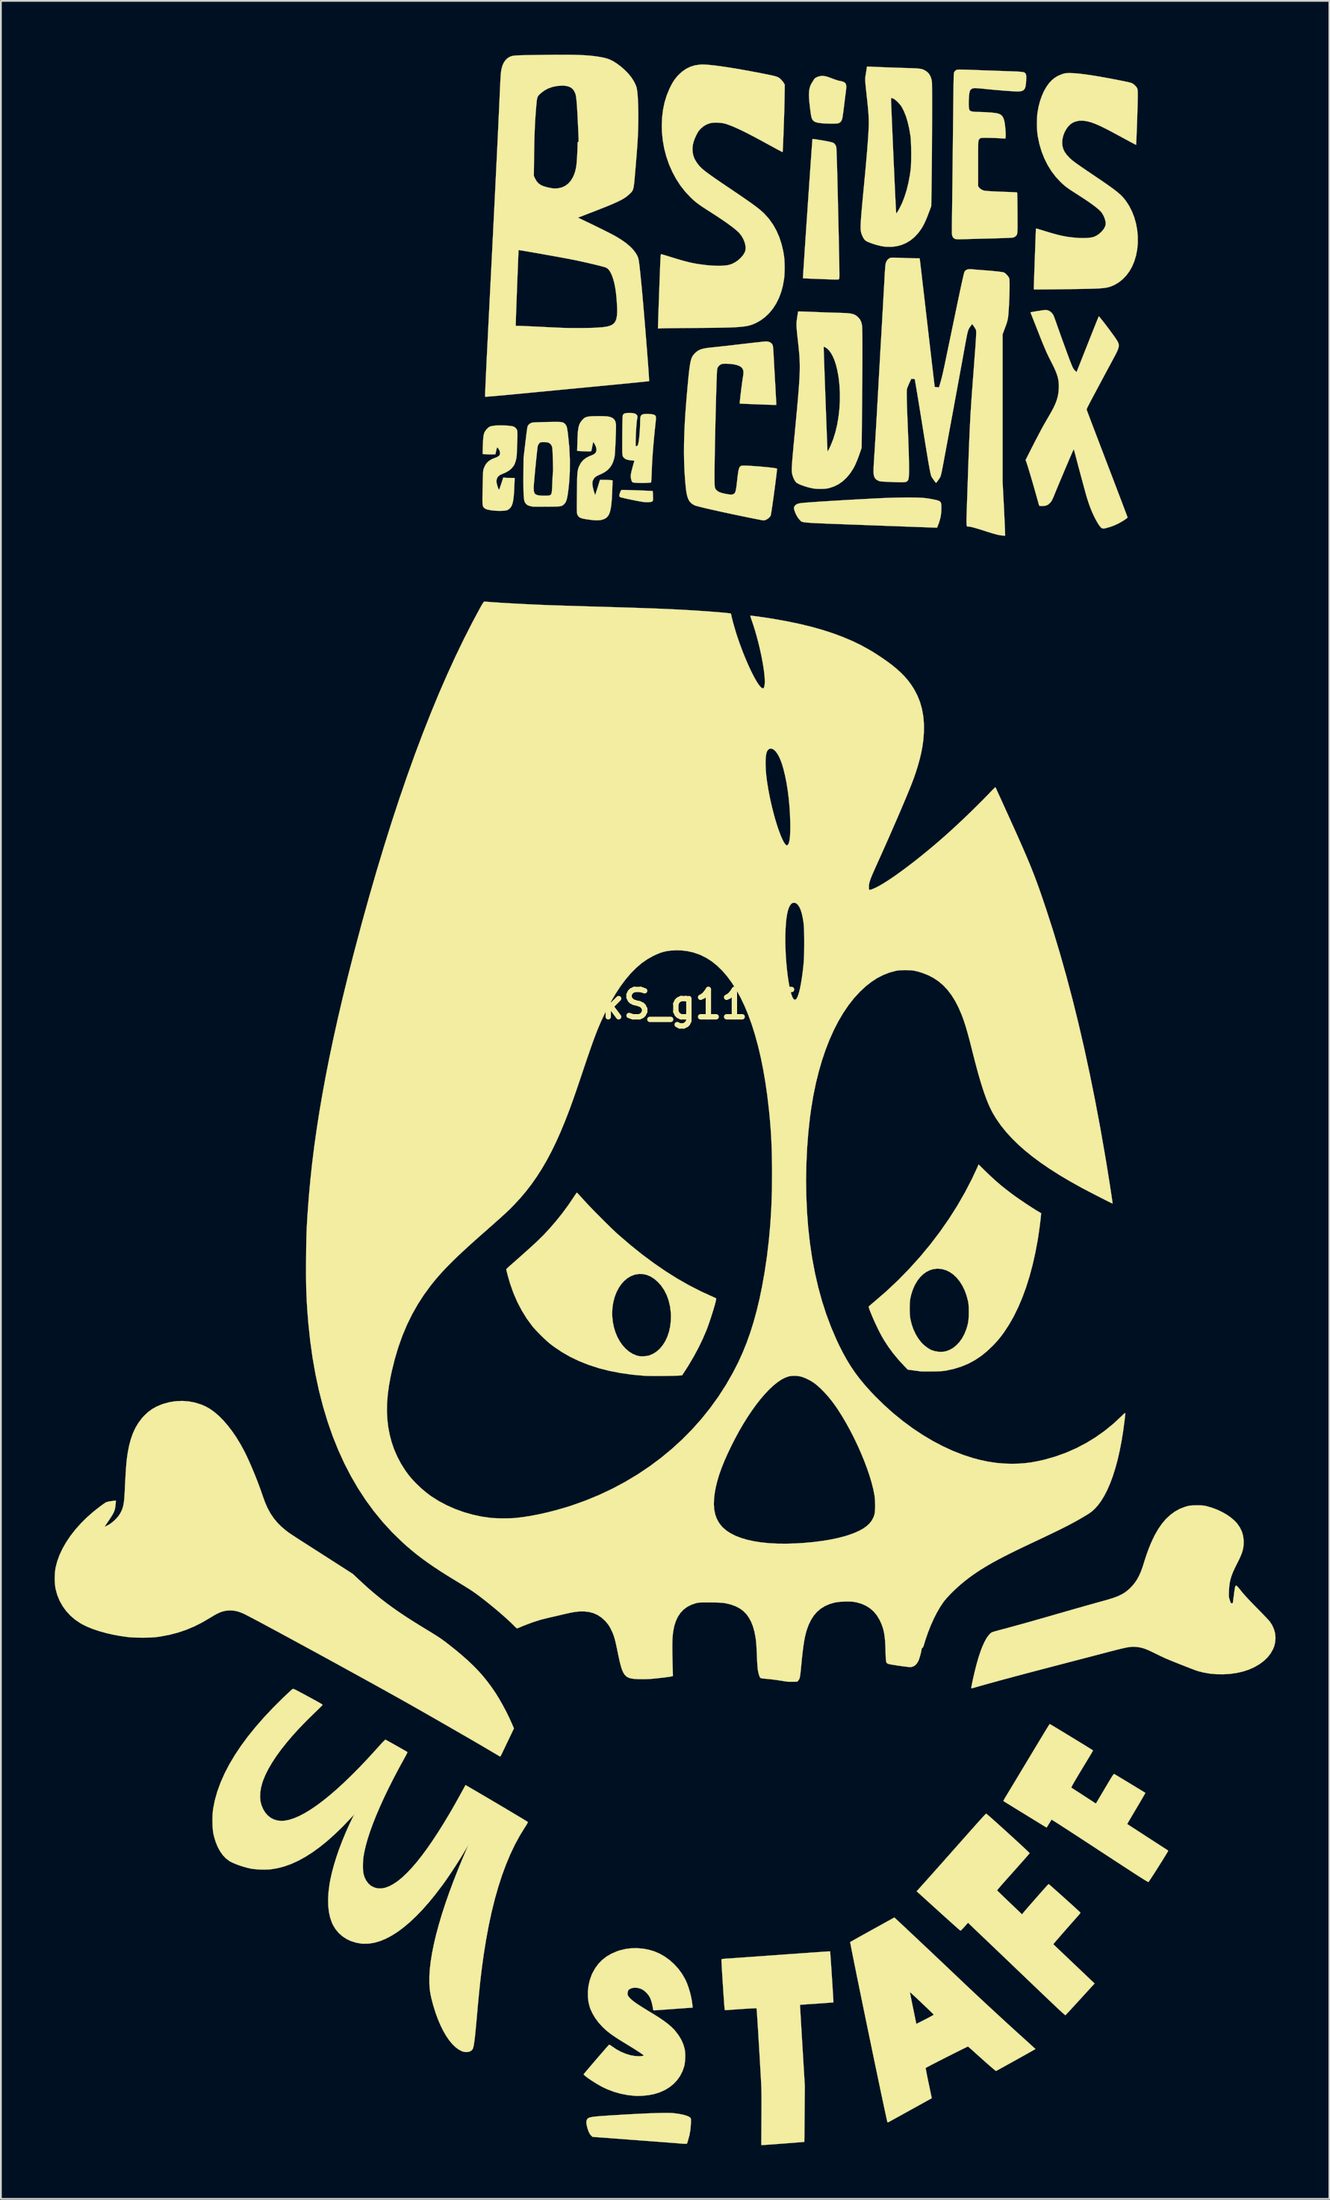
<source format=kicad_pcb>
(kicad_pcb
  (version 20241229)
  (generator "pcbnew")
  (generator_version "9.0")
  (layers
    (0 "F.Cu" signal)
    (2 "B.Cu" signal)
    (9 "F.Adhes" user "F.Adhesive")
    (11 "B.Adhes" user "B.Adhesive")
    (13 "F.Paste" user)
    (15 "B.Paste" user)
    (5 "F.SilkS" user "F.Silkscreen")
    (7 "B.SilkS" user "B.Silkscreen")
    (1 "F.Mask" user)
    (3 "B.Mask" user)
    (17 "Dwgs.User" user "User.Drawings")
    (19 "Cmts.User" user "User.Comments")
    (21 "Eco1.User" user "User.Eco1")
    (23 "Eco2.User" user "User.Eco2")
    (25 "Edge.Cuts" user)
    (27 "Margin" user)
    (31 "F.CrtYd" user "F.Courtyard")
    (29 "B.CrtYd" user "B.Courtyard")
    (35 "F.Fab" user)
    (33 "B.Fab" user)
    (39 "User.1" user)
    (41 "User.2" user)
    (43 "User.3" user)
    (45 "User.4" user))
  (footprint "F.SilkS_g1186"
    (layer "F.Cu")
    (at 33.541 53.001)
    (property "Reference" "F.SilkS_g1186" (at 0 0 0) (layer "F.SilkS") (effects (font (size 1.524 1.524) (thickness 0.3))))
    (attr through_hole)
    (fp_poly (pts (xy -1.824 -28.712) (xy -1.732 -28.71) (xy -1.614 -28.707) (xy -1.476 -28.704) (xy -1.323 -28.699) (xy -1.161 -28.693) (xy -0.994 -28.688) (xy -0.83 -28.681) (xy -0.672 -28.675) (xy -0.526 -28.669) (xy -0.399 -28.663) (xy -0.295 -28.658) (xy -0.219 -28.654) (xy -0.178 -28.65) (xy -0.172 -28.649) (xy -0.167 -28.623) (xy -0.161 -28.566) (xy -0.157 -28.486) (xy -0.153 -28.396) (xy -0.151 -28.303) (xy -0.151 -28.22) (xy -0.152 -28.156) (xy -0.156 -28.123) (xy -0.18 -28.08) (xy -0.234 -28.051) (xy -0.249 -28.047) (xy -0.327 -28.034) (xy -0.432 -28.028) (xy -0.552 -28.03) (xy -0.672 -28.038) (xy -0.762 -28.05) (xy -0.912 -28.077) (xy -1.071 -28.107) (xy -1.233 -28.139) (xy -1.394 -28.172) (xy -1.546 -28.204) (xy -1.685 -28.235) (xy -1.804 -28.262) (xy -1.898 -28.285) (xy -1.961 -28.303) (xy -1.986 -28.313) (xy -2.017 -28.339) (xy -2.029 -28.372) (xy -2.026 -28.428) (xy -2.024 -28.44) (xy -2.008 -28.509) (xy -1.982 -28.585) (xy -1.95 -28.654) (xy -1.92 -28.701) (xy -1.908 -28.711) (xy -1.884 -28.712) (xy -1.824 -28.712)) (stroke (width 0.01) (type solid)) (fill yes) (layer "F.SilkS"))
    (fp_poly (pts (xy 0.699 61.857) (xy 0.861 61.861) (xy 0.974 61.869) (xy 1.185 61.894) (xy 1.38 61.926) (xy 1.554 61.963) (xy 1.702 62.006) (xy 1.819 62.051) (xy 1.901 62.099) (xy 1.924 62.12) (xy 1.944 62.143) (xy 1.957 62.167) (xy 1.965 62.198) (xy 1.968 62.246) (xy 1.968 62.316) (xy 1.964 62.418) (xy 1.962 62.483) (xy 1.936 62.797) (xy 1.884 63.094) (xy 1.803 63.391) (xy 1.744 63.574) (xy 1.64 63.578) (xy 1.574 63.579) (xy 1.526 63.577) (xy 1.513 63.575) (xy 1.49 63.572) (xy 1.427 63.567) (xy 1.327 63.559) (xy 1.193 63.548) (xy 1.027 63.535) (xy 0.831 63.52) (xy 0.61 63.503) (xy 0.364 63.484) (xy 0.097 63.464) (xy -0.188 63.442) (xy -0.49 63.42) (xy -0.804 63.396) (xy -1.016 63.38) (xy -3.524 63.193) (xy -3.589 63.136) (xy -3.67 63.041) (xy -3.742 62.905) (xy -3.803 62.73) (xy -3.822 62.662) (xy -3.852 62.531) (xy -3.868 62.432) (xy -3.87 62.354) (xy -3.859 62.289) (xy -3.838 62.236) (xy -3.82 62.203) (xy -3.796 62.174) (xy -3.764 62.149) (xy -3.721 62.127) (xy -3.662 62.108) (xy -3.586 62.091) (xy -3.488 62.075) (xy -3.366 62.06) (xy -3.217 62.046) (xy -3.036 62.031) (xy -2.822 62.016) (xy -2.571 61.999) (xy -2.392 61.988) (xy -1.917 61.959) (xy -1.473 61.933) (xy -1.059 61.911) (xy -0.678 61.893) (xy -0.33 61.878) (xy -0.017 61.867) (xy 0.259 61.86) (xy 0.499 61.857) (xy 0.699 61.857)) (stroke (width 0.01) (type solid)) (fill yes) (layer "F.SilkS"))
    (fp_poly (pts (xy 9.406 -51.807) (xy 9.498 -51.789) (xy 9.606 -51.758) (xy 9.737 -51.712) (xy 9.861 -51.665) (xy 9.973 -51.623) (xy 10.084 -51.586) (xy 10.181 -51.556) (xy 10.252 -51.539) (xy 10.253 -51.539) (xy 10.382 -51.512) (xy 10.481 -51.48) (xy 10.553 -51.439) (xy 10.6 -51.383) (xy 10.626 -51.307) (xy 10.634 -51.205) (xy 10.626 -51.073) (xy 10.606 -50.906) (xy 10.591 -50.795) (xy 10.573 -50.652) (xy 10.552 -50.489) (xy 10.531 -50.315) (xy 10.51 -50.142) (xy 10.5 -50.059) (xy 10.481 -49.906) (xy 10.461 -49.761) (xy 10.442 -49.631) (xy 10.426 -49.524) (xy 10.412 -49.447) (xy 10.404 -49.412) (xy 10.355 -49.297) (xy 10.284 -49.218) (xy 10.189 -49.172) (xy 10.189 -49.172) (xy 10.132 -49.163) (xy 10.04 -49.157) (xy 9.922 -49.153) (xy 9.785 -49.153) (xy 9.637 -49.155) (xy 9.487 -49.16) (xy 9.342 -49.168) (xy 9.297 -49.172) (xy 9.127 -49.189) (xy 8.994 -49.215) (xy 8.892 -49.25) (xy 8.815 -49.297) (xy 8.758 -49.358) (xy 8.732 -49.401) (xy 8.714 -49.442) (xy 8.697 -49.492) (xy 8.681 -49.556) (xy 8.666 -49.639) (xy 8.649 -49.747) (xy 8.63 -49.885) (xy 8.608 -50.059) (xy 8.602 -50.107) (xy 8.574 -50.366) (xy 8.557 -50.589) (xy 8.552 -50.781) (xy 8.56 -50.946) (xy 8.58 -51.09) (xy 8.613 -51.217) (xy 8.66 -51.332) (xy 8.721 -51.44) (xy 8.735 -51.462) (xy 8.78 -51.531) (xy 8.819 -51.595) (xy 8.839 -51.629) (xy 8.886 -51.682) (xy 8.964 -51.732) (xy 9.063 -51.774) (xy 9.172 -51.802) (xy 9.237 -51.811) (xy 9.321 -51.813) (xy 9.406 -51.807)) (stroke (width 0.01) (type solid)) (fill yes) (layer "F.SilkS"))
    (fp_poly (pts (xy 14.227 -28.288) (xy 14.438 -28.286) (xy 14.619 -28.282) (xy 14.777 -28.276) (xy 14.917 -28.267) (xy 15.047 -28.255) (xy 15.172 -28.239) (xy 15.299 -28.218) (xy 15.434 -28.193) (xy 15.491 -28.182) (xy 15.639 -28.151) (xy 15.751 -28.121) (xy 15.831 -28.087) (xy 15.885 -28.045) (xy 15.918 -27.987) (xy 15.935 -27.909) (xy 15.94 -27.806) (xy 15.941 -27.71) (xy 15.933 -27.48) (xy 15.91 -27.276) (xy 15.868 -27.08) (xy 15.806 -26.878) (xy 15.768 -26.776) (xy 15.703 -26.607) (xy 15.572 -26.609) (xy 15.537 -26.61) (xy 15.462 -26.613) (xy 15.349 -26.617) (xy 15.2 -26.622) (xy 15.019 -26.629) (xy 14.807 -26.636) (xy 14.566 -26.645) (xy 14.298 -26.655) (xy 14.007 -26.666) (xy 13.694 -26.677) (xy 13.361 -26.69) (xy 13.011 -26.702) (xy 12.646 -26.716) (xy 12.269 -26.73) (xy 11.881 -26.744) (xy 11.853 -26.745) (xy 11.391 -26.763) (xy 10.969 -26.778) (xy 10.586 -26.792) (xy 10.24 -26.805) (xy 9.928 -26.817) (xy 9.648 -26.828) (xy 9.4 -26.838) (xy 9.18 -26.847) (xy 8.988 -26.856) (xy 8.82 -26.864) (xy 8.676 -26.873) (xy 8.553 -26.881) (xy 8.449 -26.889) (xy 8.363 -26.898) (xy 8.293 -26.907) (xy 8.236 -26.917) (xy 8.19 -26.927) (xy 8.155 -26.939) (xy 8.127 -26.951) (xy 8.106 -26.965) (xy 8.088 -26.98) (xy 8.073 -26.996) (xy 8.058 -27.015) (xy 8.041 -27.035) (xy 8.021 -27.057) (xy 8.02 -27.057) (xy 7.94 -27.156) (xy 7.862 -27.284) (xy 7.793 -27.428) (xy 7.74 -27.574) (xy 7.737 -27.584) (xy 7.718 -27.656) (xy 7.714 -27.705) (xy 7.722 -27.749) (xy 7.734 -27.779) (xy 7.791 -27.86) (xy 7.884 -27.921) (xy 8.009 -27.961) (xy 8.075 -27.971) (xy 8.183 -27.984) (xy 8.332 -27.998) (xy 8.522 -28.013) (xy 8.752 -28.03) (xy 9.021 -28.049) (xy 9.328 -28.069) (xy 9.674 -28.091) (xy 10.057 -28.114) (xy 10.477 -28.139) (xy 10.933 -28.165) (xy 11.425 -28.192) (xy 11.952 -28.22) (xy 12.118 -28.229) (xy 12.508 -28.249) (xy 12.865 -28.264) (xy 13.194 -28.275) (xy 13.506 -28.283) (xy 13.806 -28.287) (xy 13.981 -28.288) (xy 14.227 -28.288)) (stroke (width 0.01) (type solid)) (fill yes) (layer "F.SilkS"))
    (fp_poly (pts (xy 8.831 -48.289) (xy 8.918 -48.277) (xy 9.026 -48.261) (xy 9.148 -48.241) (xy 9.278 -48.22) (xy 9.408 -48.197) (xy 9.532 -48.174) (xy 9.643 -48.152) (xy 9.735 -48.132) (xy 9.741 -48.131) (xy 9.836 -48.107) (xy 9.9 -48.084) (xy 9.945 -48.057) (xy 9.984 -48.021) (xy 9.989 -48.015) (xy 10.034 -47.95) (xy 10.068 -47.879) (xy 10.073 -47.863) (xy 10.077 -47.835) (xy 10.082 -47.78) (xy 10.087 -47.697) (xy 10.092 -47.585) (xy 10.097 -47.442) (xy 10.103 -47.269) (xy 10.11 -47.064) (xy 10.117 -46.826) (xy 10.125 -46.555) (xy 10.133 -46.248) (xy 10.141 -45.905) (xy 10.151 -45.526) (xy 10.161 -45.109) (xy 10.171 -44.652) (xy 10.183 -44.157) (xy 10.195 -43.62) (xy 10.202 -43.286) (xy 10.211 -42.886) (xy 10.219 -42.527) (xy 10.225 -42.206) (xy 10.231 -41.92) (xy 10.237 -41.669) (xy 10.241 -41.448) (xy 10.244 -41.258) (xy 10.247 -41.094) (xy 10.248 -40.956) (xy 10.25 -40.841) (xy 10.25 -40.747) (xy 10.25 -40.671) (xy 10.249 -40.612) (xy 10.247 -40.567) (xy 10.245 -40.535) (xy 10.242 -40.513) (xy 10.238 -40.498) (xy 10.238 -40.497) (xy 10.233 -40.485) (xy 10.227 -40.475) (xy 10.216 -40.467) (xy 10.196 -40.461) (xy 10.164 -40.456) (xy 10.117 -40.454) (xy 10.052 -40.453) (xy 9.965 -40.454) (xy 9.853 -40.457) (xy 9.713 -40.461) (xy 9.541 -40.467) (xy 9.334 -40.475) (xy 9.089 -40.485) (xy 9.028 -40.487) (xy 8.848 -40.494) (xy 8.681 -40.501) (xy 8.533 -40.507) (xy 8.408 -40.513) (xy 8.311 -40.517) (xy 8.246 -40.521) (xy 8.218 -40.523) (xy 8.217 -40.523) (xy 8.218 -40.545) (xy 8.221 -40.606) (xy 8.227 -40.705) (xy 8.235 -40.838) (xy 8.245 -41.003) (xy 8.258 -41.197) (xy 8.272 -41.419) (xy 8.289 -41.665) (xy 8.306 -41.932) (xy 8.325 -42.219) (xy 8.346 -42.523) (xy 8.367 -42.841) (xy 8.389 -43.171) (xy 8.412 -43.51) (xy 8.436 -43.855) (xy 8.46 -44.205) (xy 8.483 -44.555) (xy 8.507 -44.905) (xy 8.531 -45.252) (xy 8.555 -45.592) (xy 8.577 -45.923) (xy 8.6 -46.243) (xy 8.621 -46.549) (xy 8.641 -46.839) (xy 8.66 -47.11) (xy 8.678 -47.36) (xy 8.694 -47.586) (xy 8.708 -47.785) (xy 8.721 -47.955) (xy 8.731 -48.093) (xy 8.739 -48.198) (xy 8.744 -48.265) (xy 8.747 -48.293) (xy 8.748 -48.294) (xy 8.772 -48.295) (xy 8.831 -48.289)) (stroke (width 0.01) (type solid)) (fill yes) (layer "F.SilkS"))
    (fp_poly (pts (xy -1.46 -33.008) (xy -1.311 -33.002) (xy -1.197 -32.982) (xy -1.114 -32.947) (xy -1.057 -32.896) (xy -1.039 -32.869) (xy -1.025 -32.837) (xy -1.019 -32.801) (xy -1.022 -32.75) (xy -1.035 -32.673) (xy -1.044 -32.626) (xy -1.055 -32.546) (xy -1.067 -32.431) (xy -1.079 -32.29) (xy -1.09 -32.13) (xy -1.101 -31.958) (xy -1.109 -31.783) (xy -1.116 -31.612) (xy -1.12 -31.452) (xy -1.122 -31.331) (xy -1.122 -31.155) (xy -1.064 -31.161) (xy -1.032 -31.168) (xy -1.01 -31.188) (xy -0.992 -31.228) (xy -0.972 -31.298) (xy -0.968 -31.316) (xy -0.95 -31.404) (xy -0.933 -31.526) (xy -0.916 -31.673) (xy -0.901 -31.838) (xy -0.888 -32.012) (xy -0.877 -32.186) (xy -0.871 -32.353) (xy -0.868 -32.501) (xy -0.866 -32.642) (xy -0.857 -32.747) (xy -0.839 -32.823) (xy -0.809 -32.875) (xy -0.766 -32.909) (xy -0.707 -32.933) (xy -0.694 -32.937) (xy -0.617 -32.949) (xy -0.515 -32.954) (xy -0.399 -32.952) (xy -0.284 -32.943) (xy -0.183 -32.93) (xy -0.108 -32.911) (xy -0.101 -32.908) (xy -0.053 -32.884) (xy -0.02 -32.857) (xy 0.001 -32.818) (xy 0.011 -32.762) (xy 0.011 -32.681) (xy 0.003 -32.571) (xy -0.009 -32.456) (xy -0.052 -32.053) (xy -0.091 -31.659) (xy -0.125 -31.281) (xy -0.155 -30.922) (xy -0.179 -30.589) (xy -0.198 -30.287) (xy -0.211 -30.02) (xy -0.212 -29.977) (xy -0.218 -29.812) (xy -0.224 -29.656) (xy -0.23 -29.514) (xy -0.236 -29.394) (xy -0.241 -29.302) (xy -0.245 -29.245) (xy -0.246 -29.238) (xy -0.257 -29.128) (xy -0.345 -29.117) (xy -0.492 -29.104) (xy -0.672 -29.099) (xy -0.876 -29.1) (xy -1.008 -29.104) (xy -1.142 -29.112) (xy -1.235 -29.123) (xy -1.289 -29.138) (xy -1.299 -29.144) (xy -1.336 -29.196) (xy -1.365 -29.279) (xy -1.385 -29.379) (xy -1.392 -29.487) (xy -1.389 -29.547) (xy -1.378 -29.619) (xy -1.357 -29.722) (xy -1.326 -29.848) (xy -1.29 -29.987) (xy -1.25 -30.131) (xy -1.209 -30.27) (xy -1.198 -30.305) (xy -1.194 -30.326) (xy -1.207 -30.34) (xy -1.242 -30.349) (xy -1.308 -30.357) (xy -1.349 -30.361) (xy -1.484 -30.376) (xy -1.587 -30.397) (xy -1.665 -30.426) (xy -1.728 -30.466) (xy -1.736 -30.473) (xy -1.765 -30.498) (xy -1.79 -30.52) (xy -1.811 -30.545) (xy -1.828 -30.574) (xy -1.841 -30.613) (xy -1.851 -30.664) (xy -1.859 -30.732) (xy -1.864 -30.819) (xy -1.867 -30.93) (xy -1.868 -31.068) (xy -1.868 -31.237) (xy -1.867 -31.44) (xy -1.866 -31.681) (xy -1.866 -31.729) (xy -1.864 -31.98) (xy -1.862 -32.205) (xy -1.859 -32.402) (xy -1.855 -32.567) (xy -1.851 -32.7) (xy -1.846 -32.796) (xy -1.841 -32.853) (xy -1.839 -32.867) (xy -1.811 -32.924) (xy -1.767 -32.964) (xy -1.699 -32.99) (xy -1.603 -33.004) (xy -1.471 -33.008) (xy -1.46 -33.008)) (stroke (width 0.01) (type solid)) (fill yes) (layer "F.SilkS"))
    (fp_poly (pts (xy -8.366 -32.305) (xy -8.347 -32.304) (xy -8.188 -32.292) (xy -8.066 -32.277) (xy -7.973 -32.258) (xy -7.902 -32.231) (xy -7.847 -32.197) (xy -7.802 -32.152) (xy -7.792 -32.14) (xy -7.773 -32.115) (xy -7.757 -32.092) (xy -7.744 -32.066) (xy -7.733 -32.033) (xy -7.725 -31.992) (xy -7.72 -31.938) (xy -7.717 -31.867) (xy -7.716 -31.778) (xy -7.718 -31.666) (xy -7.721 -31.528) (xy -7.727 -31.361) (xy -7.735 -31.161) (xy -7.744 -30.925) (xy -7.755 -30.67) (xy -7.775 -30.487) (xy -7.818 -30.308) (xy -7.878 -30.147) (xy -7.928 -30.055) (xy -8.044 -29.91) (xy -8.198 -29.784) (xy -8.388 -29.676) (xy -8.545 -29.612) (xy -8.687 -29.546) (xy -8.79 -29.464) (xy -8.856 -29.364) (xy -8.885 -29.245) (xy -8.882 -29.136) (xy -8.871 -29.071) (xy -8.851 -28.993) (xy -8.827 -28.911) (xy -8.8 -28.833) (xy -8.775 -28.768) (xy -8.754 -28.727) (xy -8.741 -28.717) (xy -8.741 -28.717) (xy -8.729 -28.742) (xy -8.708 -28.8) (xy -8.678 -28.884) (xy -8.642 -28.987) (xy -8.615 -29.069) (xy -8.504 -29.405) (xy -8.427 -29.393) (xy -8.374 -29.387) (xy -8.292 -29.383) (xy -8.192 -29.38) (xy -8.11 -29.38) (xy -7.87 -29.379) (xy -7.884 -29.025) (xy -7.896 -28.752) (xy -7.91 -28.518) (xy -7.928 -28.32) (xy -7.949 -28.153) (xy -7.976 -28.015) (xy -8.009 -27.901) (xy -8.049 -27.808) (xy -8.096 -27.733) (xy -8.153 -27.672) (xy -8.22 -27.621) (xy -8.276 -27.588) (xy -8.337 -27.569) (xy -8.431 -27.555) (xy -8.551 -27.547) (xy -8.689 -27.543) (xy -8.836 -27.546) (xy -8.984 -27.554) (xy -9.124 -27.568) (xy -9.144 -27.571) (xy -9.294 -27.595) (xy -9.409 -27.621) (xy -9.494 -27.654) (xy -9.557 -27.694) (xy -9.601 -27.74) (xy -9.619 -27.765) (xy -9.634 -27.792) (xy -9.645 -27.826) (xy -9.655 -27.869) (xy -9.661 -27.926) (xy -9.666 -28) (xy -9.668 -28.095) (xy -9.669 -28.215) (xy -9.667 -28.364) (xy -9.664 -28.545) (xy -9.66 -28.762) (xy -9.656 -28.924) (xy -9.652 -29.139) (xy -9.647 -29.316) (xy -9.643 -29.459) (xy -9.639 -29.573) (xy -9.635 -29.663) (xy -9.63 -29.733) (xy -9.624 -29.788) (xy -9.616 -29.831) (xy -9.607 -29.868) (xy -9.596 -29.902) (xy -9.584 -29.936) (xy -9.51 -30.096) (xy -9.416 -30.228) (xy -9.297 -30.336) (xy -9.149 -30.426) (xy -8.965 -30.501) (xy -8.935 -30.511) (xy -8.857 -30.544) (xy -8.784 -30.586) (xy -8.755 -30.608) (xy -8.714 -30.65) (xy -8.695 -30.693) (xy -8.69 -30.754) (xy -8.69 -30.773) (xy -8.702 -30.867) (xy -8.739 -30.954) (xy -8.754 -30.98) (xy -8.792 -31.036) (xy -8.825 -31.076) (xy -8.839 -31.087) (xy -8.854 -31.072) (xy -8.873 -31.02) (xy -8.894 -30.939) (xy -8.903 -30.899) (xy -8.945 -30.702) (xy -9.124 -30.695) (xy -9.239 -30.694) (xy -9.368 -30.697) (xy -9.481 -30.703) (xy -9.658 -30.717) (xy -9.646 -31.165) (xy -9.638 -31.363) (xy -9.629 -31.524) (xy -9.618 -31.654) (xy -9.603 -31.758) (xy -9.584 -31.842) (xy -9.56 -31.911) (xy -9.543 -31.946) (xy -9.481 -32.044) (xy -9.399 -32.137) (xy -9.313 -32.211) (xy -9.269 -32.238) (xy -9.186 -32.267) (xy -9.068 -32.289) (xy -8.921 -32.305) (xy -8.751 -32.313) (xy -8.564 -32.313) (xy -8.366 -32.305)) (stroke (width 0.01) (type solid)) (fill yes) (layer "F.SilkS"))
    (fp_poly (pts (xy -5.4 -32.507) (xy -5.31 -32.501) (xy -5.24 -32.491) (xy -5.186 -32.477) (xy -5.143 -32.458) (xy -5.108 -32.434) (xy -5.075 -32.404) (xy -5.057 -32.385) (xy -5.023 -32.347) (xy -4.997 -32.307) (xy -4.975 -32.258) (xy -4.956 -32.195) (xy -4.939 -32.111) (xy -4.921 -32.001) (xy -4.902 -31.857) (xy -4.891 -31.771) (xy -4.822 -31.077) (xy -4.79 -30.403) (xy -4.793 -29.746) (xy -4.833 -29.103) (xy -4.87 -28.755) (xy -4.897 -28.555) (xy -4.922 -28.391) (xy -4.947 -28.259) (xy -4.974 -28.154) (xy -5.005 -28.071) (xy -5.04 -28.004) (xy -5.082 -27.949) (xy -5.115 -27.915) (xy -5.151 -27.881) (xy -5.186 -27.854) (xy -5.224 -27.832) (xy -5.269 -27.815) (xy -5.326 -27.802) (xy -5.4 -27.793) (xy -5.495 -27.786) (xy -5.615 -27.782) (xy -5.766 -27.78) (xy -5.951 -27.778) (xy -6.096 -27.777) (xy -6.271 -27.776) (xy -6.432 -27.776) (xy -6.576 -27.776) (xy -6.696 -27.776) (xy -6.788 -27.777) (xy -6.847 -27.779) (xy -6.869 -27.78) (xy -6.9 -27.788) (xy -6.958 -27.801) (xy -7.012 -27.812) (xy -7.136 -27.854) (xy -7.232 -27.925) (xy -7.305 -28.029) (xy -7.306 -28.031) (xy -7.325 -28.084) (xy -7.342 -28.16) (xy -7.355 -28.264) (xy -7.366 -28.396) (xy -7.374 -28.558) (xy -7.38 -28.75) (xy -6.808 -28.75) (xy -6.799 -28.639) (xy -6.776 -28.555) (xy -6.737 -28.494) (xy -6.681 -28.452) (xy -6.607 -28.424) (xy -6.529 -28.407) (xy -6.445 -28.397) (xy -6.343 -28.391) (xy -6.232 -28.388) (xy -6.123 -28.388) (xy -6.026 -28.392) (xy -5.953 -28.4) (xy -5.917 -28.409) (xy -5.882 -28.427) (xy -5.854 -28.448) (xy -5.832 -28.477) (xy -5.815 -28.519) (xy -5.802 -28.58) (xy -5.792 -28.662) (xy -5.784 -28.772) (xy -5.777 -28.915) (xy -5.769 -29.094) (xy -5.769 -29.115) (xy -5.762 -29.267) (xy -5.756 -29.405) (xy -5.749 -29.524) (xy -5.743 -29.618) (xy -5.738 -29.681) (xy -5.733 -29.707) (xy -5.733 -29.707) (xy -5.73 -29.733) (xy -5.729 -29.795) (xy -5.729 -29.887) (xy -5.73 -30.002) (xy -5.733 -30.134) (xy -5.736 -30.278) (xy -5.74 -30.426) (xy -5.745 -30.573) (xy -5.75 -30.711) (xy -5.755 -30.836) (xy -5.76 -30.941) (xy -5.765 -31.019) (xy -5.769 -31.057) (xy -5.804 -31.178) (xy -5.871 -31.274) (xy -5.959 -31.337) (xy -6.014 -31.359) (xy -6.078 -31.372) (xy -6.164 -31.379) (xy -6.241 -31.38) (xy -6.333 -31.379) (xy -6.394 -31.376) (xy -6.434 -31.366) (xy -6.463 -31.349) (xy -6.491 -31.32) (xy -6.499 -31.312) (xy -6.544 -31.247) (xy -6.578 -31.175) (xy -6.582 -31.164) (xy -6.589 -31.126) (xy -6.599 -31.051) (xy -6.612 -30.944) (xy -6.627 -30.809) (xy -6.644 -30.652) (xy -6.662 -30.477) (xy -6.682 -30.289) (xy -6.701 -30.094) (xy -6.721 -29.895) (xy -6.74 -29.699) (xy -6.757 -29.509) (xy -6.773 -29.331) (xy -6.787 -29.17) (xy -6.795 -29.074) (xy -6.807 -28.894) (xy -6.808 -28.75) (xy -7.38 -28.75) (xy -7.38 -28.754) (xy -7.383 -28.986) (xy -7.384 -29.254) (xy -7.383 -29.563) (xy -7.382 -29.627) (xy -7.375 -30.491) (xy -7.275 -31.337) (xy -7.252 -31.524) (xy -7.231 -31.701) (xy -7.21 -31.861) (xy -7.192 -32) (xy -7.176 -32.113) (xy -7.164 -32.196) (xy -7.155 -32.242) (xy -7.154 -32.249) (xy -7.103 -32.34) (xy -7.021 -32.413) (xy -6.919 -32.46) (xy -6.885 -32.469) (xy -6.838 -32.474) (xy -6.754 -32.48) (xy -6.64 -32.485) (xy -6.501 -32.491) (xy -6.343 -32.496) (xy -6.173 -32.501) (xy -6.05 -32.503) (xy -5.835 -32.507) (xy -5.658 -32.51) (xy -5.514 -32.51) (xy -5.4 -32.507)) (stroke (width 0.01) (type solid)) (fill yes) (layer "F.SilkS"))
    (fp_poly (pts (xy 18.402 9.308) (xy 18.692 9.586) (xy 18.969 9.84) (xy 19.246 10.078) (xy 19.535 10.311) (xy 19.846 10.549) (xy 19.951 10.626) (xy 20.101 10.735) (xy 20.276 10.857) (xy 20.465 10.986) (xy 20.66 11.118) (xy 20.853 11.245) (xy 21.035 11.362) (xy 21.196 11.464) (xy 21.279 11.515) (xy 21.509 11.652) (xy 21.496 11.8) (xy 21.483 11.929) (xy 21.464 12.09) (xy 21.441 12.273) (xy 21.416 12.469) (xy 21.388 12.668) (xy 21.36 12.861) (xy 21.334 13.038) (xy 21.313 13.166) (xy 21.181 13.867) (xy 21.03 14.538) (xy 20.858 15.177) (xy 20.668 15.784) (xy 20.458 16.357) (xy 20.229 16.896) (xy 19.983 17.399) (xy 19.718 17.866) (xy 19.463 18.256) (xy 19.336 18.433) (xy 19.219 18.586) (xy 19.102 18.728) (xy 18.974 18.872) (xy 18.828 19.027) (xy 18.502 19.339) (xy 18.166 19.612) (xy 17.816 19.846) (xy 17.45 20.043) (xy 17.065 20.204) (xy 16.659 20.332) (xy 16.227 20.428) (xy 16.224 20.428) (xy 16.133 20.443) (xy 16.042 20.455) (xy 15.946 20.464) (xy 15.834 20.47) (xy 15.701 20.475) (xy 15.538 20.478) (xy 15.42 20.479) (xy 15.267 20.481) (xy 15.125 20.481) (xy 15 20.481) (xy 14.898 20.48) (xy 14.827 20.478) (xy 14.796 20.477) (xy 14.749 20.471) (xy 14.67 20.46) (xy 14.567 20.447) (xy 14.451 20.431) (xy 14.393 20.423) (xy 14.065 20.378) (xy 13.889 20.196) (xy 13.555 19.835) (xy 13.258 19.478) (xy 12.992 19.118) (xy 12.752 18.75) (xy 12.606 18.499) (xy 12.534 18.365) (xy 12.457 18.216) (xy 12.379 18.056) (xy 12.299 17.889) (xy 12.221 17.721) (xy 12.147 17.555) (xy 12.078 17.396) (xy 12.017 17.249) (xy 11.965 17.119) (xy 11.938 17.046) (xy 14.171 17.046) (xy 14.177 17.227) (xy 14.189 17.394) (xy 14.208 17.535) (xy 14.21 17.547) (xy 14.281 17.844) (xy 14.38 18.13) (xy 14.506 18.399) (xy 14.653 18.644) (xy 14.82 18.859) (xy 14.894 18.937) (xy 14.987 19.022) (xy 15.095 19.108) (xy 15.206 19.187) (xy 15.31 19.251) (xy 15.381 19.286) (xy 15.58 19.349) (xy 15.787 19.382) (xy 15.991 19.386) (xy 16.18 19.358) (xy 16.183 19.357) (xy 16.393 19.282) (xy 16.593 19.169) (xy 16.779 19.02) (xy 16.948 18.839) (xy 17.099 18.629) (xy 17.227 18.392) (xy 17.331 18.132) (xy 17.336 18.117) (xy 17.384 17.962) (xy 17.419 17.821) (xy 17.444 17.683) (xy 17.46 17.538) (xy 17.469 17.374) (xy 17.471 17.18) (xy 17.471 17.156) (xy 17.47 16.999) (xy 17.467 16.874) (xy 17.46 16.772) (xy 17.45 16.683) (xy 17.436 16.596) (xy 17.424 16.538) (xy 17.343 16.231) (xy 17.237 15.946) (xy 17.109 15.685) (xy 16.96 15.451) (xy 16.792 15.246) (xy 16.608 15.072) (xy 16.41 14.933) (xy 16.199 14.83) (xy 15.977 14.766) (xy 15.951 14.761) (xy 15.727 14.743) (xy 15.511 14.765) (xy 15.304 14.825) (xy 15.107 14.922) (xy 14.923 15.054) (xy 14.754 15.22) (xy 14.602 15.417) (xy 14.467 15.643) (xy 14.353 15.898) (xy 14.261 16.179) (xy 14.21 16.396) (xy 14.191 16.524) (xy 14.178 16.683) (xy 14.172 16.86) (xy 14.171 17.046) (xy 11.938 17.046) (xy 11.925 17.009) (xy 11.898 16.926) (xy 11.887 16.872) (xy 11.889 16.856) (xy 11.91 16.835) (xy 11.959 16.792) (xy 12.028 16.732) (xy 12.113 16.66) (xy 12.181 16.603) (xy 12.863 16.013) (xy 13.52 15.395) (xy 14.149 14.751) (xy 14.75 14.084) (xy 15.321 13.396) (xy 15.859 12.689) (xy 16.364 11.965) (xy 16.833 11.226) (xy 17.265 10.475) (xy 17.658 9.714) (xy 17.917 9.159) (xy 18.019 8.931) (xy 18.402 9.308)) (stroke (width 0.01) (type solid)) (fill yes) (layer "F.SilkS"))
    (fp_poly (pts (xy -3.101 -32.83) (xy -2.953 -32.828) (xy -2.82 -32.823) (xy -2.711 -32.815) (xy -2.676 -32.811) (xy -2.519 -32.777) (xy -2.397 -32.719) (xy -2.307 -32.635) (xy -2.249 -32.524) (xy -2.22 -32.384) (xy -2.217 -32.327) (xy -2.217 -32.236) (xy -2.218 -32.116) (xy -2.222 -31.972) (xy -2.226 -31.81) (xy -2.233 -31.637) (xy -2.24 -31.459) (xy -2.248 -31.282) (xy -2.256 -31.111) (xy -2.265 -30.954) (xy -2.273 -30.815) (xy -2.281 -30.701) (xy -2.289 -30.618) (xy -2.295 -30.575) (xy -2.341 -30.387) (xy -2.395 -30.231) (xy -2.463 -30.095) (xy -2.55 -29.968) (xy -2.56 -29.955) (xy -2.678 -29.83) (xy -2.823 -29.719) (xy -3.001 -29.62) (xy -3.087 -29.581) (xy -3.213 -29.524) (xy -3.306 -29.475) (xy -3.374 -29.428) (xy -3.425 -29.378) (xy -3.464 -29.319) (xy -3.485 -29.279) (xy -3.514 -29.215) (xy -3.529 -29.16) (xy -3.534 -29.098) (xy -3.53 -29.013) (xy -3.529 -29.003) (xy -3.513 -28.885) (xy -3.483 -28.747) (xy -3.449 -28.628) (xy -3.38 -28.416) (xy -3.332 -28.564) (xy -3.307 -28.643) (xy -3.273 -28.748) (xy -3.236 -28.867) (xy -3.199 -28.986) (xy -3.197 -28.993) (xy -3.11 -29.273) (xy -2.872 -29.273) (xy -2.762 -29.272) (xy -2.655 -29.268) (xy -2.565 -29.263) (xy -2.521 -29.259) (xy -2.407 -29.246) (xy -2.422 -28.799) (xy -2.434 -28.495) (xy -2.448 -28.229) (xy -2.467 -28) (xy -2.489 -27.804) (xy -2.517 -27.639) (xy -2.55 -27.5) (xy -2.59 -27.386) (xy -2.637 -27.293) (xy -2.692 -27.218) (xy -2.756 -27.158) (xy -2.829 -27.11) (xy -2.831 -27.109) (xy -2.956 -27.057) (xy -3.102 -27.026) (xy -3.275 -27.015) (xy -3.471 -27.024) (xy -3.529 -27.03) (xy -3.616 -27.041) (xy -3.723 -27.055) (xy -3.837 -27.071) (xy -3.849 -27.072) (xy -4.004 -27.098) (xy -4.122 -27.126) (xy -4.211 -27.16) (xy -4.277 -27.203) (xy -4.327 -27.257) (xy -4.36 -27.315) (xy -4.37 -27.337) (xy -4.379 -27.359) (xy -4.386 -27.384) (xy -4.392 -27.417) (xy -4.396 -27.461) (xy -4.399 -27.52) (xy -4.401 -27.597) (xy -4.402 -27.697) (xy -4.402 -27.822) (xy -4.401 -27.976) (xy -4.399 -28.164) (xy -4.397 -28.388) (xy -4.396 -28.517) (xy -4.393 -28.783) (xy -4.39 -29.011) (xy -4.387 -29.204) (xy -4.383 -29.366) (xy -4.377 -29.502) (xy -4.37 -29.615) (xy -4.361 -29.71) (xy -4.349 -29.789) (xy -4.335 -29.857) (xy -4.317 -29.918) (xy -4.297 -29.975) (xy -4.272 -30.033) (xy -4.252 -30.077) (xy -4.159 -30.242) (xy -4.04 -30.379) (xy -3.893 -30.493) (xy -3.712 -30.588) (xy -3.634 -30.619) (xy -3.551 -30.653) (xy -3.477 -30.688) (xy -3.426 -30.716) (xy -3.423 -30.718) (xy -3.349 -30.793) (xy -3.31 -30.89) (xy -3.308 -31.004) (xy -3.341 -31.132) (xy -3.364 -31.184) (xy -3.395 -31.245) (xy -3.429 -31.305) (xy -3.46 -31.354) (xy -3.483 -31.385) (xy -3.492 -31.388) (xy -3.493 -31.387) (xy -3.496 -31.362) (xy -3.507 -31.306) (xy -3.522 -31.23) (xy -3.539 -31.142) (xy -3.557 -31.055) (xy -3.573 -30.978) (xy -3.585 -30.921) (xy -3.588 -30.909) (xy -3.597 -30.884) (xy -3.617 -30.87) (xy -3.657 -30.863) (xy -3.727 -30.861) (xy -3.752 -30.861) (xy -3.84 -30.862) (xy -3.953 -30.866) (xy -4.073 -30.871) (xy -4.144 -30.875) (xy -4.384 -30.889) (xy -4.37 -31.388) (xy -4.362 -31.628) (xy -4.352 -31.829) (xy -4.338 -31.999) (xy -4.319 -32.14) (xy -4.294 -32.258) (xy -4.262 -32.357) (xy -4.223 -32.444) (xy -4.174 -32.521) (xy -4.115 -32.594) (xy -4.089 -32.622) (xy -4.018 -32.694) (xy -3.954 -32.742) (xy -3.884 -32.774) (xy -3.794 -32.797) (xy -3.736 -32.807) (xy -3.655 -32.817) (xy -3.542 -32.824) (xy -3.405 -32.828) (xy -3.255 -32.83) (xy -3.101 -32.83)) (stroke (width 0.01) (type solid)) (fill yes) (layer "F.SilkS"))
    (fp_poly (pts (xy 9.731 52.841) (xy 9.734 52.863) (xy 9.739 52.923) (xy 9.746 53.016) (xy 9.755 53.14) (xy 9.766 53.288) (xy 9.778 53.458) (xy 9.79 53.645) (xy 9.804 53.844) (xy 9.817 54.052) (xy 9.831 54.264) (xy 9.845 54.476) (xy 9.858 54.683) (xy 9.871 54.883) (xy 9.882 55.069) (xy 9.893 55.239) (xy 9.902 55.388) (xy 9.909 55.511) (xy 9.914 55.605) (xy 9.916 55.665) (xy 9.916 55.686) (xy 9.916 55.686) (xy 9.894 55.69) (xy 9.833 55.696) (xy 9.739 55.704) (xy 9.616 55.713) (xy 9.468 55.724) (xy 9.299 55.737) (xy 9.114 55.75) (xy 8.98 55.759) (xy 8.787 55.772) (xy 8.607 55.784) (xy 8.445 55.795) (xy 8.305 55.805) (xy 8.192 55.813) (xy 8.109 55.819) (xy 8.062 55.823) (xy 8.051 55.824) (xy 8.052 55.845) (xy 8.055 55.906) (xy 8.061 56.003) (xy 8.069 56.135) (xy 8.078 56.297) (xy 8.089 56.489) (xy 8.102 56.706) (xy 8.116 56.946) (xy 8.132 57.207) (xy 8.148 57.485) (xy 8.166 57.778) (xy 8.184 58.083) (xy 8.185 58.092) (xy 8.321 60.357) (xy 8.308 61.911) (xy 8.306 62.164) (xy 8.304 62.404) (xy 8.302 62.628) (xy 8.3 62.833) (xy 8.298 63.015) (xy 8.296 63.171) (xy 8.294 63.298) (xy 8.293 63.393) (xy 8.292 63.452) (xy 8.29 63.472) (xy 8.269 63.474) (xy 8.21 63.48) (xy 8.117 63.488) (xy 7.997 63.498) (xy 7.853 63.509) (xy 7.691 63.522) (xy 7.514 63.536) (xy 7.327 63.551) (xy 7.136 63.565) (xy 6.945 63.58) (xy 6.758 63.594) (xy 6.58 63.607) (xy 6.417 63.619) (xy 6.272 63.629) (xy 6.15 63.638) (xy 6.056 63.644) (xy 5.994 63.647) (xy 5.973 63.648) (xy 5.892 63.648) (xy 5.901 62.129) (xy 5.903 61.834) (xy 5.904 61.576) (xy 5.905 61.35) (xy 5.905 61.151) (xy 5.904 60.976) (xy 5.903 60.817) (xy 5.901 60.671) (xy 5.897 60.533) (xy 5.893 60.397) (xy 5.887 60.258) (xy 5.88 60.113) (xy 5.872 59.954) (xy 5.862 59.779) (xy 5.853 59.627) (xy 5.824 59.119) (xy 5.797 58.649) (xy 5.771 58.215) (xy 5.747 57.819) (xy 5.726 57.461) (xy 5.706 57.141) (xy 5.688 56.861) (xy 5.673 56.619) (xy 5.659 56.418) (xy 5.648 56.257) (xy 5.639 56.136) (xy 5.631 56.057) (xy 5.627 56.019) (xy 5.625 56.016) (xy 5.602 56.015) (xy 5.541 56.016) (xy 5.446 56.02) (xy 5.323 56.026) (xy 5.175 56.035) (xy 5.008 56.045) (xy 4.825 56.057) (xy 4.737 56.063) (xy 3.863 56.125) (xy 3.847 56.05) (xy 3.843 56.014) (xy 3.836 55.94) (xy 3.827 55.835) (xy 3.817 55.701) (xy 3.806 55.544) (xy 3.793 55.368) (xy 3.78 55.176) (xy 3.767 54.974) (xy 3.753 54.766) (xy 3.739 54.555) (xy 3.726 54.347) (xy 3.713 54.146) (xy 3.702 53.956) (xy 3.691 53.781) (xy 3.683 53.626) (xy 3.676 53.496) (xy 3.671 53.393) (xy 3.668 53.324) (xy 3.668 53.291) (xy 3.668 53.29) (xy 3.689 53.276) (xy 3.743 53.264) (xy 3.832 53.254) (xy 3.93 53.247) (xy 3.99 53.243) (xy 4.088 53.237) (xy 4.222 53.228) (xy 4.386 53.216) (xy 4.578 53.203) (xy 4.794 53.188) (xy 5.029 53.171) (xy 5.281 53.153) (xy 5.546 53.134) (xy 5.819 53.115) (xy 5.948 53.106) (xy 6.426 53.071) (xy 6.863 53.04) (xy 7.262 53.011) (xy 7.624 52.986) (xy 7.95 52.962) (xy 8.242 52.941) (xy 8.502 52.923) (xy 8.732 52.907) (xy 8.933 52.893) (xy 9.106 52.88) (xy 9.255 52.87) (xy 9.38 52.861) (xy 9.483 52.855) (xy 9.565 52.849) (xy 9.629 52.845) (xy 9.676 52.842) (xy 9.707 52.841) (xy 9.725 52.84) (xy 9.731 52.841)) (stroke (width 0.01) (type solid)) (fill yes) (layer "F.SilkS"))
    (fp_poly (pts (xy -4.382 10.514) (xy -4.341 10.557) (xy -4.28 10.622) (xy -4.202 10.706) (xy -4.112 10.805) (xy -4.041 10.885) (xy -3.923 11.014) (xy -3.781 11.166) (xy -3.62 11.335) (xy -3.445 11.516) (xy -3.26 11.705) (xy -3.069 11.897) (xy -2.879 12.087) (xy -2.693 12.27) (xy -2.517 12.443) (xy -2.354 12.599) (xy -2.21 12.735) (xy -2.089 12.845) (xy -2.074 12.858) (xy -1.411 13.427) (xy -0.753 13.955) (xy -0.098 14.442) (xy 0.554 14.89) (xy 1.206 15.3) (xy 1.858 15.671) (xy 2.512 16.006) (xy 3.027 16.243) (xy 3.137 16.292) (xy 3.233 16.335) (xy 3.309 16.371) (xy 3.358 16.395) (xy 3.373 16.404) (xy 3.375 16.432) (xy 3.365 16.495) (xy 3.344 16.589) (xy 3.313 16.709) (xy 3.273 16.85) (xy 3.227 17.007) (xy 3.175 17.177) (xy 3.119 17.353) (xy 3.061 17.532) (xy 3.002 17.709) (xy 2.942 17.88) (xy 2.885 18.038) (xy 2.83 18.181) (xy 2.826 18.193) (xy 2.62 18.674) (xy 2.38 19.169) (xy 2.109 19.671) (xy 1.811 20.173) (xy 1.634 20.45) (xy 1.473 20.696) (xy 1.313 20.709) (xy 1.229 20.714) (xy 1.109 20.719) (xy 0.96 20.723) (xy 0.788 20.726) (xy 0.601 20.729) (xy 0.405 20.731) (xy 0.207 20.732) (xy 0.013 20.732) (xy -0.169 20.732) (xy -0.334 20.73) (xy -0.475 20.728) (xy -0.585 20.725) (xy -0.635 20.722) (xy -1.314 20.66) (xy -1.962 20.569) (xy -2.58 20.449) (xy -3.169 20.299) (xy -3.728 20.119) (xy -4.258 19.91) (xy -4.759 19.671) (xy -5.232 19.401) (xy -5.677 19.102) (xy -5.888 18.942) (xy -5.999 18.849) (xy -6.129 18.732) (xy -6.271 18.599) (xy -6.417 18.456) (xy -6.56 18.311) (xy -6.692 18.172) (xy -6.806 18.047) (xy -6.888 17.949) (xy -7.196 17.53) (xy -7.422 17.164) (xy -2.43 17.164) (xy -2.427 17.388) (xy -2.396 17.701) (xy -2.337 18.002) (xy -2.251 18.286) (xy -2.141 18.552) (xy -2.008 18.796) (xy -1.855 19.015) (xy -1.683 19.207) (xy -1.495 19.368) (xy -1.292 19.496) (xy -1.077 19.587) (xy -0.946 19.622) (xy -0.837 19.635) (xy -0.705 19.635) (xy -0.564 19.625) (xy -0.433 19.605) (xy -0.339 19.58) (xy -0.125 19.485) (xy 0.071 19.354) (xy 0.249 19.19) (xy 0.406 18.995) (xy 0.543 18.773) (xy 0.656 18.526) (xy 0.745 18.257) (xy 0.808 17.969) (xy 0.843 17.666) (xy 0.85 17.35) (xy 0.843 17.198) (xy 0.801 16.855) (xy 0.726 16.53) (xy 0.618 16.227) (xy 0.478 15.949) (xy 0.307 15.696) (xy 0.118 15.483) (xy -0.081 15.312) (xy -0.286 15.182) (xy -0.496 15.093) (xy -0.712 15.045) (xy -0.932 15.04) (xy -1.156 15.076) (xy -1.185 15.084) (xy -1.392 15.164) (xy -1.585 15.28) (xy -1.763 15.431) (xy -1.924 15.612) (xy -2.066 15.821) (xy -2.187 16.055) (xy -2.286 16.309) (xy -2.36 16.581) (xy -2.409 16.867) (xy -2.43 17.164) (xy -7.422 17.164) (xy -7.474 17.08) (xy -7.724 16.602) (xy -7.942 16.098) (xy -8.129 15.569) (xy -8.254 15.134) (xy -8.283 15.021) (xy -8.308 14.922) (xy -8.327 14.844) (xy -8.338 14.795) (xy -8.34 14.782) (xy -8.324 14.76) (xy -8.283 14.717) (xy -8.22 14.657) (xy -8.143 14.587) (xy -8.112 14.56) (xy -7.917 14.389) (xy -7.716 14.212) (xy -7.514 14.033) (xy -7.317 13.857) (xy -7.129 13.688) (xy -6.955 13.531) (xy -6.802 13.391) (xy -6.672 13.272) (xy -6.625 13.227) (xy -6.264 12.872) (xy -5.903 12.484) (xy -5.548 12.072) (xy -5.208 11.646) (xy -4.889 11.214) (xy -4.633 10.838) (xy -4.564 10.733) (xy -4.502 10.641) (xy -4.452 10.567) (xy -4.416 10.519) (xy -4.4 10.5) (xy -4.4 10.5) (xy -4.382 10.514)) (stroke (width 0.01) (type solid)) (fill yes) (layer "F.SilkS"))
    (fp_poly (pts (xy 8.085 -38.671) (xy 8.14 -38.67) (xy 8.232 -38.667) (xy 8.352 -38.663) (xy 8.496 -38.657) (xy 8.657 -38.651) (xy 8.827 -38.644) (xy 8.905 -38.64) (xy 9.11 -38.631) (xy 9.335 -38.623) (xy 9.567 -38.614) (xy 9.796 -38.607) (xy 10.006 -38.601) (xy 10.175 -38.596) (xy 10.399 -38.59) (xy 10.584 -38.582) (xy 10.738 -38.571) (xy 10.864 -38.555) (xy 10.969 -38.534) (xy 11.056 -38.507) (xy 11.131 -38.473) (xy 11.198 -38.43) (xy 11.264 -38.377) (xy 11.294 -38.35) (xy 11.399 -38.225) (xy 11.472 -38.073) (xy 11.513 -37.892) (xy 11.514 -37.888) (xy 11.519 -37.824) (xy 11.524 -37.719) (xy 11.527 -37.573) (xy 11.53 -37.387) (xy 11.532 -37.163) (xy 11.534 -36.901) (xy 11.534 -36.603) (xy 11.534 -36.269) (xy 11.533 -35.9) (xy 11.531 -35.497) (xy 11.529 -35.061) (xy 11.525 -34.594) (xy 11.521 -34.095) (xy 11.517 -33.566) (xy 11.514 -33.264) (xy 11.491 -31.062) (xy 11.405 -30.808) (xy 11.317 -30.56) (xy 11.229 -30.334) (xy 11.143 -30.135) (xy 11.062 -29.97) (xy 11.034 -29.919) (xy 10.855 -29.643) (xy 10.657 -29.403) (xy 10.441 -29.2) (xy 10.207 -29.034) (xy 9.955 -28.907) (xy 9.687 -28.818) (xy 9.605 -28.799) (xy 9.483 -28.781) (xy 9.333 -28.771) (xy 9.17 -28.768) (xy 9.008 -28.772) (xy 8.86 -28.784) (xy 8.774 -28.797) (xy 8.613 -28.831) (xy 8.449 -28.874) (xy 8.289 -28.924) (xy 8.14 -28.976) (xy 8.011 -29.03) (xy 7.909 -29.082) (xy 7.844 -29.126) (xy 7.777 -29.206) (xy 7.713 -29.319) (xy 7.657 -29.457) (xy 7.629 -29.549) (xy 7.618 -29.59) (xy 7.609 -29.631) (xy 7.602 -29.676) (xy 7.597 -29.725) (xy 7.594 -29.783) (xy 7.593 -29.851) (xy 7.595 -29.933) (xy 7.599 -30.031) (xy 7.606 -30.148) (xy 7.616 -30.287) (xy 7.629 -30.449) (xy 7.645 -30.639) (xy 7.665 -30.858) (xy 7.687 -31.109) (xy 7.714 -31.395) (xy 7.745 -31.718) (xy 7.769 -31.972) (xy 7.812 -32.431) (xy 7.851 -32.85) (xy 7.887 -33.233) (xy 7.918 -33.581) (xy 7.946 -33.899) (xy 7.97 -34.188) (xy 7.99 -34.451) (xy 8.007 -34.691) (xy 8.02 -34.91) (xy 8.03 -35.112) (xy 8.037 -35.3) (xy 8.04 -35.475) (xy 8.041 -35.64) (xy 8.038 -35.799) (xy 8.033 -35.954) (xy 8.025 -36.108) (xy 8.014 -36.263) (xy 8 -36.422) (xy 7.984 -36.588) (xy 7.973 -36.702) (xy 9.371 -36.702) (xy 9.371 -36.681) (xy 9.373 -36.62) (xy 9.376 -36.523) (xy 9.38 -36.392) (xy 9.385 -36.231) (xy 9.392 -36.042) (xy 9.399 -35.828) (xy 9.408 -35.593) (xy 9.417 -35.339) (xy 9.426 -35.07) (xy 9.437 -34.787) (xy 9.447 -34.495) (xy 9.458 -34.195) (xy 9.469 -33.892) (xy 9.481 -33.587) (xy 9.492 -33.285) (xy 9.503 -32.987) (xy 9.514 -32.697) (xy 9.524 -32.418) (xy 9.534 -32.152) (xy 9.544 -31.903) (xy 9.552 -31.674) (xy 9.561 -31.467) (xy 9.568 -31.285) (xy 9.574 -31.132) (xy 9.579 -31.01) (xy 9.583 -30.923) (xy 9.585 -30.872) (xy 9.586 -30.861) (xy 9.597 -30.867) (xy 9.622 -30.905) (xy 9.658 -30.971) (xy 9.702 -31.058) (xy 9.75 -31.159) (xy 9.768 -31.199) (xy 9.91 -31.556) (xy 10.03 -31.944) (xy 10.127 -32.355) (xy 10.201 -32.786) (xy 10.251 -33.228) (xy 10.277 -33.678) (xy 10.278 -34.127) (xy 10.254 -34.572) (xy 10.205 -35.005) (xy 10.129 -35.42) (xy 10.129 -35.422) (xy 10.058 -35.7) (xy 9.975 -35.95) (xy 9.882 -36.168) (xy 9.779 -36.353) (xy 9.668 -36.502) (xy 9.55 -36.613) (xy 9.475 -36.661) (xy 9.419 -36.688) (xy 9.381 -36.702) (xy 9.371 -36.702) (xy 7.973 -36.702) (xy 7.966 -36.764) (xy 7.945 -36.953) (xy 7.936 -37.03) (xy 7.911 -37.256) (xy 7.891 -37.446) (xy 7.876 -37.605) (xy 7.865 -37.739) (xy 7.859 -37.853) (xy 7.858 -37.953) (xy 7.86 -38.045) (xy 7.867 -38.134) (xy 7.878 -38.226) (xy 7.892 -38.326) (xy 7.896 -38.352) (xy 7.946 -38.672) (xy 8.085 -38.671)) (stroke (width 0.01) (type solid)) (fill yes) (layer "F.SilkS"))
    (fp_poly (pts (xy -0.682 52.694) (xy -0.342 52.762) (xy -0.095 52.837) (xy 0.21 52.965) (xy 0.503 53.132) (xy 0.78 53.333) (xy 1.037 53.564) (xy 1.27 53.822) (xy 1.475 54.103) (xy 1.647 54.403) (xy 1.661 54.429) (xy 1.754 54.642) (xy 1.84 54.884) (xy 1.917 55.142) (xy 1.98 55.402) (xy 2.025 55.651) (xy 2.046 55.825) (xy 2.059 55.986) (xy 2.004 55.986) (xy 1.972 55.987) (xy 1.902 55.992) (xy 1.799 55.999) (xy 1.667 56.008) (xy 1.51 56.019) (xy 1.333 56.032) (xy 1.141 56.046) (xy 0.949 56.06) (xy 0.747 56.075) (xy 0.556 56.089) (xy 0.381 56.101) (xy 0.227 56.112) (xy 0.098 56.122) (xy -0.002 56.128) (xy -0.068 56.133) (xy -0.096 56.134) (xy -0.123 56.129) (xy -0.139 56.107) (xy -0.15 56.059) (xy -0.157 56.013) (xy -0.182 55.863) (xy -0.22 55.702) (xy -0.268 55.548) (xy -0.32 55.419) (xy -0.321 55.419) (xy -0.392 55.3) (xy -0.49 55.18) (xy -0.603 55.071) (xy -0.717 54.987) (xy -0.725 54.982) (xy -0.868 54.917) (xy -1.021 54.878) (xy -1.174 54.869) (xy -1.315 54.888) (xy -1.41 54.923) (xy -1.482 54.965) (xy -1.525 55.009) (xy -1.551 55.07) (xy -1.565 55.131) (xy -1.573 55.214) (xy -1.56 55.285) (xy -1.522 55.356) (xy -1.455 55.435) (xy -1.419 55.471) (xy -1.363 55.524) (xy -1.301 55.577) (xy -1.232 55.633) (xy -1.15 55.693) (xy -1.054 55.76) (xy -0.939 55.837) (xy -0.802 55.924) (xy -0.641 56.025) (xy -0.45 56.143) (xy -0.228 56.278) (xy -0.124 56.341) (xy 0.181 56.532) (xy 0.446 56.713) (xy 0.674 56.885) (xy 0.867 57.049) (xy 1.027 57.207) (xy 1.087 57.275) (xy 1.28 57.529) (xy 1.433 57.784) (xy 1.545 58.043) (xy 1.619 58.308) (xy 1.62 58.313) (xy 1.64 58.459) (xy 1.649 58.631) (xy 1.646 58.816) (xy 1.632 58.998) (xy 1.609 59.163) (xy 1.588 59.256) (xy 1.492 59.536) (xy 1.36 59.793) (xy 1.196 60.027) (xy 1 60.235) (xy 0.775 60.418) (xy 0.521 60.574) (xy 0.24 60.701) (xy -0.065 60.798) (xy -0.394 60.865) (xy -0.744 60.901) (xy -0.804 60.903) (xy -0.914 60.907) (xy -1.02 60.908) (xy -1.108 60.907) (xy -1.154 60.905) (xy -1.567 60.86) (xy -1.955 60.785) (xy -2.328 60.68) (xy -2.694 60.541) (xy -2.932 60.431) (xy -3.049 60.37) (xy -3.178 60.298) (xy -3.313 60.218) (xy -3.449 60.134) (xy -3.582 60.048) (xy -3.706 59.964) (xy -3.816 59.886) (xy -3.907 59.817) (xy -3.974 59.759) (xy -4.013 59.718) (xy -4.021 59.701) (xy -4.008 59.682) (xy -3.97 59.636) (xy -3.911 59.564) (xy -3.833 59.472) (xy -3.741 59.363) (xy -3.636 59.24) (xy -3.523 59.108) (xy -3.404 58.969) (xy -3.283 58.828) (xy -3.163 58.689) (xy -3.046 58.554) (xy -2.937 58.428) (xy -2.838 58.314) (xy -2.753 58.217) (xy -2.684 58.139) (xy -2.635 58.085) (xy -2.615 58.063) (xy -2.595 58.051) (xy -2.568 58.056) (xy -2.526 58.081) (xy -2.459 58.128) (xy -2.443 58.14) (xy -2.191 58.31) (xy -1.93 58.451) (xy -1.664 58.561) (xy -1.398 58.64) (xy -1.139 58.684) (xy -0.891 58.693) (xy -0.795 58.685) (xy -0.72 58.676) (xy -0.682 58.666) (xy -0.672 58.653) (xy -0.678 58.641) (xy -0.713 58.61) (xy -0.781 58.56) (xy -0.877 58.493) (xy -0.999 58.413) (xy -1.141 58.321) (xy -1.301 58.221) (xy -1.474 58.114) (xy -1.598 58.038) (xy -1.842 57.89) (xy -2.054 57.758) (xy -2.237 57.639) (xy -2.397 57.531) (xy -2.536 57.43) (xy -2.661 57.333) (xy -2.776 57.237) (xy -2.884 57.138) (xy -2.988 57.037) (xy -3.197 56.804) (xy -3.38 56.557) (xy -3.531 56.301) (xy -3.648 56.043) (xy -3.683 55.944) (xy -3.751 55.664) (xy -3.785 55.369) (xy -3.784 55.065) (xy -3.749 54.759) (xy -3.681 54.457) (xy -3.58 54.168) (xy -3.526 54.049) (xy -3.373 53.774) (xy -3.191 53.529) (xy -2.98 53.314) (xy -2.739 53.128) (xy -2.467 52.97) (xy -2.163 52.839) (xy -2.03 52.794) (xy -1.707 52.713) (xy -1.371 52.669) (xy -1.027 52.663) (xy -0.682 52.694)) (stroke (width 0.01) (type solid)) (fill yes) (layer "F.SilkS"))
    (fp_poly (pts (xy 11.936 -52.333) (xy 11.964 -52.332) (xy 12.583 -52.304) (xy 13.224 -52.28) (xy 13.875 -52.259) (xy 14.099 -52.253) (xy 14.286 -52.246) (xy 14.44 -52.24) (xy 14.565 -52.233) (xy 14.666 -52.224) (xy 14.747 -52.214) (xy 14.814 -52.203) (xy 14.87 -52.188) (xy 14.92 -52.171) (xy 14.969 -52.15) (xy 14.98 -52.145) (xy 15.127 -52.056) (xy 15.244 -51.94) (xy 15.331 -51.794) (xy 15.39 -51.619) (xy 15.412 -51.495) (xy 15.415 -51.451) (xy 15.417 -51.368) (xy 15.419 -51.249) (xy 15.421 -51.095) (xy 15.422 -50.911) (xy 15.423 -50.698) (xy 15.423 -50.461) (xy 15.424 -50.201) (xy 15.424 -49.922) (xy 15.423 -49.626) (xy 15.422 -49.317) (xy 15.421 -48.996) (xy 15.42 -48.668) (xy 15.418 -48.335) (xy 15.416 -47.999) (xy 15.414 -47.664) (xy 15.412 -47.332) (xy 15.409 -47.007) (xy 15.406 -46.691) (xy 15.403 -46.387) (xy 15.4 -46.099) (xy 15.396 -45.827) (xy 15.393 -45.577) (xy 15.39 -45.381) (xy 15.375 -44.545) (xy 15.257 -44.228) (xy 15.165 -43.986) (xy 15.08 -43.779) (xy 14.998 -43.6) (xy 14.916 -43.442) (xy 14.831 -43.299) (xy 14.739 -43.165) (xy 14.645 -43.043) (xy 14.442 -42.823) (xy 14.218 -42.639) (xy 13.974 -42.492) (xy 13.712 -42.381) (xy 13.435 -42.309) (xy 13.146 -42.276) (xy 12.845 -42.282) (xy 12.679 -42.302) (xy 12.536 -42.33) (xy 12.379 -42.369) (xy 12.217 -42.415) (xy 12.059 -42.467) (xy 11.917 -42.52) (xy 11.799 -42.572) (xy 11.732 -42.607) (xy 11.651 -42.68) (xy 11.575 -42.793) (xy 11.505 -42.946) (xy 11.499 -42.962) (xy 11.482 -43.01) (xy 11.468 -43.058) (xy 11.456 -43.109) (xy 11.447 -43.165) (xy 11.44 -43.23) (xy 11.436 -43.305) (xy 11.435 -43.393) (xy 11.437 -43.498) (xy 11.443 -43.62) (xy 11.451 -43.764) (xy 11.463 -43.931) (xy 11.478 -44.124) (xy 11.497 -44.346) (xy 11.519 -44.598) (xy 11.546 -44.885) (xy 11.576 -45.208) (xy 11.61 -45.57) (xy 11.621 -45.678) (xy 11.66 -46.095) (xy 11.696 -46.474) (xy 11.727 -46.819) (xy 11.755 -47.134) (xy 11.78 -47.422) (xy 11.802 -47.688) (xy 11.821 -47.936) (xy 11.839 -48.168) (xy 11.854 -48.39) (xy 11.868 -48.603) (xy 11.878 -48.79) (xy 11.886 -48.962) (xy 11.89 -49.123) (xy 11.89 -49.28) (xy 11.886 -49.439) (xy 11.879 -49.606) (xy 11.866 -49.788) (xy 11.849 -49.989) (xy 11.827 -50.217) (xy 11.8 -50.478) (xy 11.791 -50.56) (xy 13.131 -50.56) (xy 13.132 -50.498) (xy 13.135 -50.4) (xy 13.14 -50.269) (xy 13.146 -50.106) (xy 13.154 -49.915) (xy 13.163 -49.699) (xy 13.173 -49.46) (xy 13.184 -49.202) (xy 13.196 -48.927) (xy 13.208 -48.637) (xy 13.221 -48.337) (xy 13.235 -48.029) (xy 13.248 -47.715) (xy 13.262 -47.398) (xy 13.277 -47.081) (xy 13.291 -46.768) (xy 13.305 -46.46) (xy 13.318 -46.161) (xy 13.331 -45.873) (xy 13.344 -45.6) (xy 13.356 -45.344) (xy 13.367 -45.108) (xy 13.378 -44.895) (xy 13.387 -44.707) (xy 13.395 -44.548) (xy 13.402 -44.42) (xy 13.407 -44.327) (xy 13.411 -44.27) (xy 13.411 -44.263) (xy 13.423 -44.128) (xy 13.471 -44.199) (xy 13.506 -44.254) (xy 13.551 -44.33) (xy 13.595 -44.408) (xy 13.746 -44.714) (xy 13.881 -45.057) (xy 14 -45.433) (xy 14.1 -45.839) (xy 14.182 -46.271) (xy 14.228 -46.588) (xy 14.239 -46.706) (xy 14.247 -46.858) (xy 14.253 -47.036) (xy 14.257 -47.233) (xy 14.258 -47.441) (xy 14.256 -47.652) (xy 14.253 -47.857) (xy 14.246 -48.051) (xy 14.238 -48.224) (xy 14.227 -48.369) (xy 14.217 -48.461) (xy 14.151 -48.856) (xy 14.069 -49.216) (xy 13.973 -49.54) (xy 13.861 -49.826) (xy 13.735 -50.073) (xy 13.734 -50.076) (xy 13.67 -50.17) (xy 13.587 -50.27) (xy 13.495 -50.367) (xy 13.401 -50.452) (xy 13.314 -50.518) (xy 13.245 -50.556) (xy 13.185 -50.576) (xy 13.142 -50.584) (xy 13.131 -50.582) (xy 13.131 -50.56) (xy 11.791 -50.56) (xy 11.781 -50.652) (xy 11.756 -50.878) (xy 11.736 -51.066) (xy 11.72 -51.223) (xy 11.707 -51.351) (xy 11.699 -51.457) (xy 11.694 -51.545) (xy 11.692 -51.62) (xy 11.694 -51.687) (xy 11.699 -51.75) (xy 11.707 -51.815) (xy 11.718 -51.886) (xy 11.731 -51.968) (xy 11.735 -51.991) (xy 11.754 -52.105) (xy 11.77 -52.203) (xy 11.781 -52.278) (xy 11.788 -52.323) (xy 11.79 -52.333) (xy 11.809 -52.335) (xy 11.861 -52.336) (xy 11.936 -52.333)) (stroke (width 0.01) (type solid)) (fill yes) (layer "F.SilkS"))
    (fp_poly (pts (xy 18.465 45.173) (xy 18.514 45.213) (xy 18.587 45.276) (xy 18.683 45.36) (xy 18.798 45.461) (xy 18.929 45.578) (xy 19.074 45.708) (xy 19.229 45.848) (xy 19.391 45.995) (xy 19.559 46.146) (xy 19.727 46.3) (xy 19.895 46.453) (xy 20.059 46.603) (xy 20.215 46.746) (xy 20.361 46.881) (xy 20.494 47.005) (xy 20.612 47.115) (xy 20.71 47.208) (xy 20.787 47.281) (xy 20.839 47.333) (xy 20.864 47.36) (xy 20.866 47.363) (xy 20.851 47.383) (xy 20.81 47.432) (xy 20.747 47.506) (xy 20.663 47.602) (xy 20.561 47.718) (xy 20.444 47.851) (xy 20.314 47.997) (xy 20.175 48.154) (xy 20.104 48.233) (xy 19.903 48.459) (xy 19.728 48.655) (xy 19.578 48.823) (xy 19.451 48.966) (xy 19.345 49.086) (xy 19.259 49.184) (xy 19.191 49.263) (xy 19.139 49.325) (xy 19.1 49.371) (xy 19.075 49.404) (xy 19.06 49.426) (xy 19.054 49.439) (xy 19.054 49.443) (xy 19.07 49.46) (xy 19.114 49.503) (xy 19.182 49.57) (xy 19.272 49.657) (xy 19.38 49.761) (xy 19.503 49.879) (xy 19.638 50.009) (xy 19.752 50.117) (xy 20.443 50.777) (xy 20.503 50.699) (xy 20.536 50.659) (xy 20.594 50.589) (xy 20.678 50.492) (xy 20.783 50.37) (xy 20.909 50.226) (xy 21.054 50.06) (xy 21.215 49.876) (xy 21.391 49.676) (xy 21.58 49.462) (xy 21.619 49.418) (xy 21.707 49.319) (xy 21.786 49.232) (xy 21.851 49.161) (xy 21.899 49.111) (xy 21.924 49.087) (xy 21.926 49.086) (xy 21.945 49.1) (xy 21.992 49.139) (xy 22.063 49.2) (xy 22.155 49.281) (xy 22.264 49.378) (xy 22.387 49.487) (xy 22.521 49.607) (xy 22.662 49.733) (xy 22.807 49.863) (xy 22.952 49.993) (xy 23.093 50.121) (xy 23.228 50.243) (xy 23.352 50.356) (xy 23.463 50.457) (xy 23.557 50.543) (xy 23.63 50.611) (xy 23.679 50.658) (xy 23.7 50.68) (xy 23.701 50.681) (xy 23.69 50.706) (xy 23.655 50.754) (xy 23.603 50.818) (xy 23.545 50.885) (xy 23.479 50.959) (xy 23.394 51.055) (xy 23.293 51.169) (xy 23.181 51.296) (xy 23.061 51.433) (xy 22.937 51.574) (xy 22.812 51.716) (xy 22.692 51.854) (xy 22.58 51.983) (xy 22.478 52.099) (xy 22.392 52.198) (xy 22.326 52.275) (xy 22.282 52.327) (xy 22.274 52.336) (xy 22.185 52.443) (xy 23.338 53.539) (xy 24.491 54.635) (xy 24.303 54.839) (xy 24.248 54.9) (xy 24.168 54.987) (xy 24.068 55.096) (xy 23.952 55.223) (xy 23.824 55.363) (xy 23.689 55.511) (xy 23.55 55.662) (xy 23.497 55.721) (xy 23.366 55.864) (xy 23.244 55.996) (xy 23.134 56.116) (xy 23.039 56.219) (xy 22.961 56.302) (xy 22.904 56.363) (xy 22.87 56.397) (xy 22.862 56.404) (xy 22.843 56.392) (xy 22.798 56.354) (xy 22.73 56.295) (xy 22.644 56.217) (xy 22.544 56.126) (xy 22.435 56.025) (xy 22.358 55.953) (xy 22.254 55.854) (xy 22.125 55.732) (xy 21.974 55.588) (xy 21.805 55.427) (xy 21.62 55.251) (xy 21.422 55.063) (xy 21.215 54.865) (xy 21.001 54.661) (xy 20.784 54.453) (xy 20.585 54.262) (xy 20.357 54.044) (xy 20.124 53.821) (xy 19.888 53.595) (xy 19.655 53.372) (xy 19.427 53.154) (xy 19.208 52.945) (xy 19.003 52.749) (xy 18.814 52.568) (xy 18.646 52.408) (xy 18.502 52.271) (xy 18.426 52.198) (xy 18.274 52.054) (xy 18.128 51.914) (xy 17.99 51.783) (xy 17.864 51.663) (xy 17.754 51.558) (xy 17.665 51.472) (xy 17.6 51.409) (xy 17.567 51.378) (xy 17.429 51.243) (xy 17.23 51.467) (xy 17.157 51.547) (xy 17.092 51.614) (xy 17.042 51.661) (xy 17.011 51.684) (xy 17.006 51.685) (xy 16.991 51.675) (xy 16.959 51.649) (xy 16.907 51.604) (xy 16.834 51.541) (xy 16.74 51.458) (xy 16.623 51.353) (xy 16.483 51.228) (xy 16.318 51.079) (xy 16.127 50.907) (xy 15.909 50.71) (xy 15.663 50.487) (xy 15.388 50.238) (xy 15.084 49.962) (xy 15.034 49.917) (xy 14.562 49.489) (xy 15.108 48.88) (xy 15.216 48.758) (xy 15.349 48.61) (xy 15.502 48.438) (xy 15.671 48.248) (xy 15.852 48.045) (xy 16.041 47.832) (xy 16.235 47.613) (xy 16.429 47.395) (xy 16.619 47.18) (xy 16.703 47.085) (xy 16.961 46.794) (xy 17.192 46.534) (xy 17.397 46.302) (xy 17.58 46.097) (xy 17.74 45.917) (xy 17.879 45.761) (xy 17.998 45.627) (xy 18.1 45.514) (xy 18.186 45.42) (xy 18.256 45.343) (xy 18.312 45.282) (xy 18.357 45.236) (xy 18.391 45.202) (xy 18.415 45.179) (xy 18.432 45.165) (xy 18.442 45.16) (xy 18.445 45.159) (xy 18.465 45.173)) (stroke (width 0.01) (type solid)) (fill yes) (layer "F.SilkS"))
    (fp_poly (pts (xy 13.978 51.567) (xy 14.218 51.793) (xy 14.475 52.035) (xy 14.745 52.288) (xy 15.021 52.549) (xy 15.299 52.811) (xy 15.573 53.07) (xy 15.839 53.322) (xy 16.092 53.561) (xy 16.325 53.782) (xy 16.535 53.982) (xy 16.608 54.051) (xy 17.056 54.476) (xy 17.518 54.913) (xy 17.99 55.355) (xy 18.465 55.798) (xy 18.938 56.235) (xy 19.401 56.662) (xy 19.85 57.073) (xy 20.279 57.463) (xy 20.516 57.676) (xy 20.658 57.805) (xy 20.79 57.924) (xy 20.908 58.032) (xy 21.01 58.125) (xy 21.091 58.2) (xy 21.15 58.255) (xy 21.182 58.286) (xy 21.187 58.292) (xy 21.169 58.304) (xy 21.118 58.333) (xy 21.038 58.379) (xy 20.932 58.439) (xy 20.806 58.51) (xy 20.661 58.591) (xy 20.503 58.679) (xy 20.336 58.773) (xy 20.163 58.869) (xy 19.988 58.967) (xy 19.816 59.062) (xy 19.65 59.154) (xy 19.493 59.241) (xy 19.351 59.319) (xy 19.227 59.388) (xy 19.125 59.444) (xy 19.048 59.485) (xy 19.001 59.51) (xy 18.988 59.516) (xy 18.969 59.504) (xy 18.921 59.466) (xy 18.848 59.405) (xy 18.753 59.325) (xy 18.639 59.226) (xy 18.51 59.113) (xy 18.369 58.988) (xy 18.218 58.854) (xy 18.061 58.714) (xy 17.901 58.57) (xy 17.748 58.432) (xy 17.654 58.347) (xy 17.569 58.271) (xy 17.5 58.211) (xy 17.451 58.169) (xy 17.427 58.152) (xy 17.427 58.152) (xy 17.405 58.16) (xy 17.35 58.185) (xy 17.265 58.226) (xy 17.154 58.28) (xy 17.021 58.346) (xy 16.871 58.421) (xy 16.706 58.503) (xy 16.531 58.591) (xy 16.35 58.682) (xy 16.167 58.775) (xy 15.986 58.867) (xy 15.81 58.957) (xy 15.643 59.042) (xy 15.491 59.121) (xy 15.355 59.191) (xy 15.242 59.251) (xy 15.153 59.298) (xy 15.094 59.331) (xy 15.068 59.347) (xy 15.067 59.347) (xy 15.068 59.37) (xy 15.077 59.431) (xy 15.094 59.523) (xy 15.117 59.644) (xy 15.145 59.788) (xy 15.178 59.951) (xy 15.215 60.129) (xy 15.23 60.198) (xy 15.268 60.379) (xy 15.303 60.548) (xy 15.334 60.698) (xy 15.361 60.826) (xy 15.382 60.928) (xy 15.396 60.998) (xy 15.402 61.033) (xy 15.402 61.036) (xy 15.383 61.047) (xy 15.331 61.076) (xy 15.249 61.122) (xy 15.142 61.181) (xy 15.012 61.253) (xy 14.864 61.335) (xy 14.702 61.425) (xy 14.529 61.521) (xy 14.349 61.62) (xy 14.166 61.722) (xy 13.983 61.823) (xy 13.804 61.921) (xy 13.634 62.016) (xy 13.475 62.103) (xy 13.333 62.182) (xy 13.209 62.25) (xy 13.108 62.306) (xy 13.035 62.346) (xy 12.992 62.37) (xy 12.983 62.375) (xy 12.948 62.387) (xy 12.93 62.367) (xy 12.924 62.347) (xy 12.907 62.275) (xy 12.882 62.166) (xy 12.851 62.023) (xy 12.813 61.848) (xy 12.769 61.643) (xy 12.719 61.41) (xy 12.664 61.152) (xy 12.604 60.87) (xy 12.54 60.567) (xy 12.473 60.245) (xy 12.402 59.907) (xy 12.328 59.553) (xy 12.252 59.187) (xy 12.173 58.811) (xy 12.093 58.427) (xy 12.012 58.036) (xy 11.931 57.642) (xy 11.849 57.247) (xy 11.767 56.851) (xy 11.686 56.459) (xy 11.606 56.072) (xy 11.528 55.691) (xy 11.452 55.32) (xy 11.41 55.117) (xy 14.187 55.117) (xy 14.189 55.14) (xy 14.2 55.2) (xy 14.218 55.293) (xy 14.242 55.414) (xy 14.27 55.56) (xy 14.304 55.724) (xy 14.34 55.904) (xy 14.361 56.005) (xy 14.4 56.191) (xy 14.435 56.364) (xy 14.467 56.52) (xy 14.494 56.653) (xy 14.516 56.761) (xy 14.532 56.838) (xy 14.54 56.88) (xy 14.541 56.887) (xy 14.559 56.88) (xy 14.61 56.856) (xy 14.688 56.817) (xy 14.79 56.767) (xy 14.909 56.706) (xy 15.03 56.644) (xy 15.161 56.576) (xy 15.278 56.514) (xy 15.378 56.46) (xy 15.453 56.416) (xy 15.5 56.387) (xy 15.515 56.375) (xy 15.499 56.356) (xy 15.457 56.313) (xy 15.391 56.248) (xy 15.307 56.166) (xy 15.207 56.069) (xy 15.096 55.963) (xy 14.977 55.849) (xy 14.855 55.733) (xy 14.732 55.616) (xy 14.613 55.504) (xy 14.501 55.4) (xy 14.4 55.306) (xy 14.315 55.228) (xy 14.248 55.167) (xy 14.204 55.129) (xy 14.187 55.117) (xy 14.187 55.117) (xy 11.41 55.117) (xy 11.378 54.961) (xy 11.308 54.615) (xy 11.24 54.285) (xy 11.177 53.973) (xy 11.118 53.681) (xy 11.064 53.412) (xy 11.014 53.167) (xy 10.971 52.949) (xy 10.933 52.759) (xy 10.903 52.601) (xy 10.879 52.476) (xy 10.862 52.387) (xy 10.854 52.335) (xy 10.853 52.322) (xy 10.874 52.309) (xy 10.928 52.278) (xy 11.014 52.229) (xy 11.127 52.166) (xy 11.265 52.088) (xy 11.425 51.999) (xy 11.603 51.9) (xy 11.796 51.793) (xy 12.002 51.679) (xy 12.094 51.628) (xy 13.318 50.95) (xy 13.978 51.567)) (stroke (width 0.01) (type solid)) (fill yes) (layer "F.SilkS"))
    (fp_poly (pts (xy 22.01 40.167) (xy 22.062 40.197) (xy 22.142 40.245) (xy 22.248 40.309) (xy 22.376 40.385) (xy 22.521 40.473) (xy 22.68 40.569) (xy 22.851 40.673) (xy 23.028 40.781) (xy 23.209 40.891) (xy 23.389 41.001) (xy 23.566 41.109) (xy 23.735 41.212) (xy 23.893 41.309) (xy 24.036 41.398) (xy 24.161 41.475) (xy 24.264 41.539) (xy 24.342 41.588) (xy 24.39 41.619) (xy 24.403 41.628) (xy 24.395 41.647) (xy 24.367 41.697) (xy 24.323 41.774) (xy 24.265 41.873) (xy 24.196 41.989) (xy 24.119 42.116) (xy 23.949 42.396) (xy 23.8 42.643) (xy 23.67 42.857) (xy 23.56 43.042) (xy 23.466 43.199) (xy 23.389 43.33) (xy 23.327 43.438) (xy 23.278 43.524) (xy 23.242 43.591) (xy 23.217 43.641) (xy 23.202 43.676) (xy 23.197 43.698) (xy 23.199 43.709) (xy 23.2 43.71) (xy 23.224 43.725) (xy 23.28 43.76) (xy 23.362 43.814) (xy 23.468 43.882) (xy 23.593 43.963) (xy 23.733 44.054) (xy 23.883 44.152) (xy 23.897 44.161) (xy 24.564 44.595) (xy 24.598 44.538) (xy 24.616 44.509) (xy 24.653 44.446) (xy 24.706 44.356) (xy 24.774 44.241) (xy 24.854 44.106) (xy 24.943 43.956) (xy 25.039 43.794) (xy 25.092 43.704) (xy 25.204 43.516) (xy 25.297 43.36) (xy 25.372 43.235) (xy 25.432 43.137) (xy 25.479 43.064) (xy 25.515 43.011) (xy 25.542 42.976) (xy 25.562 42.956) (xy 25.577 42.947) (xy 25.589 42.947) (xy 25.597 42.951) (xy 25.624 42.966) (xy 25.681 43.001) (xy 25.766 43.051) (xy 25.872 43.115) (xy 25.997 43.191) (xy 26.135 43.274) (xy 26.283 43.363) (xy 26.436 43.456) (xy 26.589 43.549) (xy 26.739 43.64) (xy 26.88 43.726) (xy 27.01 43.804) (xy 27.123 43.873) (xy 27.214 43.929) (xy 27.281 43.97) (xy 27.318 43.993) (xy 27.324 43.997) (xy 27.315 44.016) (xy 27.287 44.068) (xy 27.241 44.148) (xy 27.181 44.254) (xy 27.107 44.38) (xy 27.023 44.524) (xy 26.93 44.682) (xy 26.877 44.772) (xy 26.777 44.94) (xy 26.683 45.1) (xy 26.595 45.247) (xy 26.518 45.378) (xy 26.454 45.487) (xy 26.404 45.571) (xy 26.373 45.625) (xy 26.366 45.638) (xy 26.31 45.735) (xy 27.382 46.431) (xy 27.576 46.557) (xy 27.761 46.677) (xy 27.934 46.789) (xy 28.091 46.89) (xy 28.229 46.98) (xy 28.345 47.054) (xy 28.435 47.112) (xy 28.497 47.151) (xy 28.525 47.169) (xy 28.571 47.2) (xy 28.594 47.227) (xy 28.595 47.232) (xy 28.584 47.257) (xy 28.553 47.313) (xy 28.504 47.395) (xy 28.44 47.5) (xy 28.365 47.623) (xy 28.28 47.76) (xy 28.188 47.907) (xy 28.092 48.059) (xy 27.995 48.213) (xy 27.899 48.363) (xy 27.808 48.506) (xy 27.723 48.637) (xy 27.647 48.753) (xy 27.584 48.848) (xy 27.535 48.92) (xy 27.504 48.963) (xy 27.494 48.973) (xy 27.469 48.963) (xy 27.414 48.933) (xy 27.332 48.884) (xy 27.228 48.821) (xy 27.106 48.745) (xy 26.971 48.659) (xy 26.882 48.602) (xy 26.758 48.522) (xy 26.605 48.423) (xy 26.426 48.306) (xy 26.227 48.177) (xy 26.013 48.037) (xy 25.789 47.891) (xy 25.56 47.742) (xy 25.331 47.592) (xy 25.108 47.446) (xy 25.104 47.443) (xy 24.7 47.179) (xy 24.322 46.931) (xy 23.971 46.702) (xy 23.648 46.491) (xy 23.353 46.299) (xy 23.087 46.126) (xy 22.851 45.973) (xy 22.645 45.84) (xy 22.47 45.727) (xy 22.328 45.636) (xy 22.218 45.566) (xy 22.141 45.519) (xy 22.099 45.494) (xy 22.09 45.49) (xy 22.077 45.51) (xy 22.047 45.559) (xy 22.003 45.629) (xy 21.951 45.714) (xy 21.951 45.715) (xy 21.899 45.799) (xy 21.856 45.867) (xy 21.826 45.914) (xy 21.813 45.932) (xy 21.813 45.932) (xy 21.794 45.921) (xy 21.743 45.89) (xy 21.663 45.842) (xy 21.557 45.778) (xy 21.431 45.7) (xy 21.286 45.612) (xy 21.127 45.514) (xy 20.957 45.41) (xy 20.781 45.302) (xy 20.601 45.191) (xy 20.421 45.081) (xy 20.244 44.972) (xy 20.076 44.869) (xy 19.918 44.771) (xy 19.775 44.683) (xy 19.65 44.606) (xy 19.547 44.542) (xy 19.469 44.494) (xy 19.421 44.463) (xy 19.406 44.453) (xy 19.411 44.431) (xy 19.435 44.38) (xy 19.474 44.308) (xy 19.525 44.22) (xy 19.54 44.196) (xy 19.574 44.141) (xy 19.628 44.052) (xy 19.699 43.934) (xy 19.787 43.789) (xy 19.889 43.62) (xy 20.003 43.43) (xy 20.127 43.224) (xy 20.26 43.003) (xy 20.399 42.772) (xy 20.543 42.532) (xy 20.637 42.376) (xy 20.837 42.044) (xy 21.015 41.747) (xy 21.175 41.482) (xy 21.316 41.248) (xy 21.439 41.043) (xy 21.547 40.865) (xy 21.639 40.712) (xy 21.718 40.582) (xy 21.784 40.474) (xy 21.839 40.385) (xy 21.883 40.314) (xy 21.917 40.259) (xy 21.944 40.218) (xy 21.963 40.189) (xy 21.977 40.171) (xy 21.986 40.161) (xy 21.99 40.157) (xy 22.01 40.167)) (stroke (width 0.01) (type solid)) (fill yes) (layer "F.SilkS"))
    (fp_poly (pts (xy 30.334 27.953) (xy 30.442 27.956) (xy 30.529 27.961) (xy 30.607 27.971) (xy 30.685 27.986) (xy 30.774 28.007) (xy 30.781 28.009) (xy 31.064 28.093) (xy 31.341 28.199) (xy 31.607 28.325) (xy 31.856 28.467) (xy 32.081 28.621) (xy 32.276 28.785) (xy 32.436 28.953) (xy 32.452 28.972) (xy 32.602 29.191) (xy 32.711 29.42) (xy 32.78 29.66) (xy 32.81 29.914) (xy 32.811 29.992) (xy 32.807 30.14) (xy 32.793 30.278) (xy 32.768 30.414) (xy 32.73 30.553) (xy 32.676 30.703) (xy 32.604 30.87) (xy 32.513 31.06) (xy 32.426 31.231) (xy 32.305 31.475) (xy 32.207 31.693) (xy 32.131 31.894) (xy 32.073 32.085) (xy 32.033 32.276) (xy 32.006 32.474) (xy 31.991 32.688) (xy 31.989 32.73) (xy 31.985 32.857) (xy 31.983 32.952) (xy 31.985 33.024) (xy 31.992 33.083) (xy 32.004 33.138) (xy 32.021 33.2) (xy 32.036 33.244) (xy 32.065 33.33) (xy 32.086 33.383) (xy 32.105 33.41) (xy 32.126 33.419) (xy 32.15 33.418) (xy 32.205 33.412) (xy 32.269 32.925) (xy 32.292 32.75) (xy 32.312 32.615) (xy 32.331 32.519) (xy 32.352 32.458) (xy 32.378 32.432) (xy 32.413 32.439) (xy 32.458 32.476) (xy 32.516 32.542) (xy 32.592 32.634) (xy 32.632 32.685) (xy 32.704 32.773) (xy 32.775 32.859) (xy 32.85 32.946) (xy 32.932 33.037) (xy 33.023 33.137) (xy 33.129 33.249) (xy 33.251 33.377) (xy 33.394 33.524) (xy 33.561 33.695) (xy 33.709 33.846) (xy 33.829 33.968) (xy 33.944 34.087) (xy 34.049 34.197) (xy 34.139 34.293) (xy 34.21 34.37) (xy 34.257 34.424) (xy 34.268 34.437) (xy 34.404 34.646) (xy 34.503 34.87) (xy 34.564 35.103) (xy 34.586 35.342) (xy 34.569 35.582) (xy 34.512 35.819) (xy 34.451 35.973) (xy 34.318 36.211) (xy 34.146 36.431) (xy 33.937 36.633) (xy 33.69 36.816) (xy 33.404 36.982) (xy 33.387 36.991) (xy 33.084 37.124) (xy 32.754 37.23) (xy 32.403 37.308) (xy 32.037 37.359) (xy 31.662 37.381) (xy 31.284 37.375) (xy 30.909 37.34) (xy 30.544 37.275) (xy 30.247 37.198) (xy 30.186 37.177) (xy 30.092 37.143) (xy 29.97 37.097) (xy 29.824 37.042) (xy 29.662 36.979) (xy 29.488 36.911) (xy 29.308 36.84) (xy 29.127 36.768) (xy 28.952 36.698) (xy 28.786 36.631) (xy 28.637 36.57) (xy 28.509 36.516) (xy 28.497 36.511) (xy 28.416 36.475) (xy 28.307 36.425) (xy 28.177 36.363) (xy 28.035 36.295) (xy 27.891 36.225) (xy 27.831 36.195) (xy 27.641 36.103) (xy 27.481 36.03) (xy 27.343 35.973) (xy 27.219 35.93) (xy 27.101 35.897) (xy 26.983 35.874) (xy 26.857 35.856) (xy 26.845 35.854) (xy 26.763 35.846) (xy 26.683 35.843) (xy 26.601 35.843) (xy 26.512 35.85) (xy 26.413 35.862) (xy 26.299 35.881) (xy 26.166 35.908) (xy 26.011 35.943) (xy 25.829 35.987) (xy 25.616 36.041) (xy 25.367 36.105) (xy 25.259 36.133) (xy 25.069 36.183) (xy 24.844 36.242) (xy 24.591 36.308) (xy 24.316 36.38) (xy 24.026 36.456) (xy 23.727 36.534) (xy 23.426 36.612) (xy 23.129 36.69) (xy 22.843 36.764) (xy 22.744 36.79) (xy 22.177 36.938) (xy 21.649 37.076) (xy 21.158 37.205) (xy 20.701 37.325) (xy 20.277 37.438) (xy 19.881 37.544) (xy 19.514 37.642) (xy 19.171 37.735) (xy 18.852 37.823) (xy 18.553 37.906) (xy 18.272 37.984) (xy 18.008 38.059) (xy 17.897 38.091) (xy 17.799 38.119) (xy 17.716 38.141) (xy 17.656 38.157) (xy 17.628 38.163) (xy 17.627 38.163) (xy 17.613 38.146) (xy 17.611 38.125) (xy 17.615 38.094) (xy 17.627 38.028) (xy 17.646 37.933) (xy 17.669 37.818) (xy 17.697 37.688) (xy 17.706 37.644) (xy 17.807 37.203) (xy 17.91 36.8) (xy 18.015 36.436) (xy 18.123 36.111) (xy 18.232 35.825) (xy 18.344 35.58) (xy 18.456 35.375) (xy 18.57 35.212) (xy 18.653 35.12) (xy 18.682 35.093) (xy 18.709 35.07) (xy 18.741 35.05) (xy 18.782 35.031) (xy 18.838 35.011) (xy 18.914 34.987) (xy 19.016 34.959) (xy 19.148 34.923) (xy 19.295 34.884) (xy 19.673 34.783) (xy 20.071 34.674) (xy 20.491 34.558) (xy 20.94 34.432) (xy 21.421 34.295) (xy 21.844 34.174) (xy 22.325 34.035) (xy 22.775 33.906) (xy 23.192 33.787) (xy 23.575 33.677) (xy 23.924 33.578) (xy 24.238 33.49) (xy 24.514 33.412) (xy 24.752 33.346) (xy 24.95 33.292) (xy 24.977 33.285) (xy 25.247 33.208) (xy 25.481 33.136) (xy 25.683 33.065) (xy 25.859 32.992) (xy 26.014 32.915) (xy 26.154 32.832) (xy 26.283 32.739) (xy 26.406 32.634) (xy 26.53 32.514) (xy 26.555 32.488) (xy 26.707 32.312) (xy 26.843 32.118) (xy 26.964 31.9) (xy 27.074 31.653) (xy 27.177 31.371) (xy 27.217 31.242) (xy 27.321 30.913) (xy 27.42 30.619) (xy 27.519 30.352) (xy 27.619 30.105) (xy 27.724 29.87) (xy 27.836 29.641) (xy 27.84 29.633) (xy 28.035 29.288) (xy 28.247 28.981) (xy 28.474 28.713) (xy 28.718 28.485) (xy 28.979 28.295) (xy 29.255 28.144) (xy 29.549 28.032) (xy 29.631 28.008) (xy 29.713 27.988) (xy 29.786 27.973) (xy 29.86 27.963) (xy 29.946 27.957) (xy 30.053 27.954) (xy 30.193 27.953) (xy 30.194 27.953) (xy 30.334 27.953)) (stroke (width 0.01) (type solid)) (fill yes) (layer "F.SilkS"))
    (fp_poly (pts (xy 23.335 -51.966) (xy 23.565 -51.948) (xy 23.834 -51.918) (xy 24.143 -51.876) (xy 24.492 -51.822) (xy 24.88 -51.756) (xy 25.307 -51.679) (xy 25.772 -51.59) (xy 25.859 -51.573) (xy 26.049 -51.535) (xy 26.202 -51.504) (xy 26.322 -51.479) (xy 26.416 -51.457) (xy 26.487 -51.438) (xy 26.54 -51.421) (xy 26.581 -51.405) (xy 26.613 -51.388) (xy 26.635 -51.374) (xy 26.703 -51.321) (xy 26.766 -51.263) (xy 26.787 -51.24) (xy 26.821 -51.199) (xy 26.847 -51.161) (xy 26.868 -51.121) (xy 26.883 -51.074) (xy 26.893 -51.014) (xy 26.899 -50.936) (xy 26.902 -50.835) (xy 26.901 -50.707) (xy 26.899 -50.545) (xy 26.896 -50.387) (xy 26.893 -50.252) (xy 26.888 -50.094) (xy 26.883 -49.918) (xy 26.877 -49.728) (xy 26.871 -49.529) (xy 26.864 -49.325) (xy 26.857 -49.119) (xy 26.85 -48.918) (xy 26.842 -48.724) (xy 26.835 -48.544) (xy 26.829 -48.38) (xy 26.822 -48.237) (xy 26.817 -48.12) (xy 26.812 -48.033) (xy 26.809 -47.981) (xy 26.807 -47.967) (xy 26.788 -47.976) (xy 26.735 -48.002) (xy 26.654 -48.045) (xy 26.547 -48.101) (xy 26.419 -48.17) (xy 26.274 -48.248) (xy 26.116 -48.333) (xy 26.063 -48.362) (xy 25.809 -48.5) (xy 25.587 -48.619) (xy 25.394 -48.722) (xy 25.226 -48.81) (xy 25.077 -48.886) (xy 24.945 -48.952) (xy 24.824 -49.01) (xy 24.712 -49.061) (xy 24.603 -49.109) (xy 24.583 -49.118) (xy 24.312 -49.221) (xy 24.061 -49.287) (xy 23.83 -49.317) (xy 23.618 -49.312) (xy 23.424 -49.27) (xy 23.263 -49.2) (xy 23.126 -49.104) (xy 23.001 -48.973) (xy 22.891 -48.816) (xy 22.8 -48.638) (xy 22.733 -48.449) (xy 22.692 -48.254) (xy 22.682 -48.101) (xy 22.695 -47.917) (xy 22.739 -47.746) (xy 22.815 -47.584) (xy 22.926 -47.424) (xy 23.071 -47.265) (xy 23.121 -47.216) (xy 23.174 -47.167) (xy 23.234 -47.116) (xy 23.303 -47.06) (xy 23.384 -46.998) (xy 23.481 -46.927) (xy 23.596 -46.846) (xy 23.732 -46.751) (xy 23.892 -46.64) (xy 24.08 -46.513) (xy 24.297 -46.366) (xy 24.479 -46.243) (xy 24.751 -46.059) (xy 24.99 -45.896) (xy 25.199 -45.751) (xy 25.381 -45.622) (xy 25.539 -45.506) (xy 25.674 -45.403) (xy 25.792 -45.308) (xy 25.893 -45.221) (xy 25.981 -45.138) (xy 26.059 -45.058) (xy 26.129 -44.978) (xy 26.195 -44.896) (xy 26.229 -44.852) (xy 26.419 -44.563) (xy 26.578 -44.249) (xy 26.707 -43.916) (xy 26.804 -43.569) (xy 26.869 -43.212) (xy 26.902 -42.85) (xy 26.902 -42.488) (xy 26.869 -42.131) (xy 26.802 -41.784) (xy 26.701 -41.452) (xy 26.585 -41.18) (xy 26.438 -40.919) (xy 26.264 -40.683) (xy 26.066 -40.475) (xy 25.849 -40.3) (xy 25.616 -40.16) (xy 25.515 -40.114) (xy 25.441 -40.083) (xy 25.369 -40.057) (xy 25.295 -40.034) (xy 25.217 -40.014) (xy 25.13 -39.997) (xy 25.032 -39.982) (xy 24.919 -39.97) (xy 24.788 -39.959) (xy 24.636 -39.951) (xy 24.458 -39.943) (xy 24.253 -39.937) (xy 24.016 -39.932) (xy 23.744 -39.927) (xy 23.434 -39.922) (xy 23.347 -39.921) (xy 23.096 -39.917) (xy 22.846 -39.914) (xy 22.601 -39.911) (xy 22.367 -39.908) (xy 22.149 -39.905) (xy 21.952 -39.903) (xy 21.783 -39.902) (xy 21.645 -39.901) (xy 21.553 -39.9) (xy 21.103 -39.899) (xy 21.103 -40.021) (xy 21.103 -40.062) (xy 21.105 -40.139) (xy 21.109 -40.249) (xy 21.113 -40.388) (xy 21.118 -40.551) (xy 21.124 -40.735) (xy 21.131 -40.935) (xy 21.139 -41.149) (xy 21.146 -41.371) (xy 21.154 -41.598) (xy 21.163 -41.827) (xy 21.171 -42.052) (xy 21.179 -42.271) (xy 21.186 -42.479) (xy 21.194 -42.672) (xy 21.2 -42.847) (xy 21.206 -42.999) (xy 21.211 -43.124) (xy 21.215 -43.219) (xy 21.218 -43.28) (xy 21.22 -43.302) (xy 21.22 -43.302) (xy 21.24 -43.298) (xy 21.296 -43.283) (xy 21.38 -43.258) (xy 21.489 -43.226) (xy 21.615 -43.187) (xy 21.709 -43.158) (xy 21.978 -43.076) (xy 22.214 -43.008) (xy 22.426 -42.951) (xy 22.62 -42.904) (xy 22.804 -42.867) (xy 22.986 -42.836) (xy 23.171 -42.811) (xy 23.369 -42.79) (xy 23.541 -42.776) (xy 23.735 -42.765) (xy 23.926 -42.765) (xy 24.107 -42.774) (xy 24.268 -42.792) (xy 24.401 -42.818) (xy 24.468 -42.839) (xy 24.615 -42.911) (xy 24.756 -43.009) (xy 24.882 -43.125) (xy 24.988 -43.252) (xy 25.066 -43.384) (xy 25.105 -43.495) (xy 25.112 -43.599) (xy 25.094 -43.726) (xy 25.054 -43.864) (xy 24.994 -44.006) (xy 24.918 -44.141) (xy 24.91 -44.154) (xy 24.849 -44.231) (xy 24.764 -44.319) (xy 24.651 -44.419) (xy 24.51 -44.532) (xy 24.34 -44.659) (xy 24.138 -44.801) (xy 23.902 -44.96) (xy 23.632 -45.136) (xy 23.431 -45.265) (xy 23.264 -45.373) (xy 23.126 -45.463) (xy 23.011 -45.542) (xy 22.913 -45.614) (xy 22.825 -45.684) (xy 22.74 -45.757) (xy 22.652 -45.837) (xy 22.598 -45.889) (xy 22.33 -46.176) (xy 22.088 -46.493) (xy 21.873 -46.839) (xy 21.688 -47.21) (xy 21.534 -47.601) (xy 21.412 -48.011) (xy 21.324 -48.436) (xy 21.303 -48.578) (xy 21.288 -48.734) (xy 21.278 -48.919) (xy 21.274 -49.12) (xy 21.276 -49.323) (xy 21.283 -49.518) (xy 21.296 -49.689) (xy 21.305 -49.764) (xy 21.364 -50.093) (xy 21.445 -50.406) (xy 21.548 -50.7) (xy 21.669 -50.97) (xy 21.807 -51.212) (xy 21.96 -51.422) (xy 22.119 -51.588) (xy 22.277 -51.715) (xy 22.445 -51.815) (xy 22.638 -51.898) (xy 22.664 -51.908) (xy 22.742 -51.934) (xy 22.806 -51.952) (xy 22.868 -51.964) (xy 22.939 -51.97) (xy 23.031 -51.972) (xy 23.146 -51.972) (xy 23.335 -51.966)) (stroke (width 0.01) (type solid)) (fill yes) (layer "F.SilkS"))
    (fp_poly (pts (xy 17.084 -52.167) (xy 17.22 -52.164) (xy 17.378 -52.16) (xy 17.554 -52.154) (xy 17.742 -52.148) (xy 17.812 -52.145) (xy 18.045 -52.136) (xy 18.308 -52.126) (xy 18.589 -52.116) (xy 18.875 -52.106) (xy 19.154 -52.096) (xy 19.413 -52.087) (xy 19.572 -52.081) (xy 19.805 -52.073) (xy 20 -52.066) (xy 20.16 -52.059) (xy 20.289 -52.051) (xy 20.39 -52.042) (xy 20.469 -52.032) (xy 20.527 -52.02) (xy 20.57 -52.005) (xy 20.6 -51.986) (xy 20.622 -51.964) (xy 20.64 -51.938) (xy 20.65 -51.919) (xy 20.665 -51.883) (xy 20.674 -51.841) (xy 20.678 -51.784) (xy 20.678 -51.702) (xy 20.674 -51.588) (xy 20.673 -51.573) (xy 20.662 -51.392) (xy 20.641 -51.248) (xy 20.61 -51.138) (xy 20.564 -51.058) (xy 20.499 -51.003) (xy 20.414 -50.969) (xy 20.303 -50.952) (xy 20.18 -50.948) (xy 20.097 -50.95) (xy 19.977 -50.956) (xy 19.828 -50.965) (xy 19.656 -50.977) (xy 19.467 -50.991) (xy 19.266 -51.007) (xy 19.062 -51.024) (xy 18.859 -51.042) (xy 18.664 -51.06) (xy 18.489 -51.078) (xy 18.289 -51.098) (xy 18.127 -51.114) (xy 17.997 -51.125) (xy 17.895 -51.131) (xy 17.817 -51.133) (xy 17.758 -51.131) (xy 17.713 -51.124) (xy 17.677 -51.114) (xy 17.654 -51.103) (xy 17.6 -51.069) (xy 17.56 -51.028) (xy 17.53 -50.972) (xy 17.509 -50.895) (xy 17.493 -50.791) (xy 17.481 -50.652) (xy 17.479 -50.613) (xy 17.469 -50.409) (xy 17.467 -50.234) (xy 17.472 -50.091) (xy 17.486 -49.983) (xy 17.506 -49.913) (xy 17.512 -49.902) (xy 17.56 -49.861) (xy 17.641 -49.832) (xy 17.76 -49.813) (xy 17.917 -49.805) (xy 17.966 -49.805) (xy 18.114 -49.803) (xy 18.276 -49.797) (xy 18.445 -49.789) (xy 18.61 -49.778) (xy 18.764 -49.765) (xy 18.898 -49.751) (xy 19.003 -49.737) (xy 19.047 -49.729) (xy 19.174 -49.691) (xy 19.274 -49.634) (xy 19.351 -49.554) (xy 19.409 -49.445) (xy 19.452 -49.302) (xy 19.472 -49.202) (xy 19.487 -49.096) (xy 19.501 -48.972) (xy 19.513 -48.84) (xy 19.523 -48.71) (xy 19.529 -48.59) (xy 19.531 -48.492) (xy 19.528 -48.424) (xy 19.527 -48.416) (xy 19.512 -48.318) (xy 19.308 -48.331) (xy 19.145 -48.34) (xy 18.976 -48.348) (xy 18.808 -48.353) (xy 18.646 -48.357) (xy 18.496 -48.359) (xy 18.364 -48.36) (xy 18.256 -48.358) (xy 18.178 -48.354) (xy 18.136 -48.348) (xy 18.135 -48.347) (xy 18.084 -48.314) (xy 18.038 -48.262) (xy 18.034 -48.255) (xy 18.025 -48.24) (xy 18.018 -48.222) (xy 18.012 -48.198) (xy 18.006 -48.165) (xy 18.002 -48.12) (xy 17.999 -48.059) (xy 17.996 -47.979) (xy 17.995 -47.876) (xy 17.993 -47.748) (xy 17.992 -47.591) (xy 17.992 -47.401) (xy 17.992 -47.175) (xy 17.992 -46.924) (xy 17.992 -45.663) (xy 18.04 -45.591) (xy 18.091 -45.537) (xy 18.165 -45.483) (xy 18.204 -45.462) (xy 18.251 -45.44) (xy 18.296 -45.423) (xy 18.349 -45.411) (xy 18.418 -45.401) (xy 18.51 -45.393) (xy 18.633 -45.384) (xy 18.68 -45.381) (xy 18.807 -45.374) (xy 18.964 -45.366) (xy 19.142 -45.358) (xy 19.327 -45.351) (xy 19.508 -45.344) (xy 19.595 -45.342) (xy 19.745 -45.336) (xy 19.88 -45.331) (xy 19.996 -45.325) (xy 20.086 -45.319) (xy 20.145 -45.313) (xy 20.167 -45.309) (xy 20.17 -45.285) (xy 20.173 -45.223) (xy 20.176 -45.127) (xy 20.179 -45) (xy 20.182 -44.847) (xy 20.184 -44.671) (xy 20.186 -44.476) (xy 20.188 -44.267) (xy 20.189 -44.163) (xy 20.19 -43.908) (xy 20.191 -43.69) (xy 20.192 -43.509) (xy 20.191 -43.359) (xy 20.188 -43.237) (xy 20.184 -43.14) (xy 20.178 -43.065) (xy 20.169 -43.007) (xy 20.157 -42.964) (xy 20.142 -42.931) (xy 20.123 -42.906) (xy 20.1 -42.884) (xy 20.072 -42.863) (xy 20.053 -42.848) (xy 20.022 -42.826) (xy 19.991 -42.81) (xy 19.953 -42.798) (xy 19.9 -42.79) (xy 19.824 -42.784) (xy 19.718 -42.778) (xy 19.645 -42.775) (xy 19.55 -42.771) (xy 19.419 -42.766) (xy 19.26 -42.761) (xy 19.078 -42.755) (xy 18.881 -42.75) (xy 18.676 -42.744) (xy 18.468 -42.738) (xy 18.415 -42.737) (xy 18.206 -42.732) (xy 17.996 -42.726) (xy 17.79 -42.721) (xy 17.598 -42.716) (xy 17.424 -42.711) (xy 17.278 -42.707) (xy 17.165 -42.704) (xy 17.145 -42.704) (xy 16.989 -42.7) (xy 16.871 -42.7) (xy 16.785 -42.705) (xy 16.726 -42.713) (xy 16.702 -42.719) (xy 16.618 -42.772) (xy 16.56 -42.856) (xy 16.533 -42.962) (xy 16.53 -43.006) (xy 16.529 -43.086) (xy 16.528 -43.198) (xy 16.528 -43.337) (xy 16.529 -43.498) (xy 16.531 -43.675) (xy 16.533 -43.863) (xy 16.534 -43.921) (xy 16.536 -44.06) (xy 16.539 -44.237) (xy 16.541 -44.449) (xy 16.545 -44.69) (xy 16.548 -44.958) (xy 16.551 -45.248) (xy 16.555 -45.556) (xy 16.559 -45.878) (xy 16.562 -46.209) (xy 16.566 -46.547) (xy 16.57 -46.886) (xy 16.573 -47.202) (xy 16.579 -47.732) (xy 16.584 -48.221) (xy 16.589 -48.671) (xy 16.593 -49.084) (xy 16.597 -49.461) (xy 16.601 -49.804) (xy 16.604 -50.114) (xy 16.608 -50.394) (xy 16.611 -50.644) (xy 16.613 -50.867) (xy 16.616 -51.064) (xy 16.619 -51.237) (xy 16.621 -51.387) (xy 16.624 -51.516) (xy 16.626 -51.626) (xy 16.629 -51.718) (xy 16.631 -51.795) (xy 16.634 -51.857) (xy 16.636 -51.906) (xy 16.639 -51.944) (xy 16.642 -51.972) (xy 16.646 -51.993) (xy 16.649 -52.008) (xy 16.653 -52.018) (xy 16.657 -52.025) (xy 16.661 -52.031) (xy 16.666 -52.037) (xy 16.667 -52.039) (xy 16.72 -52.107) (xy 16.777 -52.145) (xy 16.857 -52.165) (xy 16.859 -52.166) (xy 16.899 -52.168) (xy 16.975 -52.168) (xy 17.084 -52.167)) (stroke (width 0.01) (type solid)) (fill yes) (layer "F.SilkS"))
    (fp_poly (pts (xy 6.286 -36.984) (xy 6.388 -36.945) (xy 6.467 -36.886) (xy 6.496 -36.849) (xy 6.513 -36.818) (xy 6.527 -36.783) (xy 6.538 -36.738) (xy 6.548 -36.678) (xy 6.556 -36.598) (xy 6.564 -36.492) (xy 6.573 -36.355) (xy 6.582 -36.181) (xy 6.583 -36.163) (xy 6.588 -36.058) (xy 6.596 -35.916) (xy 6.605 -35.744) (xy 6.616 -35.547) (xy 6.628 -35.333) (xy 6.641 -35.106) (xy 6.654 -34.873) (xy 6.668 -34.64) (xy 6.67 -34.601) (xy 6.682 -34.386) (xy 6.693 -34.183) (xy 6.703 -33.998) (xy 6.712 -33.834) (xy 6.719 -33.694) (xy 6.724 -33.583) (xy 6.727 -33.504) (xy 6.728 -33.461) (xy 6.728 -33.455) (xy 6.706 -33.454) (xy 6.647 -33.455) (xy 6.555 -33.458) (xy 6.437 -33.461) (xy 6.296 -33.466) (xy 6.138 -33.471) (xy 5.967 -33.477) (xy 5.79 -33.484) (xy 5.61 -33.491) (xy 5.433 -33.498) (xy 5.263 -33.504) (xy 5.106 -33.511) (xy 4.968 -33.517) (xy 4.851 -33.522) (xy 4.763 -33.527) (xy 4.707 -33.53) (xy 4.69 -33.532) (xy 4.689 -33.556) (xy 4.694 -33.617) (xy 4.702 -33.707) (xy 4.714 -33.822) (xy 4.729 -33.954) (xy 4.746 -34.099) (xy 4.764 -34.251) (xy 4.783 -34.403) (xy 4.802 -34.549) (xy 4.82 -34.684) (xy 4.836 -34.802) (xy 4.85 -34.897) (xy 4.856 -34.933) (xy 4.88 -35.081) (xy 4.894 -35.196) (xy 4.897 -35.285) (xy 4.89 -35.357) (xy 4.872 -35.42) (xy 4.843 -35.481) (xy 4.839 -35.488) (xy 4.774 -35.563) (xy 4.67 -35.628) (xy 4.532 -35.68) (xy 4.361 -35.719) (xy 4.161 -35.745) (xy 3.935 -35.756) (xy 3.916 -35.756) (xy 3.812 -35.755) (xy 3.739 -35.749) (xy 3.682 -35.736) (xy 3.631 -35.714) (xy 3.627 -35.712) (xy 3.53 -35.643) (xy 3.462 -35.549) (xy 3.43 -35.465) (xy 3.426 -35.43) (xy 3.421 -35.355) (xy 3.415 -35.245) (xy 3.408 -35.1) (xy 3.402 -34.925) (xy 3.394 -34.723) (xy 3.387 -34.495) (xy 3.379 -34.246) (xy 3.371 -33.978) (xy 3.363 -33.693) (xy 3.355 -33.396) (xy 3.347 -33.089) (xy 3.339 -32.774) (xy 3.332 -32.455) (xy 3.324 -32.135) (xy 3.317 -31.816) (xy 3.31 -31.502) (xy 3.304 -31.195) (xy 3.299 -30.899) (xy 3.294 -30.615) (xy 3.289 -30.348) (xy 3.286 -30.1) (xy 3.283 -29.875) (xy 3.282 -29.674) (xy 3.281 -29.501) (xy 3.281 -29.469) (xy 3.281 -29.284) (xy 3.283 -29.136) (xy 3.286 -29.02) (xy 3.292 -28.93) (xy 3.302 -28.862) (xy 3.316 -28.811) (xy 3.336 -28.77) (xy 3.361 -28.735) (xy 3.393 -28.7) (xy 3.399 -28.695) (xy 3.466 -28.638) (xy 3.547 -28.592) (xy 3.65 -28.553) (xy 3.782 -28.518) (xy 3.873 -28.498) (xy 4.016 -28.471) (xy 4.125 -28.455) (xy 4.208 -28.451) (xy 4.273 -28.457) (xy 4.326 -28.474) (xy 4.342 -28.481) (xy 4.379 -28.505) (xy 4.41 -28.538) (xy 4.436 -28.585) (xy 4.459 -28.65) (xy 4.479 -28.739) (xy 4.498 -28.855) (xy 4.518 -29.004) (xy 4.539 -29.19) (xy 4.54 -29.2) (xy 4.563 -29.404) (xy 4.584 -29.571) (xy 4.604 -29.704) (xy 4.623 -29.808) (xy 4.643 -29.887) (xy 4.665 -29.946) (xy 4.689 -29.989) (xy 4.711 -30.014) (xy 4.74 -30.04) (xy 4.772 -30.056) (xy 4.819 -30.064) (xy 4.89 -30.067) (xy 4.948 -30.067) (xy 5.059 -30.065) (xy 5.194 -30.06) (xy 5.348 -30.051) (xy 5.515 -30.04) (xy 5.691 -30.027) (xy 5.869 -30.012) (xy 6.045 -29.996) (xy 6.214 -29.98) (xy 6.369 -29.963) (xy 6.507 -29.947) (xy 6.621 -29.932) (xy 6.706 -29.917) (xy 6.757 -29.905) (xy 6.768 -29.899) (xy 6.769 -29.876) (xy 6.764 -29.814) (xy 6.755 -29.72) (xy 6.741 -29.596) (xy 6.723 -29.449) (xy 6.702 -29.281) (xy 6.679 -29.097) (xy 6.654 -28.903) (xy 6.627 -28.701) (xy 6.599 -28.496) (xy 6.572 -28.294) (xy 6.544 -28.097) (xy 6.518 -27.911) (xy 6.493 -27.74) (xy 6.47 -27.589) (xy 6.45 -27.46) (xy 6.434 -27.36) (xy 6.422 -27.301) (xy 6.391 -27.234) (xy 6.329 -27.165) (xy 6.248 -27.1) (xy 6.159 -27.048) (xy 6.072 -27.016) (xy 6.021 -27.01) (xy 5.987 -27.015) (xy 5.917 -27.027) (xy 5.814 -27.046) (xy 5.684 -27.071) (xy 5.531 -27.101) (xy 5.359 -27.136) (xy 5.173 -27.173) (xy 5.048 -27.199) (xy 4.692 -27.272) (xy 4.349 -27.344) (xy 4.022 -27.414) (xy 3.713 -27.48) (xy 3.425 -27.544) (xy 3.16 -27.603) (xy 2.92 -27.658) (xy 2.708 -27.708) (xy 2.527 -27.752) (xy 2.379 -27.79) (xy 2.266 -27.821) (xy 2.19 -27.845) (xy 2.168 -27.854) (xy 2.049 -27.92) (xy 1.951 -28) (xy 1.871 -28.1) (xy 1.807 -28.224) (xy 1.756 -28.375) (xy 1.717 -28.56) (xy 1.686 -28.781) (xy 1.684 -28.797) (xy 1.64 -29.266) (xy 1.608 -29.746) (xy 1.587 -30.242) (xy 1.578 -30.755) (xy 1.581 -31.291) (xy 1.596 -31.853) (xy 1.623 -32.443) (xy 1.662 -33.067) (xy 1.713 -33.726) (xy 1.726 -33.877) (xy 1.756 -34.23) (xy 1.784 -34.543) (xy 1.81 -34.819) (xy 1.833 -35.061) (xy 1.856 -35.272) (xy 1.878 -35.454) (xy 1.899 -35.611) (xy 1.921 -35.745) (xy 1.943 -35.858) (xy 1.966 -35.953) (xy 1.992 -36.034) (xy 2.019 -36.103) (xy 2.049 -36.162) (xy 2.082 -36.214) (xy 2.12 -36.263) (xy 2.161 -36.31) (xy 2.176 -36.327) (xy 2.27 -36.416) (xy 2.372 -36.487) (xy 2.488 -36.544) (xy 2.625 -36.587) (xy 2.789 -36.621) (xy 2.989 -36.648) (xy 3.015 -36.651) (xy 3.212 -36.672) (xy 3.388 -36.69) (xy 3.552 -36.708) (xy 3.708 -36.725) (xy 3.865 -36.742) (xy 4.028 -36.76) (xy 4.204 -36.781) (xy 4.399 -36.803) (xy 4.621 -36.829) (xy 4.875 -36.859) (xy 5 -36.873) (xy 5.212 -36.898) (xy 5.414 -36.921) (xy 5.602 -36.942) (xy 5.771 -36.96) (xy 5.917 -36.976) (xy 6.034 -36.988) (xy 6.12 -36.995) (xy 6.169 -36.999) (xy 6.175 -36.999) (xy 6.286 -36.984)) (stroke (width 0.01) (type solid)) (fill yes) (layer "F.SilkS"))
    (fp_poly (pts (xy 2.77 -52.446) (xy 2.965 -52.432) (xy 3.195 -52.408) (xy 3.459 -52.376) (xy 3.753 -52.335) (xy 4.076 -52.287) (xy 4.423 -52.231) (xy 4.794 -52.168) (xy 5.184 -52.098) (xy 5.592 -52.021) (xy 5.986 -51.945) (xy 6.196 -51.903) (xy 6.369 -51.868) (xy 6.51 -51.837) (xy 6.623 -51.81) (xy 6.713 -51.785) (xy 6.784 -51.759) (xy 6.842 -51.732) (xy 6.89 -51.703) (xy 6.933 -51.669) (xy 6.977 -51.628) (xy 7.004 -51.602) (xy 7.065 -51.533) (xy 7.124 -51.457) (xy 7.148 -51.418) (xy 7.203 -51.325) (xy 7.19 -50.528) (xy 7.187 -50.386) (xy 7.183 -50.22) (xy 7.178 -50.034) (xy 7.173 -49.832) (xy 7.166 -49.619) (xy 7.159 -49.397) (xy 7.151 -49.171) (xy 7.143 -48.945) (xy 7.135 -48.724) (xy 7.127 -48.51) (xy 7.119 -48.308) (xy 7.111 -48.122) (xy 7.104 -47.957) (xy 7.098 -47.815) (xy 7.092 -47.701) (xy 7.087 -47.62) (xy 7.083 -47.574) (xy 7.081 -47.566) (xy 7.061 -47.573) (xy 7.01 -47.597) (xy 6.937 -47.634) (xy 6.847 -47.682) (xy 6.812 -47.7) (xy 6.726 -47.747) (xy 6.61 -47.81) (xy 6.472 -47.886) (xy 6.318 -47.969) (xy 6.157 -48.057) (xy 5.995 -48.146) (xy 5.951 -48.17) (xy 5.591 -48.363) (xy 5.265 -48.535) (xy 4.97 -48.685) (xy 4.705 -48.814) (xy 4.467 -48.923) (xy 4.256 -49.013) (xy 4.069 -49.085) (xy 3.905 -49.14) (xy 3.873 -49.149) (xy 3.737 -49.179) (xy 3.58 -49.199) (xy 3.414 -49.209) (xy 3.255 -49.207) (xy 3.117 -49.193) (xy 3.064 -49.183) (xy 2.862 -49.117) (xy 2.682 -49.015) (xy 2.517 -48.876) (xy 2.516 -48.876) (xy 2.447 -48.802) (xy 2.39 -48.73) (xy 2.338 -48.647) (xy 2.281 -48.54) (xy 2.257 -48.492) (xy 2.168 -48.292) (xy 2.106 -48.111) (xy 2.068 -47.939) (xy 2.054 -47.767) (xy 2.053 -47.725) (xy 2.065 -47.531) (xy 2.102 -47.356) (xy 2.167 -47.188) (xy 2.266 -47.017) (xy 2.332 -46.923) (xy 2.381 -46.858) (xy 2.433 -46.796) (xy 2.491 -46.734) (xy 2.557 -46.669) (xy 2.634 -46.6) (xy 2.725 -46.525) (xy 2.831 -46.442) (xy 2.957 -46.349) (xy 3.103 -46.243) (xy 3.274 -46.123) (xy 3.471 -45.988) (xy 3.696 -45.833) (xy 3.954 -45.659) (xy 4.088 -45.569) (xy 4.384 -45.369) (xy 4.648 -45.19) (xy 4.881 -45.03) (xy 5.086 -44.888) (xy 5.266 -44.762) (xy 5.424 -44.649) (xy 5.561 -44.547) (xy 5.681 -44.456) (xy 5.785 -44.373) (xy 5.878 -44.295) (xy 5.96 -44.222) (xy 6.036 -44.152) (xy 6.086 -44.102) (xy 6.331 -43.825) (xy 6.548 -43.517) (xy 6.737 -43.181) (xy 6.895 -42.819) (xy 7.022 -42.432) (xy 7.118 -42.024) (xy 7.164 -41.733) (xy 7.181 -41.56) (xy 7.192 -41.359) (xy 7.196 -41.142) (xy 7.193 -40.924) (xy 7.184 -40.717) (xy 7.169 -40.536) (xy 7.164 -40.498) (xy 7.098 -40.118) (xy 7.002 -39.76) (xy 6.877 -39.426) (xy 6.724 -39.117) (xy 6.544 -38.836) (xy 6.339 -38.584) (xy 6.11 -38.364) (xy 5.858 -38.177) (xy 5.647 -38.056) (xy 5.563 -38.014) (xy 5.481 -37.977) (xy 5.398 -37.944) (xy 5.312 -37.914) (xy 5.22 -37.888) (xy 5.12 -37.865) (xy 5.009 -37.845) (xy 4.885 -37.828) (xy 4.744 -37.813) (xy 4.585 -37.8) (xy 4.404 -37.789) (xy 4.199 -37.78) (xy 3.968 -37.773) (xy 3.708 -37.767) (xy 3.417 -37.762) (xy 3.091 -37.758) (xy 2.729 -37.755) (xy 2.327 -37.752) (xy 2.254 -37.751) (xy 1.978 -37.749) (xy 1.71 -37.747) (xy 1.455 -37.745) (xy 1.217 -37.742) (xy 0.997 -37.74) (xy 0.801 -37.738) (xy 0.631 -37.735) (xy 0.491 -37.733) (xy 0.384 -37.731) (xy 0.314 -37.729) (xy 0.291 -37.728) (xy 0.127 -37.716) (xy 0.127 -37.808) (xy 0.128 -37.848) (xy 0.13 -37.926) (xy 0.134 -38.039) (xy 0.138 -38.183) (xy 0.144 -38.354) (xy 0.151 -38.548) (xy 0.158 -38.761) (xy 0.166 -38.99) (xy 0.175 -39.23) (xy 0.184 -39.477) (xy 0.193 -39.729) (xy 0.202 -39.98) (xy 0.211 -40.227) (xy 0.22 -40.467) (xy 0.229 -40.695) (xy 0.237 -40.908) (xy 0.244 -41.101) (xy 0.251 -41.271) (xy 0.257 -41.414) (xy 0.261 -41.526) (xy 0.265 -41.604) (xy 0.266 -41.63) (xy 0.274 -41.746) (xy 0.284 -41.822) (xy 0.296 -41.861) (xy 0.305 -41.868) (xy 0.331 -41.862) (xy 0.392 -41.844) (xy 0.483 -41.818) (xy 0.598 -41.783) (xy 0.733 -41.742) (xy 0.881 -41.696) (xy 0.912 -41.686) (xy 1.182 -41.603) (xy 1.42 -41.533) (xy 1.632 -41.474) (xy 1.824 -41.425) (xy 2.005 -41.384) (xy 2.179 -41.35) (xy 2.356 -41.319) (xy 2.432 -41.308) (xy 2.778 -41.262) (xy 3.101 -41.232) (xy 3.398 -41.218) (xy 3.665 -41.22) (xy 3.899 -41.237) (xy 4.069 -41.264) (xy 4.245 -41.319) (xy 4.422 -41.409) (xy 4.592 -41.525) (xy 4.745 -41.662) (xy 4.874 -41.813) (xy 4.97 -41.97) (xy 4.977 -41.984) (xy 5.012 -42.109) (xy 5.018 -42.254) (xy 4.995 -42.412) (xy 4.946 -42.578) (xy 4.873 -42.743) (xy 4.779 -42.901) (xy 4.665 -43.045) (xy 4.626 -43.086) (xy 4.503 -43.199) (xy 4.343 -43.331) (xy 4.145 -43.481) (xy 3.91 -43.65) (xy 3.637 -43.837) (xy 3.326 -44.043) (xy 2.978 -44.267) (xy 2.872 -44.334) (xy 2.667 -44.466) (xy 2.492 -44.585) (xy 2.339 -44.696) (xy 2.201 -44.805) (xy 2.07 -44.919) (xy 1.962 -45.021) (xy 1.661 -45.338) (xy 1.387 -45.686) (xy 1.143 -46.06) (xy 0.928 -46.459) (xy 0.744 -46.878) (xy 0.593 -47.313) (xy 0.476 -47.763) (xy 0.394 -48.224) (xy 0.348 -48.692) (xy 0.339 -49.022) (xy 0.356 -49.479) (xy 0.407 -49.913) (xy 0.492 -50.327) (xy 0.613 -50.723) (xy 0.77 -51.104) (xy 0.783 -51.131) (xy 0.879 -51.323) (xy 0.97 -51.484) (xy 1.065 -51.625) (xy 1.17 -51.756) (xy 1.274 -51.871) (xy 1.487 -52.065) (xy 1.714 -52.22) (xy 1.956 -52.335) (xy 2.213 -52.41) (xy 2.487 -52.447) (xy 2.614 -52.451) (xy 2.77 -52.446)) (stroke (width 0.01) (type solid)) (fill yes) (layer "F.SilkS"))
    (fp_poly (pts (xy -26.053 22.153) (xy -25.703 22.22) (xy -25.362 22.328) (xy -25.113 22.436) (xy -24.867 22.575) (xy -24.618 22.754) (xy -24.368 22.97) (xy -24.119 23.222) (xy -23.874 23.506) (xy -23.633 23.821) (xy -23.399 24.164) (xy -23.175 24.533) (xy -22.961 24.926) (xy -22.926 24.995) (xy -22.802 25.249) (xy -22.671 25.536) (xy -22.536 25.847) (xy -22.4 26.172) (xy -22.267 26.504) (xy -22.14 26.834) (xy -22.024 27.153) (xy -21.925 27.443) (xy -21.795 27.799) (xy -21.653 28.12) (xy -21.494 28.409) (xy -21.315 28.674) (xy -21.113 28.918) (xy -20.883 29.148) (xy -20.621 29.368) (xy -20.489 29.468) (xy -20.433 29.507) (xy -20.347 29.566) (xy -20.235 29.639) (xy -20.105 29.725) (xy -19.961 29.818) (xy -19.809 29.916) (xy -19.706 29.982) (xy -19.568 30.07) (xy -19.4 30.178) (xy -19.208 30.3) (xy -18.999 30.435) (xy -18.777 30.577) (xy -18.549 30.723) (xy -18.32 30.869) (xy -18.097 31.012) (xy -17.992 31.08) (xy -16.902 31.78) (xy -16.584 32.079) (xy -16.27 32.37) (xy -15.963 32.645) (xy -15.656 32.906) (xy -15.346 33.158) (xy -15.028 33.404) (xy -14.697 33.647) (xy -14.349 33.891) (xy -13.979 34.14) (xy -13.582 34.396) (xy -13.153 34.663) (xy -12.88 34.83) (xy -12.671 34.957) (xy -12.493 35.066) (xy -12.341 35.161) (xy -12.209 35.244) (xy -12.094 35.32) (xy -11.988 35.391) (xy -11.888 35.462) (xy -11.787 35.536) (xy -11.681 35.617) (xy -11.564 35.707) (xy -11.546 35.721) (xy -11.157 36.031) (xy -10.803 36.327) (xy -10.481 36.613) (xy -10.185 36.894) (xy -9.913 37.173) (xy -9.661 37.454) (xy -9.426 37.741) (xy -9.203 38.037) (xy -8.988 38.347) (xy -8.944 38.413) (xy -8.741 38.739) (xy -8.538 39.095) (xy -8.34 39.468) (xy -8.155 39.848) (xy -8.013 40.165) (xy -7.912 40.4) (xy -8.159 40.917) (xy -8.233 41.072) (xy -8.31 41.231) (xy -8.383 41.385) (xy -8.45 41.525) (xy -8.506 41.641) (xy -8.535 41.704) (xy -8.582 41.8) (xy -8.623 41.882) (xy -8.655 41.94) (xy -8.673 41.97) (xy -8.676 41.972) (xy -8.697 41.962) (xy -8.749 41.932) (xy -8.829 41.886) (xy -8.932 41.825) (xy -9.053 41.754) (xy -9.188 41.674) (xy -9.258 41.632) (xy -9.394 41.552) (xy -9.562 41.453) (xy -9.76 41.337) (xy -9.983 41.207) (xy -10.229 41.064) (xy -10.493 40.911) (xy -10.773 40.75) (xy -11.063 40.582) (xy -11.36 40.411) (xy -11.662 40.237) (xy -11.964 40.064) (xy -12.262 39.892) (xy -12.553 39.726) (xy -12.833 39.565) (xy -13.099 39.414) (xy -13.346 39.273) (xy -13.572 39.145) (xy -13.737 39.051) (xy -14.012 38.897) (xy -14.307 38.731) (xy -14.622 38.556) (xy -14.953 38.371) (xy -15.299 38.179) (xy -15.657 37.98) (xy -16.027 37.776) (xy -16.406 37.567) (xy -16.791 37.355) (xy -17.182 37.14) (xy -17.576 36.923) (xy -17.97 36.707) (xy -18.364 36.491) (xy -18.755 36.277) (xy -19.141 36.066) (xy -19.521 35.86) (xy -19.891 35.658) (xy -20.251 35.462) (xy -20.599 35.274) (xy -20.931 35.094) (xy -21.247 34.923) (xy -21.545 34.763) (xy -21.822 34.614) (xy -22.076 34.478) (xy -22.306 34.356) (xy -22.51 34.248) (xy -22.685 34.156) (xy -22.83 34.081) (xy -22.942 34.024) (xy -23.02 33.986) (xy -23.041 33.977) (xy -23.24 33.899) (xy -23.423 33.848) (xy -23.604 33.822) (xy -23.749 33.816) (xy -23.901 33.823) (xy -24.045 33.843) (xy -24.187 33.879) (xy -24.335 33.934) (xy -24.496 34.01) (xy -24.675 34.11) (xy -24.847 34.215) (xy -25.3 34.481) (xy -25.75 34.709) (xy -26.204 34.899) (xy -26.668 35.055) (xy -27.148 35.179) (xy -27.651 35.273) (xy -27.824 35.298) (xy -27.983 35.315) (xy -28.175 35.327) (xy -28.389 35.334) (xy -28.616 35.337) (xy -28.846 35.335) (xy -29.069 35.329) (xy -29.275 35.318) (xy -29.454 35.302) (xy -29.485 35.298) (xy -29.898 35.239) (xy -30.3 35.164) (xy -30.686 35.075) (xy -31.052 34.972) (xy -31.393 34.858) (xy -31.704 34.734) (xy -31.981 34.6) (xy -32.12 34.521) (xy -32.41 34.323) (xy -32.672 34.096) (xy -32.903 33.842) (xy -33.102 33.566) (xy -33.267 33.269) (xy -33.395 32.954) (xy -33.485 32.625) (xy -33.5 32.547) (xy -33.523 32.365) (xy -33.536 32.157) (xy -33.536 31.938) (xy -33.526 31.722) (xy -33.504 31.525) (xy -33.489 31.434) (xy -33.398 31.079) (xy -33.267 30.719) (xy -33.097 30.359) (xy -32.891 29.999) (xy -32.65 29.642) (xy -32.375 29.292) (xy -32.069 28.949) (xy -31.733 28.616) (xy -31.368 28.297) (xy -31.021 28.025) (xy -30.922 27.952) (xy -30.831 27.886) (xy -30.753 27.833) (xy -30.698 27.796) (xy -30.679 27.785) (xy -30.609 27.76) (xy -30.503 27.736) (xy -30.368 27.714) (xy -30.233 27.699) (xy -30.124 27.688) (xy -30.134 27.82) (xy -30.146 27.954) (xy -30.161 28.068) (xy -30.181 28.17) (xy -30.211 28.265) (xy -30.253 28.363) (xy -30.31 28.469) (xy -30.384 28.591) (xy -30.48 28.736) (xy -30.535 28.819) (xy -30.757 29.148) (xy -30.676 29.114) (xy -30.525 29.036) (xy -30.367 28.929) (xy -30.212 28.8) (xy -30.072 28.659) (xy -29.955 28.514) (xy -29.92 28.461) (xy -29.851 28.342) (xy -29.794 28.224) (xy -29.748 28.1) (xy -29.712 27.965) (xy -29.683 27.811) (xy -29.661 27.634) (xy -29.644 27.425) (xy -29.633 27.231) (xy -29.618 26.908) (xy -29.603 26.624) (xy -29.59 26.375) (xy -29.577 26.156) (xy -29.565 25.963) (xy -29.552 25.794) (xy -29.54 25.643) (xy -29.527 25.507) (xy -29.514 25.382) (xy -29.499 25.264) (xy -29.483 25.149) (xy -29.465 25.034) (xy -29.463 25.019) (xy -29.386 24.621) (xy -29.29 24.259) (xy -29.173 23.929) (xy -29.033 23.627) (xy -28.869 23.352) (xy -28.68 23.1) (xy -28.548 22.953) (xy -28.335 22.752) (xy -28.108 22.584) (xy -27.859 22.443) (xy -27.582 22.325) (xy -27.477 22.289) (xy -27.124 22.193) (xy -26.766 22.139) (xy -26.409 22.125) (xy -26.053 22.153)) (stroke (width 0.01) (type solid)) (fill yes) (layer "F.SilkS"))
    (fp_poly (pts (xy 21.88 -38.736) (xy 21.998 -38.679) (xy 22.102 -38.593) (xy 22.182 -38.482) (xy 22.187 -38.473) (xy 22.207 -38.427) (xy 22.238 -38.349) (xy 22.276 -38.246) (xy 22.32 -38.126) (xy 22.366 -37.996) (xy 22.373 -37.974) (xy 22.421 -37.838) (xy 22.48 -37.673) (xy 22.545 -37.489) (xy 22.613 -37.299) (xy 22.68 -37.112) (xy 22.729 -36.978) (xy 22.83 -36.7) (xy 22.918 -36.459) (xy 22.994 -36.252) (xy 23.059 -36.076) (xy 23.115 -35.928) (xy 23.163 -35.805) (xy 23.203 -35.704) (xy 23.237 -35.623) (xy 23.267 -35.559) (xy 23.293 -35.507) (xy 23.317 -35.467) (xy 23.34 -35.434) (xy 23.364 -35.406) (xy 23.388 -35.381) (xy 23.407 -35.362) (xy 23.485 -35.286) (xy 24.096 -36.828) (xy 24.192 -37.072) (xy 24.284 -37.304) (xy 24.371 -37.522) (xy 24.451 -37.723) (xy 24.523 -37.903) (xy 24.586 -38.06) (xy 24.639 -38.191) (xy 24.68 -38.292) (xy 24.708 -38.361) (xy 24.722 -38.395) (xy 24.723 -38.397) (xy 24.739 -38.387) (xy 24.777 -38.347) (xy 24.833 -38.28) (xy 24.904 -38.192) (xy 24.989 -38.085) (xy 25.082 -37.964) (xy 25.182 -37.833) (xy 25.285 -37.697) (xy 25.387 -37.558) (xy 25.487 -37.421) (xy 25.581 -37.291) (xy 25.665 -37.171) (xy 25.694 -37.128) (xy 25.761 -37.025) (xy 25.807 -36.933) (xy 25.835 -36.845) (xy 25.842 -36.755) (xy 25.828 -36.658) (xy 25.793 -36.547) (xy 25.736 -36.415) (xy 25.657 -36.258) (xy 25.612 -36.174) (xy 25.405 -35.787) (xy 25.216 -35.436) (xy 25.046 -35.118) (xy 24.893 -34.833) (xy 24.757 -34.578) (xy 24.635 -34.351) (xy 24.529 -34.151) (xy 24.436 -33.977) (xy 24.355 -33.825) (xy 24.287 -33.696) (xy 24.229 -33.586) (xy 24.181 -33.494) (xy 24.143 -33.418) (xy 24.112 -33.357) (xy 24.089 -33.309) (xy 24.072 -33.272) (xy 24.06 -33.244) (xy 24.053 -33.223) (xy 24.049 -33.209) (xy 24.048 -33.199) (xy 24.049 -33.191) (xy 24.051 -33.183) (xy 24.051 -33.182) (xy 24.059 -33.158) (xy 24.082 -33.096) (xy 24.119 -32.998) (xy 24.168 -32.868) (xy 24.228 -32.707) (xy 24.3 -32.518) (xy 24.382 -32.302) (xy 24.473 -32.063) (xy 24.573 -31.801) (xy 24.68 -31.52) (xy 24.794 -31.221) (xy 24.914 -30.907) (xy 25.039 -30.58) (xy 25.168 -30.242) (xy 25.196 -30.168) (xy 25.326 -29.829) (xy 25.452 -29.5) (xy 25.572 -29.184) (xy 25.687 -28.883) (xy 25.795 -28.599) (xy 25.896 -28.335) (xy 25.988 -28.092) (xy 26.071 -27.873) (xy 26.144 -27.68) (xy 26.206 -27.515) (xy 26.257 -27.381) (xy 26.295 -27.279) (xy 26.32 -27.211) (xy 26.331 -27.181) (xy 26.331 -27.179) (xy 26.314 -27.154) (xy 26.266 -27.114) (xy 26.194 -27.062) (xy 26.106 -27.004) (xy 26.007 -26.943) (xy 25.904 -26.884) (xy 25.827 -26.843) (xy 25.6 -26.736) (xy 25.377 -26.653) (xy 25.139 -26.585) (xy 25.019 -26.557) (xy 24.962 -26.557) (xy 24.9 -26.574) (xy 24.847 -26.613) (xy 24.782 -26.688) (xy 24.707 -26.795) (xy 24.624 -26.932) (xy 24.535 -27.093) (xy 24.45 -27.265) (xy 24.35 -27.482) (xy 24.26 -27.702) (xy 24.174 -27.936) (xy 24.089 -28.196) (xy 24.047 -28.334) (xy 24.027 -28.402) (xy 23.998 -28.505) (xy 23.961 -28.638) (xy 23.918 -28.798) (xy 23.869 -28.978) (xy 23.816 -29.173) (xy 23.76 -29.379) (xy 23.703 -29.59) (xy 23.647 -29.802) (xy 23.591 -30.009) (xy 23.539 -30.205) (xy 23.491 -30.387) (xy 23.448 -30.549) (xy 23.413 -30.686) (xy 23.385 -30.792) (xy 23.377 -30.824) (xy 23.358 -30.895) (xy 23.34 -30.946) (xy 23.328 -30.967) (xy 23.328 -30.967) (xy 23.313 -30.949) (xy 23.288 -30.901) (xy 23.255 -30.832) (xy 23.242 -30.803) (xy 23.182 -30.662) (xy 23.11 -30.495) (xy 23.03 -30.307) (xy 22.943 -30.104) (xy 22.853 -29.89) (xy 22.761 -29.673) (xy 22.67 -29.456) (xy 22.582 -29.247) (xy 22.499 -29.05) (xy 22.424 -28.871) (xy 22.36 -28.715) (xy 22.307 -28.589) (xy 22.277 -28.515) (xy 22.219 -28.371) (xy 22.171 -28.26) (xy 22.132 -28.175) (xy 22.098 -28.111) (xy 22.064 -28.059) (xy 22.029 -28.014) (xy 22.009 -27.993) (xy 21.918 -27.908) (xy 21.821 -27.853) (xy 21.706 -27.823) (xy 21.564 -27.813) (xy 21.557 -27.813) (xy 21.475 -27.815) (xy 21.427 -27.821) (xy 21.402 -27.834) (xy 21.394 -27.85) (xy 21.386 -27.879) (xy 21.367 -27.943) (xy 21.341 -28.038) (xy 21.307 -28.159) (xy 21.267 -28.302) (xy 21.222 -28.46) (xy 21.181 -28.607) (xy 21.121 -28.819) (xy 21.059 -29.036) (xy 20.995 -29.255) (xy 20.932 -29.468) (xy 20.871 -29.67) (xy 20.815 -29.857) (xy 20.764 -30.022) (xy 20.72 -30.159) (xy 20.685 -30.264) (xy 20.672 -30.3) (xy 20.642 -30.385) (xy 21.056 -31.2) (xy 21.152 -31.388) (xy 21.251 -31.579) (xy 21.348 -31.766) (xy 21.441 -31.942) (xy 21.526 -32.101) (xy 21.6 -32.237) (xy 21.659 -32.343) (xy 21.671 -32.364) (xy 21.752 -32.503) (xy 21.84 -32.657) (xy 21.93 -32.811) (xy 22.01 -32.951) (xy 22.049 -33.018) (xy 22.19 -33.277) (xy 22.301 -33.516) (xy 22.385 -33.741) (xy 22.444 -33.96) (xy 22.48 -34.18) (xy 22.495 -34.377) (xy 22.497 -34.55) (xy 22.488 -34.71) (xy 22.467 -34.865) (xy 22.432 -35.02) (xy 22.38 -35.183) (xy 22.31 -35.36) (xy 22.221 -35.557) (xy 22.109 -35.782) (xy 22.09 -35.819) (xy 22.019 -35.959) (xy 21.953 -36.09) (xy 21.891 -36.218) (xy 21.83 -36.348) (xy 21.769 -36.485) (xy 21.705 -36.633) (xy 21.636 -36.798) (xy 21.56 -36.983) (xy 21.475 -37.195) (xy 21.379 -37.438) (xy 21.297 -37.647) (xy 21.227 -37.824) (xy 21.161 -37.992) (xy 21.1 -38.146) (xy 21.047 -38.281) (xy 21.003 -38.392) (xy 20.97 -38.474) (xy 20.95 -38.524) (xy 20.947 -38.532) (xy 20.927 -38.584) (xy 20.919 -38.618) (xy 20.92 -38.623) (xy 20.944 -38.629) (xy 21.001 -38.641) (xy 21.085 -38.656) (xy 21.187 -38.673) (xy 21.299 -38.691) (xy 21.415 -38.709) (xy 21.525 -38.726) (xy 21.622 -38.74) (xy 21.699 -38.751) (xy 21.747 -38.756) (xy 21.755 -38.756) (xy 21.88 -38.736)) (stroke (width 0.01) (type solid)) (fill yes) (layer "F.SilkS"))
    (fp_poly (pts (xy -20.204 38.202) (xy -20.164 38.216) (xy -20.107 38.242) (xy -20.029 38.281) (xy -19.924 38.337) (xy -19.788 38.41) (xy -19.745 38.432) (xy -19.502 38.564) (xy -19.294 38.676) (xy -19.119 38.772) (xy -18.973 38.851) (xy -18.856 38.917) (xy -18.763 38.969) (xy -18.693 39.01) (xy -18.643 39.041) (xy -18.611 39.063) (xy -18.594 39.078) (xy -18.59 39.087) (xy -18.606 39.107) (xy -18.649 39.152) (xy -18.715 39.219) (xy -18.8 39.303) (xy -18.9 39.401) (xy -19.012 39.508) (xy -19.039 39.534) (xy -19.474 39.96) (xy -19.878 40.377) (xy -20.25 40.785) (xy -20.59 41.184) (xy -20.898 41.572) (xy -21.171 41.947) (xy -21.41 42.31) (xy -21.613 42.658) (xy -21.78 42.991) (xy -21.91 43.307) (xy -21.957 43.447) (xy -22.027 43.717) (xy -22.067 43.981) (xy -22.076 44.233) (xy -22.055 44.467) (xy -22.004 44.672) (xy -21.908 44.902) (xy -21.787 45.1) (xy -21.643 45.264) (xy -21.478 45.393) (xy -21.293 45.486) (xy -21.09 45.543) (xy -20.87 45.561) (xy -20.705 45.55) (xy -20.455 45.501) (xy -20.186 45.415) (xy -19.898 45.292) (xy -19.683 45.18) (xy -16.828 45.18) (xy -16.817 45.191) (xy -16.806 45.18) (xy -16.817 45.17) (xy -16.828 45.18) (xy -19.683 45.18) (xy -19.592 45.133) (xy -19.268 44.937) (xy -18.927 44.705) (xy -18.569 44.438) (xy -18.194 44.135) (xy -17.803 43.798) (xy -17.397 43.425) (xy -16.975 43.018) (xy -16.538 42.578) (xy -16.087 42.103) (xy -15.622 41.595) (xy -15.433 41.385) (xy -15.335 41.276) (xy -15.247 41.182) (xy -15.174 41.107) (xy -15.12 41.056) (xy -15.087 41.03) (xy -15.081 41.029) (xy -15.055 41.042) (xy -14.998 41.073) (xy -14.915 41.118) (xy -14.813 41.175) (xy -14.695 41.241) (xy -14.568 41.312) (xy -14.437 41.386) (xy -14.308 41.459) (xy -14.185 41.529) (xy -14.074 41.592) (xy -13.981 41.646) (xy -13.91 41.686) (xy -13.868 41.712) (xy -13.858 41.718) (xy -13.862 41.741) (xy -13.883 41.794) (xy -13.919 41.868) (xy -13.967 41.957) (xy -13.977 41.975) (xy -14.305 42.573) (xy -14.611 43.151) (xy -14.894 43.711) (xy -15.153 44.249) (xy -15.388 44.765) (xy -15.599 45.258) (xy -15.785 45.726) (xy -15.945 46.168) (xy -16.079 46.583) (xy -16.187 46.97) (xy -16.267 47.327) (xy -16.308 47.564) (xy -16.325 47.715) (xy -16.335 47.883) (xy -16.339 48.055) (xy -16.337 48.221) (xy -16.327 48.369) (xy -16.312 48.489) (xy -16.309 48.503) (xy -16.25 48.702) (xy -16.162 48.882) (xy -16.05 49.037) (xy -15.918 49.161) (xy -15.851 49.206) (xy -15.675 49.288) (xy -15.489 49.329) (xy -15.292 49.329) (xy -15.084 49.288) (xy -14.866 49.207) (xy -14.638 49.085) (xy -14.399 48.923) (xy -14.15 48.72) (xy -13.892 48.477) (xy -13.623 48.194) (xy -13.344 47.871) (xy -13.056 47.507) (xy -12.758 47.104) (xy -12.613 46.895) (xy -10.456 46.895) (xy -10.446 46.905) (xy -10.435 46.895) (xy -10.446 46.884) (xy -10.456 46.895) (xy -12.613 46.895) (xy -12.45 46.66) (xy -12.133 46.177) (xy -11.806 45.654) (xy -11.469 45.092) (xy -11.447 45.053) (xy -11.371 44.923) (xy -11.293 44.786) (xy -11.208 44.637) (xy -11.115 44.471) (xy -11.011 44.285) (xy -10.894 44.073) (xy -10.76 43.831) (xy -10.679 43.683) (xy -10.612 43.562) (xy -9.809 44.03) (xy -9.664 44.115) (xy -9.5 44.211) (xy -9.321 44.316) (xy -9.13 44.429) (xy -8.932 44.546) (xy -8.728 44.667) (xy -8.523 44.788) (xy -8.32 44.909) (xy -8.123 45.026) (xy -7.934 45.139) (xy -7.757 45.245) (xy -7.596 45.341) (xy -7.454 45.426) (xy -7.334 45.499) (xy -7.24 45.556) (xy -7.175 45.596) (xy -7.142 45.617) (xy -7.14 45.619) (xy -7.138 45.638) (xy -7.155 45.681) (xy -7.193 45.75) (xy -7.254 45.849) (xy -7.312 45.938) (xy -7.597 46.403) (xy -7.867 46.903) (xy -8.12 47.437) (xy -8.358 48.006) (xy -8.581 48.611) (xy -8.788 49.252) (xy -8.98 49.929) (xy -9.157 50.645) (xy -9.319 51.398) (xy -9.466 52.189) (xy -9.599 53.019) (xy -9.704 53.785) (xy -9.744 54.111) (xy -9.785 54.459) (xy -9.825 54.833) (xy -9.866 55.235) (xy -9.908 55.671) (xy -9.951 56.143) (xy -9.98 56.473) (xy -10.009 56.796) (xy -10.035 57.079) (xy -10.059 57.326) (xy -10.081 57.538) (xy -10.101 57.719) (xy -10.121 57.871) (xy -10.139 57.996) (xy -10.157 58.098) (xy -10.175 58.179) (xy -10.194 58.242) (xy -10.213 58.289) (xy -10.224 58.31) (xy -10.293 58.384) (xy -10.389 58.434) (xy -10.506 58.46) (xy -10.635 58.459) (xy -10.768 58.431) (xy -10.818 58.413) (xy -11.003 58.315) (xy -11.185 58.178) (xy -11.363 58.002) (xy -11.537 57.789) (xy -11.705 57.541) (xy -11.865 57.26) (xy -12.018 56.948) (xy -12.162 56.607) (xy -12.295 56.239) (xy -12.417 55.845) (xy -12.476 55.626) (xy -12.527 55.421) (xy -12.565 55.242) (xy -12.593 55.077) (xy -12.612 54.912) (xy -12.625 54.733) (xy -12.63 54.61) (xy -12.63 54.236) (xy -12.604 53.829) (xy -12.553 53.391) (xy -12.477 52.924) (xy -12.377 52.427) (xy -12.253 51.902) (xy -12.104 51.351) (xy -11.933 50.774) (xy -11.738 50.174) (xy -11.52 49.55) (xy -11.279 48.904) (xy -11.017 48.237) (xy -10.732 47.551) (xy -10.555 47.138) (xy -10.519 47.054) (xy -10.492 46.991) (xy -10.478 46.953) (xy -10.479 46.948) (xy -10.495 46.974) (xy -10.53 47.032) (xy -10.579 47.115) (xy -10.64 47.217) (xy -10.709 47.333) (xy -10.744 47.392) (xy -10.868 47.596) (xy -11.01 47.822) (xy -11.164 48.063) (xy -11.326 48.31) (xy -11.488 48.554) (xy -11.647 48.786) (xy -11.795 48.998) (xy -11.92 49.17) (xy -12.292 49.659) (xy -12.659 50.108) (xy -13.022 50.519) (xy -13.38 50.889) (xy -13.732 51.22) (xy -14.078 51.512) (xy -14.418 51.763) (xy -14.752 51.973) (xy -15.079 52.144) (xy -15.399 52.273) (xy -15.713 52.362) (xy -16.019 52.41) (xy -16.317 52.416) (xy -16.427 52.408) (xy -16.718 52.358) (xy -16.992 52.273) (xy -17.246 52.155) (xy -17.476 52.005) (xy -17.681 51.825) (xy -17.857 51.617) (xy -18.002 51.384) (xy -18.066 51.246) (xy -18.167 50.957) (xy -18.236 50.639) (xy -18.274 50.293) (xy -18.281 49.92) (xy -18.257 49.52) (xy -18.202 49.093) (xy -18.159 48.853) (xy -18.071 48.454) (xy -17.958 48.029) (xy -17.821 47.584) (xy -17.663 47.125) (xy -17.485 46.659) (xy -17.291 46.191) (xy -17.082 45.727) (xy -16.956 45.465) (xy -16.826 45.201) (xy -17.052 45.445) (xy -17.49 45.901) (xy -17.92 46.316) (xy -18.341 46.691) (xy -18.754 47.025) (xy -19.161 47.319) (xy -19.561 47.573) (xy -19.955 47.789) (xy -20.343 47.965) (xy -20.727 48.102) (xy -21.106 48.201) (xy -21.467 48.261) (xy -21.628 48.273) (xy -21.815 48.278) (xy -22.014 48.276) (xy -22.213 48.267) (xy -22.4 48.251) (xy -22.563 48.229) (xy -22.615 48.219) (xy -22.807 48.175) (xy -23.006 48.119) (xy -23.205 48.055) (xy -23.395 47.986) (xy -23.567 47.915) (xy -23.713 47.845) (xy -23.805 47.792) (xy -23.991 47.647) (xy -24.162 47.465) (xy -24.314 47.249) (xy -24.447 47.001) (xy -24.559 46.726) (xy -24.649 46.424) (xy -24.685 46.263) (xy -24.707 46.119) (xy -24.723 45.943) (xy -24.732 45.746) (xy -24.735 45.538) (xy -24.732 45.33) (xy -24.723 45.133) (xy -24.706 44.957) (xy -24.696 44.882) (xy -24.6 44.401) (xy -24.462 43.915) (xy -24.282 43.421) (xy -24.061 42.921) (xy -23.799 42.415) (xy -23.495 41.903) (xy -23.15 41.384) (xy -22.764 40.859) (xy -22.336 40.329) (xy -21.868 39.793) (xy -21.358 39.251) (xy -20.808 38.704) (xy -20.706 38.607) (xy -20.598 38.505) (xy -20.497 38.411) (xy -20.409 38.329) (xy -20.338 38.265) (xy -20.289 38.223) (xy -20.269 38.208) (xy -20.252 38.2) (xy -20.232 38.197) (xy -20.204 38.202)) (stroke (width 0.01) (type solid)) (fill yes) (layer "F.SilkS"))
    (fp_poly (pts (xy 13.342 -41.672) (xy 13.473 -41.669) (xy 13.62 -41.665) (xy 13.779 -41.66) (xy 13.799 -41.659) (xy 13.965 -41.652) (xy 14.125 -41.647) (xy 14.272 -41.642) (xy 14.399 -41.638) (xy 14.499 -41.635) (xy 14.564 -41.635) (xy 14.566 -41.635) (xy 14.727 -41.635) (xy 14.739 -41.566) (xy 14.743 -41.538) (xy 14.751 -41.47) (xy 14.764 -41.364) (xy 14.78 -41.223) (xy 14.801 -41.049) (xy 14.825 -40.844) (xy 14.852 -40.61) (xy 14.882 -40.35) (xy 14.915 -40.066) (xy 14.951 -39.76) (xy 14.989 -39.434) (xy 15.029 -39.091) (xy 15.07 -38.732) (xy 15.113 -38.361) (xy 15.157 -37.984) (xy 15.201 -37.602) (xy 15.244 -37.233) (xy 15.285 -36.877) (xy 15.325 -36.537) (xy 15.362 -36.215) (xy 15.397 -35.913) (xy 15.43 -35.633) (xy 15.46 -35.378) (xy 15.486 -35.15) (xy 15.51 -34.95) (xy 15.53 -34.782) (xy 15.546 -34.647) (xy 15.558 -34.547) (xy 15.566 -34.485) (xy 15.569 -34.463) (xy 15.569 -34.463) (xy 15.591 -34.458) (xy 15.643 -34.45) (xy 15.691 -34.445) (xy 15.808 -34.433) (xy 15.851 -34.578) (xy 15.887 -34.701) (xy 15.919 -34.815) (xy 15.948 -34.925) (xy 15.977 -35.037) (xy 16.006 -35.157) (xy 16.036 -35.29) (xy 16.07 -35.443) (xy 16.109 -35.622) (xy 16.153 -35.832) (xy 16.191 -36.015) (xy 16.224 -36.176) (xy 16.265 -36.373) (xy 16.313 -36.602) (xy 16.366 -36.857) (xy 16.424 -37.134) (xy 16.485 -37.428) (xy 16.548 -37.733) (xy 16.613 -38.046) (xy 16.679 -38.36) (xy 16.743 -38.671) (xy 16.785 -38.873) (xy 16.862 -39.241) (xy 16.931 -39.569) (xy 16.992 -39.858) (xy 17.046 -40.108) (xy 17.093 -40.322) (xy 17.133 -40.5) (xy 17.166 -40.643) (xy 17.192 -40.753) (xy 17.213 -40.83) (xy 17.227 -40.876) (xy 17.233 -40.889) (xy 17.29 -40.958) (xy 17.364 -41.004) (xy 17.46 -41.027) (xy 17.585 -41.031) (xy 17.69 -41.022) (xy 17.769 -41.014) (xy 17.88 -41.004) (xy 18.014 -40.993) (xy 18.16 -40.981) (xy 18.309 -40.97) (xy 18.33 -40.969) (xy 18.55 -40.952) (xy 18.756 -40.934) (xy 18.943 -40.916) (xy 19.107 -40.898) (xy 19.244 -40.881) (xy 19.348 -40.866) (xy 19.416 -40.852) (xy 19.425 -40.849) (xy 19.482 -40.817) (xy 19.551 -40.759) (xy 19.62 -40.686) (xy 19.681 -40.608) (xy 19.722 -40.537) (xy 19.729 -40.519) (xy 19.737 -40.469) (xy 19.743 -40.382) (xy 19.746 -40.263) (xy 19.747 -40.117) (xy 19.746 -39.949) (xy 19.742 -39.765) (xy 19.737 -39.57) (xy 19.73 -39.368) (xy 19.721 -39.166) (xy 19.711 -38.967) (xy 19.7 -38.778) (xy 19.687 -38.603) (xy 19.674 -38.447) (xy 19.663 -38.348) (xy 19.636 -38.195) (xy 19.591 -38.031) (xy 19.566 -37.957) (xy 19.524 -37.843) (xy 19.478 -37.719) (xy 19.436 -37.605) (xy 19.424 -37.571) (xy 19.357 -37.391) (xy 19.357 -29.178) (xy 19.415 -28.056) (xy 19.427 -27.827) (xy 19.438 -27.598) (xy 19.449 -27.375) (xy 19.459 -27.164) (xy 19.468 -26.971) (xy 19.476 -26.802) (xy 19.482 -26.663) (xy 19.487 -26.559) (xy 19.487 -26.548) (xy 19.501 -26.162) (xy 19.397 -26.164) (xy 19.328 -26.169) (xy 19.235 -26.181) (xy 19.133 -26.199) (xy 19.1 -26.206) (xy 19.023 -26.224) (xy 18.915 -26.254) (xy 18.784 -26.291) (xy 18.639 -26.335) (xy 18.488 -26.382) (xy 18.412 -26.407) (xy 18.161 -26.487) (xy 17.948 -26.552) (xy 17.773 -26.603) (xy 17.634 -26.639) (xy 17.531 -26.662) (xy 17.461 -26.67) (xy 17.455 -26.67) (xy 17.43 -26.67) (xy 17.408 -26.669) (xy 17.39 -26.673) (xy 17.375 -26.682) (xy 17.363 -26.701) (xy 17.354 -26.732) (xy 17.347 -26.779) (xy 17.344 -26.843) (xy 17.342 -26.929) (xy 17.343 -27.039) (xy 17.346 -27.177) (xy 17.351 -27.344) (xy 17.357 -27.545) (xy 17.365 -27.782) (xy 17.375 -28.058) (xy 17.375 -28.081) (xy 17.393 -28.602) (xy 17.41 -29.084) (xy 17.425 -29.529) (xy 17.439 -29.941) (xy 17.453 -30.321) (xy 17.466 -30.673) (xy 17.478 -30.999) (xy 17.49 -31.303) (xy 17.502 -31.586) (xy 17.513 -31.853) (xy 17.525 -32.105) (xy 17.537 -32.346) (xy 17.549 -32.578) (xy 17.561 -32.804) (xy 17.574 -33.027) (xy 17.588 -33.249) (xy 17.602 -33.475) (xy 17.618 -33.705) (xy 17.634 -33.943) (xy 17.652 -34.193) (xy 17.672 -34.455) (xy 17.692 -34.735) (xy 17.715 -35.034) (xy 17.727 -35.19) (xy 17.755 -35.557) (xy 17.779 -35.885) (xy 17.801 -36.176) (xy 17.82 -36.431) (xy 17.837 -36.654) (xy 17.85 -36.847) (xy 17.861 -37.012) (xy 17.87 -37.151) (xy 17.877 -37.267) (xy 17.881 -37.363) (xy 17.884 -37.441) (xy 17.885 -37.502) (xy 17.883 -37.551) (xy 17.881 -37.588) (xy 17.876 -37.616) (xy 17.871 -37.639) (xy 17.864 -37.657) (xy 17.856 -37.674) (xy 17.851 -37.683) (xy 17.82 -37.738) (xy 17.774 -37.808) (xy 17.738 -37.861) (xy 17.659 -37.972) (xy 17.552 -37.823) (xy 17.519 -37.777) (xy 17.491 -37.732) (xy 17.467 -37.686) (xy 17.444 -37.632) (xy 17.423 -37.566) (xy 17.401 -37.485) (xy 17.378 -37.384) (xy 17.352 -37.258) (xy 17.322 -37.103) (xy 17.287 -36.915) (xy 17.25 -36.712) (xy 17.199 -36.432) (xy 17.144 -36.125) (xy 17.084 -35.797) (xy 17.02 -35.45) (xy 16.954 -35.087) (xy 16.885 -34.712) (xy 16.815 -34.328) (xy 16.743 -33.939) (xy 16.671 -33.548) (xy 16.6 -33.158) (xy 16.529 -32.773) (xy 16.459 -32.395) (xy 16.391 -32.029) (xy 16.326 -31.677) (xy 16.264 -31.344) (xy 16.206 -31.031) (xy 16.153 -30.743) (xy 16.104 -30.484) (xy 16.062 -30.255) (xy 16.025 -30.061) (xy 15.996 -29.906) (xy 15.993 -29.894) (xy 15.968 -29.767) (xy 15.942 -29.649) (xy 15.918 -29.551) (xy 15.898 -29.478) (xy 15.885 -29.442) (xy 15.856 -29.393) (xy 15.815 -29.329) (xy 15.767 -29.26) (xy 15.72 -29.195) (xy 15.679 -29.142) (xy 15.651 -29.11) (xy 15.644 -29.106) (xy 15.624 -29.123) (xy 15.588 -29.167) (xy 15.542 -29.228) (xy 15.492 -29.298) (xy 15.444 -29.368) (xy 15.405 -29.429) (xy 15.388 -29.459) (xy 15.374 -29.494) (xy 15.357 -29.548) (xy 15.339 -29.622) (xy 15.317 -29.72) (xy 15.292 -29.843) (xy 15.264 -29.994) (xy 15.232 -30.175) (xy 15.195 -30.387) (xy 15.154 -30.634) (xy 15.107 -30.918) (xy 15.055 -31.24) (xy 15.029 -31.401) (xy 14.951 -31.883) (xy 14.879 -32.333) (xy 14.812 -32.748) (xy 14.75 -33.129) (xy 14.694 -33.475) (xy 14.643 -33.785) (xy 14.598 -34.058) (xy 14.559 -34.294) (xy 14.526 -34.492) (xy 14.499 -34.651) (xy 14.479 -34.77) (xy 14.464 -34.849) (xy 14.456 -34.888) (xy 14.455 -34.892) (xy 14.429 -34.899) (xy 14.377 -34.906) (xy 14.354 -34.908) (xy 14.264 -34.914) (xy 14.148 -34.666) (xy 14.102 -34.562) (xy 14.061 -34.462) (xy 14.03 -34.378) (xy 14.014 -34.32) (xy 14.014 -34.319) (xy 14.009 -34.266) (xy 14.007 -34.172) (xy 14.007 -34.04) (xy 14.009 -33.871) (xy 14.013 -33.667) (xy 14.02 -33.43) (xy 14.029 -33.161) (xy 14.04 -32.863) (xy 14.053 -32.536) (xy 14.064 -32.269) (xy 14.079 -31.917) (xy 14.093 -31.576) (xy 14.104 -31.25) (xy 14.115 -30.942) (xy 14.123 -30.656) (xy 14.129 -30.395) (xy 14.134 -30.163) (xy 14.137 -29.963) (xy 14.137 -29.798) (xy 14.136 -29.685) (xy 14.13 -29.535) (xy 14.122 -29.42) (xy 14.108 -29.335) (xy 14.088 -29.273) (xy 14.059 -29.226) (xy 14.02 -29.19) (xy 13.997 -29.173) (xy 13.968 -29.16) (xy 13.923 -29.151) (xy 13.859 -29.144) (xy 13.772 -29.14) (xy 13.659 -29.14) (xy 13.516 -29.142) (xy 13.341 -29.147) (xy 13.13 -29.155) (xy 12.927 -29.164) (xy 12.783 -29.17) (xy 12.674 -29.176) (xy 12.593 -29.183) (xy 12.533 -29.191) (xy 12.486 -29.202) (xy 12.446 -29.216) (xy 12.405 -29.236) (xy 12.389 -29.244) (xy 12.312 -29.289) (xy 12.26 -29.337) (xy 12.219 -29.402) (xy 12.216 -29.407) (xy 12.195 -29.454) (xy 12.178 -29.506) (xy 12.166 -29.568) (xy 12.159 -29.644) (xy 12.156 -29.738) (xy 12.157 -29.856) (xy 12.162 -30) (xy 12.171 -30.176) (xy 12.184 -30.388) (xy 12.19 -30.48) (xy 12.207 -30.746) (xy 12.226 -31.036) (xy 12.245 -31.35) (xy 12.266 -31.691) (xy 12.288 -32.061) (xy 12.312 -32.462) (xy 12.337 -32.897) (xy 12.363 -33.368) (xy 12.392 -33.876) (xy 12.423 -34.424) (xy 12.425 -34.459) (xy 12.441 -34.749) (xy 12.458 -35.055) (xy 12.476 -35.37) (xy 12.494 -35.688) (xy 12.511 -36.001) (xy 12.528 -36.301) (xy 12.544 -36.582) (xy 12.559 -36.835) (xy 12.572 -37.055) (xy 12.573 -37.073) (xy 12.6 -37.546) (xy 12.627 -38.006) (xy 12.652 -38.451) (xy 12.677 -38.877) (xy 12.699 -39.279) (xy 12.72 -39.655) (xy 12.74 -40.001) (xy 12.757 -40.312) (xy 12.771 -40.585) (xy 12.774 -40.64) (xy 12.787 -40.867) (xy 12.801 -41.056) (xy 12.814 -41.205) (xy 12.827 -41.314) (xy 12.84 -41.381) (xy 12.84 -41.381) (xy 12.887 -41.488) (xy 12.958 -41.578) (xy 13.044 -41.642) (xy 13.117 -41.669) (xy 13.158 -41.672) (xy 13.235 -41.673) (xy 13.342 -41.672)) (stroke (width 0.01) (type solid)) (fill yes) (layer "F.SilkS"))
    (fp_poly (pts (xy -4.809 -52.995) (xy -4.555 -52.991) (xy -4.325 -52.985) (xy -4.114 -52.976) (xy -3.921 -52.965) (xy -3.741 -52.952) (xy -3.573 -52.936) (xy -3.411 -52.917) (xy -3.255 -52.895) (xy -3.099 -52.871) (xy -3.079 -52.867) (xy -2.873 -52.826) (xy -2.696 -52.777) (xy -2.536 -52.715) (xy -2.38 -52.637) (xy -2.347 -52.618) (xy -2.139 -52.484) (xy -1.928 -52.323) (xy -1.725 -52.143) (xy -1.541 -51.956) (xy -1.385 -51.77) (xy -1.38 -51.763) (xy -1.286 -51.625) (xy -1.199 -51.477) (xy -1.128 -51.332) (xy -1.078 -51.203) (xy -1.072 -51.181) (xy -1.048 -51.071) (xy -1.027 -50.922) (xy -1.009 -50.738) (xy -0.994 -50.524) (xy -0.983 -50.282) (xy -0.976 -50.018) (xy -0.972 -49.734) (xy -0.971 -49.434) (xy -0.975 -49.122) (xy -0.977 -49.043) (xy -0.981 -48.874) (xy -0.986 -48.712) (xy -0.992 -48.552) (xy -1 -48.39) (xy -1.009 -48.221) (xy -1.02 -48.041) (xy -1.034 -47.845) (xy -1.05 -47.629) (xy -1.068 -47.388) (xy -1.09 -47.119) (xy -1.115 -46.815) (xy -1.141 -46.51) (xy -1.162 -46.271) (xy -1.179 -46.07) (xy -1.195 -45.902) (xy -1.211 -45.765) (xy -1.226 -45.653) (xy -1.244 -45.563) (xy -1.263 -45.49) (xy -1.287 -45.431) (xy -1.315 -45.381) (xy -1.349 -45.336) (xy -1.39 -45.293) (xy -1.438 -45.246) (xy -1.479 -45.208) (xy -1.545 -45.148) (xy -1.614 -45.092) (xy -1.689 -45.037) (xy -1.772 -44.982) (xy -1.867 -44.926) (xy -1.976 -44.868) (xy -2.101 -44.806) (xy -2.246 -44.739) (xy -2.413 -44.666) (xy -2.605 -44.585) (xy -2.824 -44.496) (xy -3.075 -44.396) (xy -3.358 -44.285) (xy -3.677 -44.162) (xy -3.827 -44.104) (xy -4.34 -43.907) (xy -3.879 -43.686) (xy -3.615 -43.56) (xy -3.361 -43.436) (xy -3.12 -43.318) (xy -2.897 -43.208) (xy -2.695 -43.106) (xy -2.518 -43.016) (xy -2.37 -42.938) (xy -2.255 -42.876) (xy -2.212 -42.852) (xy -1.906 -42.663) (xy -1.641 -42.475) (xy -1.419 -42.286) (xy -1.239 -42.097) (xy -1.1 -41.908) (xy -1.036 -41.794) (xy -1.017 -41.753) (xy -1 -41.715) (xy -0.985 -41.674) (xy -0.971 -41.628) (xy -0.958 -41.573) (xy -0.945 -41.506) (xy -0.932 -41.422) (xy -0.919 -41.32) (xy -0.904 -41.194) (xy -0.887 -41.042) (xy -0.867 -40.861) (xy -0.845 -40.646) (xy -0.82 -40.394) (xy -0.805 -40.248) (xy -0.789 -40.082) (xy -0.771 -39.889) (xy -0.751 -39.672) (xy -0.73 -39.433) (xy -0.707 -39.177) (xy -0.684 -38.905) (xy -0.66 -38.621) (xy -0.635 -38.328) (xy -0.61 -38.028) (xy -0.585 -37.725) (xy -0.56 -37.422) (xy -0.536 -37.121) (xy -0.513 -36.826) (xy -0.49 -36.539) (xy -0.469 -36.264) (xy -0.449 -36.003) (xy -0.43 -35.759) (xy -0.414 -35.535) (xy -0.399 -35.335) (xy -0.387 -35.161) (xy -0.378 -35.017) (xy -0.371 -34.904) (xy -0.368 -34.826) (xy -0.368 -34.787) (xy -0.368 -34.782) (xy -0.391 -34.779) (xy -0.452 -34.772) (xy -0.551 -34.761) (xy -0.685 -34.747) (xy -0.852 -34.73) (xy -1.048 -34.71) (xy -1.271 -34.688) (xy -1.52 -34.663) (xy -1.792 -34.637) (xy -2.083 -34.608) (xy -2.392 -34.578) (xy -2.717 -34.547) (xy -3.054 -34.514) (xy -3.222 -34.498) (xy -3.604 -34.462) (xy -4 -34.424) (xy -4.405 -34.385) (xy -4.814 -34.346) (xy -5.222 -34.307) (xy -5.625 -34.268) (xy -6.018 -34.23) (xy -6.395 -34.194) (xy -6.752 -34.16) (xy -7.084 -34.128) (xy -7.386 -34.099) (xy -7.654 -34.074) (xy -7.785 -34.061) (xy -8.051 -34.036) (xy -8.304 -34.012) (xy -8.542 -33.99) (xy -8.761 -33.971) (xy -8.959 -33.953) (xy -9.131 -33.938) (xy -9.276 -33.927) (xy -9.389 -33.918) (xy -9.468 -33.913) (xy -9.51 -33.911) (xy -9.516 -33.912) (xy -9.518 -33.922) (xy -9.519 -33.946) (xy -9.519 -33.985) (xy -9.518 -34.041) (xy -9.516 -34.114) (xy -9.513 -34.207) (xy -9.509 -34.32) (xy -9.503 -34.455) (xy -9.497 -34.614) (xy -9.488 -34.797) (xy -9.479 -35.006) (xy -9.468 -35.243) (xy -9.455 -35.508) (xy -9.441 -35.804) (xy -9.425 -36.13) (xy -9.407 -36.49) (xy -9.387 -36.884) (xy -9.366 -37.313) (xy -9.343 -37.779) (xy -9.334 -37.957) (xy -7.811 -37.957) (xy -7.811 -37.867) (xy -7.657 -37.867) (xy -7.606 -37.866) (xy -7.517 -37.863) (xy -7.395 -37.858) (xy -7.245 -37.852) (xy -7.072 -37.844) (xy -6.881 -37.836) (xy -6.676 -37.826) (xy -6.463 -37.816) (xy -6.435 -37.814) (xy -6.219 -37.804) (xy -6.01 -37.793) (xy -5.812 -37.784) (xy -5.632 -37.775) (xy -5.474 -37.768) (xy -5.342 -37.762) (xy -5.242 -37.758) (xy -5.179 -37.755) (xy -5.175 -37.755) (xy -4.999 -37.751) (xy -4.798 -37.747) (xy -4.581 -37.745) (xy -4.356 -37.745) (xy -4.131 -37.746) (xy -3.915 -37.748) (xy -3.717 -37.751) (xy -3.544 -37.756) (xy -3.405 -37.761) (xy -3.405 -37.761) (xy -3.2 -37.773) (xy -3.032 -37.786) (xy -2.893 -37.8) (xy -2.777 -37.817) (xy -2.678 -37.837) (xy -2.591 -37.861) (xy -2.569 -37.868) (xy -2.456 -37.916) (xy -2.362 -37.978) (xy -2.287 -38.058) (xy -2.23 -38.159) (xy -2.189 -38.286) (xy -2.163 -38.441) (xy -2.151 -38.628) (xy -2.152 -38.85) (xy -2.16 -39.031) (xy -2.184 -39.387) (xy -2.216 -39.704) (xy -2.257 -39.986) (xy -2.307 -40.238) (xy -2.366 -40.462) (xy -2.436 -40.663) (xy -2.485 -40.778) (xy -2.565 -40.925) (xy -2.651 -41.034) (xy -2.747 -41.107) (xy -2.823 -41.138) (xy -2.929 -41.168) (xy -3.07 -41.205) (xy -3.239 -41.248) (xy -3.428 -41.294) (xy -3.631 -41.342) (xy -3.841 -41.391) (xy -4.051 -41.438) (xy -4.255 -41.483) (xy -4.444 -41.524) (xy -4.613 -41.558) (xy -4.614 -41.558) (xy -4.743 -41.583) (xy -4.896 -41.613) (xy -5.072 -41.645) (xy -5.265 -41.681) (xy -5.471 -41.719) (xy -5.688 -41.758) (xy -5.911 -41.798) (xy -6.136 -41.838) (xy -6.359 -41.878) (xy -6.577 -41.917) (xy -6.785 -41.953) (xy -6.98 -41.987) (xy -7.157 -42.018) (xy -7.314 -42.044) (xy -7.445 -42.066) (xy -7.548 -42.082) (xy -7.617 -42.093) (xy -7.65 -42.097) (xy -7.652 -42.096) (xy -7.654 -42.075) (xy -7.657 -42.014) (xy -7.662 -41.919) (xy -7.667 -41.791) (xy -7.674 -41.635) (xy -7.681 -41.455) (xy -7.689 -41.253) (xy -7.698 -41.033) (xy -7.707 -40.799) (xy -7.717 -40.554) (xy -7.727 -40.302) (xy -7.736 -40.046) (xy -7.746 -39.79) (xy -7.756 -39.536) (xy -7.765 -39.29) (xy -7.774 -39.054) (xy -7.782 -38.831) (xy -7.789 -38.626) (xy -7.796 -38.441) (xy -7.801 -38.28) (xy -7.805 -38.148) (xy -7.809 -38.046) (xy -7.81 -37.979) (xy -7.811 -37.957) (xy -9.334 -37.957) (xy -9.317 -38.283) (xy -9.29 -38.827) (xy -9.26 -39.412) (xy -9.26 -39.412) (xy -9.219 -40.224) (xy -9.18 -40.995) (xy -9.143 -41.728) (xy -9.108 -42.423) (xy -9.075 -43.083) (xy -9.044 -43.708) (xy -9.014 -44.302) (xy -8.986 -44.865) (xy -8.96 -45.399) (xy -8.935 -45.906) (xy -8.919 -46.234) (xy -6.801 -46.234) (xy -6.736 -46.094) (xy -6.645 -45.936) (xy -6.535 -45.813) (xy -6.402 -45.722) (xy -6.311 -45.681) (xy -6.206 -45.644) (xy -6.09 -45.61) (xy -5.99 -45.585) (xy -5.848 -45.557) (xy -5.734 -45.54) (xy -5.635 -45.534) (xy -5.538 -45.537) (xy -5.429 -45.548) (xy -5.408 -45.551) (xy -5.217 -45.599) (xy -5.04 -45.685) (xy -4.88 -45.807) (xy -4.742 -45.961) (xy -4.628 -46.146) (xy -4.616 -46.17) (xy -4.559 -46.297) (xy -4.515 -46.418) (xy -4.479 -46.545) (xy -4.447 -46.694) (xy -4.434 -46.768) (xy -4.423 -46.85) (xy -4.411 -46.967) (xy -4.4 -47.109) (xy -4.389 -47.269) (xy -4.379 -47.439) (xy -4.371 -47.609) (xy -4.365 -47.772) (xy -4.361 -47.919) (xy -4.361 -47.98) (xy -4.359 -48.062) (xy -4.352 -48.109) (xy -4.34 -48.13) (xy -4.329 -48.133) (xy -4.319 -48.132) (xy -4.312 -48.132) (xy -4.306 -48.136) (xy -4.302 -48.149) (xy -4.3 -48.175) (xy -4.3 -48.218) (xy -4.301 -48.282) (xy -4.305 -48.371) (xy -4.31 -48.488) (xy -4.317 -48.639) (xy -4.325 -48.826) (xy -4.328 -48.895) (xy -4.344 -49.223) (xy -4.358 -49.512) (xy -4.371 -49.764) (xy -4.384 -49.982) (xy -4.396 -50.169) (xy -4.409 -50.328) (xy -4.421 -50.461) (xy -4.433 -50.572) (xy -4.446 -50.663) (xy -4.46 -50.736) (xy -4.474 -50.796) (xy -4.485 -50.831) (xy -4.554 -50.979) (xy -4.646 -51.096) (xy -4.764 -51.182) (xy -4.91 -51.239) (xy -5.086 -51.268) (xy -5.218 -51.273) (xy -5.502 -51.254) (xy -5.769 -51.199) (xy -6.015 -51.109) (xy -6.238 -50.985) (xy -6.421 -50.841) (xy -6.49 -50.777) (xy -6.541 -50.722) (xy -6.578 -50.667) (xy -6.604 -50.604) (xy -6.623 -50.526) (xy -6.638 -50.424) (xy -6.652 -50.29) (xy -6.656 -50.248) (xy -6.681 -49.958) (xy -6.703 -49.677) (xy -6.722 -49.401) (xy -6.738 -49.122) (xy -6.751 -48.835) (xy -6.763 -48.533) (xy -6.772 -48.209) (xy -6.78 -47.859) (xy -6.786 -47.474) (xy -6.788 -47.316) (xy -6.801 -46.234) (xy -8.919 -46.234) (xy -8.911 -46.387) (xy -8.889 -46.845) (xy -8.867 -47.281) (xy -8.847 -47.696) (xy -8.828 -48.093) (xy -8.81 -48.472) (xy -8.793 -48.836) (xy -8.776 -49.186) (xy -8.761 -49.524) (xy -8.745 -49.852) (xy -8.731 -50.172) (xy -8.717 -50.484) (xy -8.711 -50.609) (xy -8.699 -50.885) (xy -8.688 -51.122) (xy -8.678 -51.325) (xy -8.67 -51.495) (xy -8.662 -51.638) (xy -8.655 -51.757) (xy -8.649 -51.855) (xy -8.642 -51.936) (xy -8.635 -52.003) (xy -8.628 -52.061) (xy -8.62 -52.113) (xy -8.612 -52.163) (xy -8.602 -52.213) (xy -8.601 -52.218) (xy -8.55 -52.4) (xy -8.474 -52.562) (xy -8.379 -52.699) (xy -8.267 -52.805) (xy -8.191 -52.853) (xy -8.149 -52.875) (xy -8.109 -52.893) (xy -8.068 -52.909) (xy -8.024 -52.923) (xy -7.972 -52.934) (xy -7.91 -52.944) (xy -7.834 -52.951) (xy -7.74 -52.958) (xy -7.625 -52.963) (xy -7.486 -52.968) (xy -7.319 -52.972) (xy -7.121 -52.976) (xy -6.888 -52.979) (xy -6.617 -52.983) (xy -6.54 -52.984) (xy -6.122 -52.99) (xy -5.743 -52.994) (xy -5.4 -52.996) (xy -5.09 -52.996) (xy -4.809 -52.995)) (stroke (width 0.01) (type solid)) (fill yes) (layer "F.SilkS"))
    (fp_poly (pts (xy -9.539 -22.477) (xy -9.473 -22.473) (xy -9.379 -22.467) (xy -9.264 -22.459) (xy -9.135 -22.449) (xy -9.123 -22.448) (xy -8.825 -22.427) (xy -8.491 -22.406) (xy -8.127 -22.384) (xy -7.74 -22.363) (xy -7.335 -22.342) (xy -6.92 -22.322) (xy -6.5 -22.303) (xy -6.149 -22.289) (xy -6.074 -22.286) (xy -5.999 -22.283) (xy -5.922 -22.28) (xy -5.84 -22.277) (xy -5.751 -22.274) (xy -5.653 -22.271) (xy -5.544 -22.267) (xy -5.422 -22.263) (xy -5.284 -22.259) (xy -5.129 -22.254) (xy -4.953 -22.248) (xy -4.756 -22.242) (xy -4.534 -22.236) (xy -4.285 -22.228) (xy -4.008 -22.22) (xy -3.699 -22.21) (xy -3.358 -22.2) (xy -2.981 -22.189) (xy -2.566 -22.177) (xy -2.112 -22.163) (xy -2.043 -22.161) (xy -1.495 -22.144) (xy -0.985 -22.128) (xy -0.51 -22.111) (xy -0.066 -22.095) (xy 0.352 -22.078) (xy 0.748 -22.061) (xy 1.125 -22.042) (xy 1.487 -22.024) (xy 1.839 -22.004) (xy 2.184 -21.983) (xy 2.223 -21.981) (xy 2.459 -21.965) (xy 2.695 -21.949) (xy 2.927 -21.932) (xy 3.152 -21.915) (xy 3.364 -21.898) (xy 3.56 -21.882) (xy 3.737 -21.867) (xy 3.891 -21.852) (xy 4.016 -21.839) (xy 4.11 -21.828) (xy 4.169 -21.819) (xy 4.188 -21.814) (xy 4.202 -21.788) (xy 4.217 -21.734) (xy 4.222 -21.703) (xy 4.237 -21.628) (xy 4.263 -21.519) (xy 4.298 -21.384) (xy 4.34 -21.231) (xy 4.387 -21.065) (xy 4.437 -20.895) (xy 4.488 -20.727) (xy 4.538 -20.568) (xy 4.57 -20.473) (xy 4.682 -20.149) (xy 4.8 -19.83) (xy 4.921 -19.518) (xy 5.045 -19.219) (xy 5.168 -18.935) (xy 5.29 -18.669) (xy 5.409 -18.427) (xy 5.524 -18.21) (xy 5.632 -18.023) (xy 5.732 -17.87) (xy 5.822 -17.753) (xy 5.827 -17.747) (xy 5.902 -17.673) (xy 5.96 -17.636) (xy 6.005 -17.639) (xy 6.04 -17.682) (xy 6.066 -17.766) (xy 6.077 -17.826) (xy 6.089 -17.958) (xy 6.087 -18.127) (xy 6.074 -18.327) (xy 6.049 -18.555) (xy 6.014 -18.806) (xy 5.969 -19.076) (xy 5.916 -19.36) (xy 5.854 -19.655) (xy 5.786 -19.957) (xy 5.711 -20.26) (xy 5.631 -20.561) (xy 5.546 -20.856) (xy 5.458 -21.14) (xy 5.367 -21.408) (xy 5.332 -21.508) (xy 5.305 -21.593) (xy 5.287 -21.656) (xy 5.28 -21.689) (xy 5.281 -21.692) (xy 5.305 -21.693) (xy 5.366 -21.688) (xy 5.459 -21.678) (xy 5.579 -21.663) (xy 5.72 -21.644) (xy 5.879 -21.622) (xy 6.049 -21.597) (xy 6.225 -21.571) (xy 6.404 -21.543) (xy 6.579 -21.515) (xy 6.646 -21.503) (xy 7.372 -21.372) (xy 8.06 -21.227) (xy 8.71 -21.068) (xy 9.325 -20.894) (xy 9.907 -20.705) (xy 10.456 -20.5) (xy 10.976 -20.279) (xy 11.466 -20.042) (xy 11.93 -19.786) (xy 12.16 -19.647) (xy 12.532 -19.408) (xy 12.866 -19.178) (xy 13.166 -18.956) (xy 13.434 -18.737) (xy 13.674 -18.521) (xy 13.887 -18.303) (xy 14.078 -18.081) (xy 14.249 -17.853) (xy 14.403 -17.616) (xy 14.427 -17.576) (xy 14.608 -17.228) (xy 14.753 -16.862) (xy 14.861 -16.475) (xy 14.933 -16.068) (xy 14.968 -15.641) (xy 14.967 -15.193) (xy 14.929 -14.723) (xy 14.878 -14.362) (xy 14.818 -14.048) (xy 14.737 -13.708) (xy 14.639 -13.351) (xy 14.526 -12.985) (xy 14.4 -12.619) (xy 14.298 -12.351) (xy 14.205 -12.115) (xy 14.095 -11.845) (xy 13.97 -11.543) (xy 13.831 -11.214) (xy 13.681 -10.86) (xy 13.52 -10.485) (xy 13.35 -10.094) (xy 13.173 -9.688) (xy 12.991 -9.272) (xy 12.803 -8.849) (xy 12.613 -8.423) (xy 12.422 -7.998) (xy 12.357 -7.853) (xy 12.253 -7.622) (xy 12.166 -7.426) (xy 12.094 -7.259) (xy 12.035 -7.119) (xy 11.989 -7.001) (xy 11.955 -6.901) (xy 11.929 -6.816) (xy 11.912 -6.74) (xy 11.902 -6.67) (xy 11.897 -6.603) (xy 11.896 -6.542) (xy 11.897 -6.466) (xy 11.906 -6.418) (xy 11.929 -6.395) (xy 11.972 -6.396) (xy 12.041 -6.416) (xy 12.143 -6.456) (xy 12.307 -6.53) (xy 12.499 -6.632) (xy 12.717 -6.76) (xy 12.958 -6.913) (xy 13.22 -7.088) (xy 13.5 -7.284) (xy 13.797 -7.5) (xy 14.108 -7.733) (xy 14.431 -7.981) (xy 14.763 -8.244) (xy 15.102 -8.519) (xy 15.446 -8.805) (xy 15.792 -9.1) (xy 16.108 -9.376) (xy 16.392 -9.63) (xy 16.696 -9.908) (xy 17.011 -10.202) (xy 17.332 -10.506) (xy 17.651 -10.814) (xy 17.961 -11.12) (xy 18.257 -11.416) (xy 18.531 -11.696) (xy 18.699 -11.872) (xy 18.781 -11.957) (xy 18.853 -12.029) (xy 18.909 -12.083) (xy 18.946 -12.115) (xy 18.958 -12.122) (xy 18.968 -12.101) (xy 18.995 -12.045) (xy 19.036 -11.955) (xy 19.091 -11.834) (xy 19.159 -11.685) (xy 19.239 -11.51) (xy 19.329 -11.313) (xy 19.428 -11.094) (xy 19.535 -10.858) (xy 19.649 -10.607) (xy 19.769 -10.343) (xy 19.855 -10.151) (xy 20.042 -9.738) (xy 20.212 -9.358) (xy 20.367 -9.008) (xy 20.509 -8.685) (xy 20.64 -8.383) (xy 20.76 -8.1) (xy 20.873 -7.83) (xy 20.978 -7.571) (xy 21.078 -7.317) (xy 21.175 -7.065) (xy 21.27 -6.81) (xy 21.365 -6.549) (xy 21.461 -6.278) (xy 21.559 -5.992) (xy 21.663 -5.688) (xy 21.773 -5.36) (xy 21.803 -5.271) (xy 22.186 -4.082) (xy 22.556 -2.853) (xy 22.914 -1.585) (xy 23.26 -0.276) (xy 23.594 1.073) (xy 23.915 2.461) (xy 24.223 3.889) (xy 24.519 5.356) (xy 24.803 6.861) (xy 25.073 8.406) (xy 25.092 8.52) (xy 25.126 8.719) (xy 25.161 8.932) (xy 25.197 9.153) (xy 25.233 9.38) (xy 25.27 9.608) (xy 25.305 9.833) (xy 25.34 10.052) (xy 25.372 10.261) (xy 25.402 10.455) (xy 25.429 10.632) (xy 25.452 10.786) (xy 25.471 10.915) (xy 25.484 11.015) (xy 25.493 11.08) (xy 25.495 11.109) (xy 25.495 11.11) (xy 25.474 11.102) (xy 25.421 11.078) (xy 25.339 11.038) (xy 25.232 10.985) (xy 25.104 10.921) (xy 24.961 10.848) (xy 24.806 10.769) (xy 24.643 10.686) (xy 24.477 10.601) (xy 24.312 10.516) (xy 24.153 10.433) (xy 24.003 10.354) (xy 23.867 10.283) (xy 23.749 10.22) (xy 23.707 10.197) (xy 23.088 9.851) (xy 22.51 9.507) (xy 21.973 9.165) (xy 21.475 8.824) (xy 21.015 8.482) (xy 20.593 8.14) (xy 20.207 7.796) (xy 19.857 7.45) (xy 19.541 7.1) (xy 19.258 6.747) (xy 19.008 6.388) (xy 18.839 6.11) (xy 18.738 5.923) (xy 18.638 5.717) (xy 18.538 5.49) (xy 18.439 5.239) (xy 18.339 4.962) (xy 18.237 4.658) (xy 18.132 4.322) (xy 18.025 3.954) (xy 17.913 3.55) (xy 17.797 3.109) (xy 17.695 2.709) (xy 17.611 2.376) (xy 17.535 2.079) (xy 17.465 1.815) (xy 17.401 1.581) (xy 17.341 1.371) (xy 17.284 1.182) (xy 17.228 1.009) (xy 17.174 0.849) (xy 17.118 0.697) (xy 17.066 0.561) (xy 16.893 0.159) (xy 16.705 -0.204) (xy 16.5 -0.529) (xy 16.279 -0.818) (xy 16.039 -1.072) (xy 15.779 -1.292) (xy 15.499 -1.479) (xy 15.197 -1.635) (xy 14.883 -1.757) (xy 14.703 -1.814) (xy 14.55 -1.856) (xy 14.409 -1.885) (xy 14.269 -1.903) (xy 14.116 -1.912) (xy 13.939 -1.915) (xy 13.928 -1.915) (xy 13.759 -1.913) (xy 13.623 -1.906) (xy 13.51 -1.895) (xy 13.41 -1.878) (xy 13.399 -1.876) (xy 13.044 -1.779) (xy 12.701 -1.646) (xy 12.367 -1.475) (xy 12.042 -1.264) (xy 11.723 -1.014) (xy 11.409 -0.722) (xy 11.398 -0.711) (xy 11.072 -0.357) (xy 10.763 0.036) (xy 10.471 0.465) (xy 10.196 0.93) (xy 9.939 1.429) (xy 9.701 1.961) (xy 9.481 2.525) (xy 9.28 3.119) (xy 9.099 3.743) (xy 8.938 4.395) (xy 8.798 5.073) (xy 8.68 5.778) (xy 8.605 6.318) (xy 8.512 7.184) (xy 8.445 8.062) (xy 8.405 8.947) (xy 8.391 9.833) (xy 8.404 10.715) (xy 8.443 11.586) (xy 8.508 12.441) (xy 8.6 13.275) (xy 8.717 14.081) (xy 8.731 14.162) (xy 8.886 14.987) (xy 9.068 15.781) (xy 9.278 16.546) (xy 9.516 17.285) (xy 9.783 17.999) (xy 10.079 18.692) (xy 10.233 19.019) (xy 10.446 19.44) (xy 10.663 19.831) (xy 10.889 20.2) (xy 11.129 20.553) (xy 11.389 20.898) (xy 11.673 21.241) (xy 11.986 21.591) (xy 12.245 21.863) (xy 12.747 22.355) (xy 13.265 22.819) (xy 13.798 23.252) (xy 14.342 23.654) (xy 14.896 24.022) (xy 15.457 24.356) (xy 16.023 24.654) (xy 16.591 24.915) (xy 17.161 25.138) (xy 17.729 25.321) (xy 18.059 25.409) (xy 18.539 25.512) (xy 19.008 25.583) (xy 19.476 25.622) (xy 19.877 25.633) (xy 20.243 25.625) (xy 20.592 25.6) (xy 20.938 25.557) (xy 21.293 25.493) (xy 21.669 25.408) (xy 21.703 25.4) (xy 22.308 25.227) (xy 22.894 25.016) (xy 23.463 24.767) (xy 24.012 24.48) (xy 24.541 24.157) (xy 25.048 23.798) (xy 25.533 23.403) (xy 25.945 23.021) (xy 26.04 22.929) (xy 26.109 22.864) (xy 26.156 22.823) (xy 26.185 22.804) (xy 26.2 22.803) (xy 26.204 22.818) (xy 26.204 22.819) (xy 26.202 22.856) (xy 26.195 22.928) (xy 26.185 23.025) (xy 26.172 23.14) (xy 26.161 23.23) (xy 26.084 23.818) (xy 25.993 24.377) (xy 25.89 24.907) (xy 25.776 25.407) (xy 25.649 25.875) (xy 25.512 26.311) (xy 25.364 26.712) (xy 25.206 27.078) (xy 25.038 27.407) (xy 24.861 27.699) (xy 24.675 27.951) (xy 24.525 28.118) (xy 24.452 28.191) (xy 24.382 28.254) (xy 24.311 28.313) (xy 24.23 28.372) (xy 24.135 28.435) (xy 24.018 28.508) (xy 23.873 28.594) (xy 23.791 28.643) (xy 23.646 28.727) (xy 23.501 28.809) (xy 23.353 28.891) (xy 23.199 28.974) (xy 23.035 29.06) (xy 22.859 29.15) (xy 22.668 29.247) (xy 22.457 29.351) (xy 22.225 29.464) (xy 21.967 29.588) (xy 21.682 29.725) (xy 21.364 29.875) (xy 21.012 30.041) (xy 20.934 30.078) (xy 20.505 30.281) (xy 20.112 30.471) (xy 19.753 30.648) (xy 19.423 30.815) (xy 19.121 30.974) (xy 18.842 31.125) (xy 18.583 31.272) (xy 18.343 31.415) (xy 18.116 31.556) (xy 17.901 31.698) (xy 17.694 31.841) (xy 17.492 31.988) (xy 17.433 32.032) (xy 17.221 32.198) (xy 17.008 32.376) (xy 16.798 32.563) (xy 16.599 32.751) (xy 16.415 32.935) (xy 16.252 33.111) (xy 16.117 33.271) (xy 16.066 33.337) (xy 15.876 33.618) (xy 15.691 33.936) (xy 15.513 34.287) (xy 15.344 34.665) (xy 15.187 35.067) (xy 15.043 35.486) (xy 14.955 35.775) (xy 14.926 35.854) (xy 14.896 35.897) (xy 14.879 35.905) (xy 14.844 35.933) (xy 14.838 35.964) (xy 14.831 36.023) (xy 14.814 36.111) (xy 14.789 36.217) (xy 14.759 36.332) (xy 14.726 36.444) (xy 14.694 36.542) (xy 14.666 36.617) (xy 14.665 36.618) (xy 14.583 36.763) (xy 14.485 36.872) (xy 14.372 36.943) (xy 14.247 36.976) (xy 14.21 36.978) (xy 14.152 36.975) (xy 14.06 36.966) (xy 13.942 36.952) (xy 13.807 36.935) (xy 13.661 36.915) (xy 13.513 36.894) (xy 13.37 36.872) (xy 13.241 36.852) (xy 13.134 36.833) (xy 13.056 36.818) (xy 13.034 36.812) (xy 12.982 36.798) (xy 12.941 36.783) (xy 12.908 36.762) (xy 12.883 36.731) (xy 12.865 36.686) (xy 12.852 36.622) (xy 12.842 36.534) (xy 12.836 36.418) (xy 12.83 36.27) (xy 12.825 36.085) (xy 12.824 36.047) (xy 12.814 35.762) (xy 12.8 35.513) (xy 12.778 35.295) (xy 12.75 35.1) (xy 12.713 34.923) (xy 12.666 34.758) (xy 12.608 34.598) (xy 12.538 34.438) (xy 12.486 34.332) (xy 12.341 34.091) (xy 12.167 33.881) (xy 11.966 33.703) (xy 11.738 33.557) (xy 11.484 33.444) (xy 11.206 33.364) (xy 11.051 33.337) (xy 10.925 33.324) (xy 10.77 33.319) (xy 10.598 33.32) (xy 10.422 33.327) (xy 10.252 33.339) (xy 10.101 33.357) (xy 9.988 33.377) (xy 9.7 33.461) (xy 9.441 33.574) (xy 9.21 33.717) (xy 9.005 33.892) (xy 8.825 34.099) (xy 8.669 34.341) (xy 8.535 34.617) (xy 8.446 34.858) (xy 8.404 34.994) (xy 8.365 35.137) (xy 8.329 35.291) (xy 8.296 35.459) (xy 8.265 35.646) (xy 8.234 35.855) (xy 8.204 36.091) (xy 8.174 36.358) (xy 8.142 36.661) (xy 8.118 36.915) (xy 8.099 37.108) (xy 8.083 37.263) (xy 8.068 37.387) (xy 8.054 37.483) (xy 8.039 37.556) (xy 8.023 37.613) (xy 8.004 37.657) (xy 7.982 37.693) (xy 7.959 37.722) (xy 7.9 37.793) (xy 7.649 37.796) (xy 7.543 37.797) (xy 7.448 37.796) (xy 7.374 37.793) (xy 7.334 37.79) (xy 7.293 37.784) (xy 7.219 37.772) (xy 7.118 37.756) (xy 7 37.738) (xy 6.879 37.719) (xy 6.726 37.696) (xy 6.56 37.674) (xy 6.397 37.655) (xy 6.251 37.64) (xy 6.181 37.634) (xy 6.038 37.621) (xy 5.936 37.608) (xy 5.87 37.593) (xy 5.839 37.579) (xy 5.808 37.532) (xy 5.775 37.449) (xy 5.742 37.336) (xy 5.712 37.199) (xy 5.703 37.154) (xy 5.694 37.085) (xy 5.684 36.982) (xy 5.674 36.854) (xy 5.664 36.709) (xy 5.656 36.555) (xy 5.653 36.47) (xy 5.643 36.249) (xy 5.635 36.065) (xy 5.627 35.91) (xy 5.62 35.781) (xy 5.611 35.67) (xy 5.603 35.571) (xy 5.592 35.48) (xy 5.581 35.389) (xy 5.575 35.348) (xy 5.513 35.012) (xy 5.429 34.71) (xy 5.321 34.44) (xy 5.189 34.201) (xy 5.069 34.034) (xy 4.901 33.859) (xy 4.7 33.71) (xy 4.467 33.587) (xy 4.204 33.489) (xy 3.911 33.419) (xy 3.778 33.397) (xy 3.69 33.388) (xy 3.566 33.381) (xy 3.411 33.375) (xy 3.23 33.372) (xy 3.03 33.37) (xy 2.995 33.37) (xy 2.819 33.37) (xy 2.678 33.371) (xy 2.568 33.372) (xy 2.481 33.376) (xy 2.412 33.381) (xy 2.355 33.388) (xy 2.303 33.398) (xy 2.25 33.411) (xy 2.224 33.418) (xy 1.971 33.506) (xy 1.746 33.624) (xy 1.549 33.773) (xy 1.38 33.953) (xy 1.239 34.164) (xy 1.124 34.407) (xy 1.036 34.683) (xy 0.975 34.992) (xy 0.964 35.073) (xy 0.951 35.193) (xy 0.94 35.326) (xy 0.933 35.475) (xy 0.928 35.645) (xy 0.927 35.839) (xy 0.928 36.062) (xy 0.931 36.318) (xy 0.937 36.61) (xy 0.94 36.725) (xy 0.959 37.477) (xy 0.845 37.504) (xy 0.775 37.517) (xy 0.67 37.533) (xy 0.537 37.551) (xy 0.382 37.57) (xy 0.212 37.589) (xy 0.034 37.608) (xy -0.145 37.626) (xy -0.247 37.635) (xy -0.368 37.643) (xy -0.516 37.649) (xy -0.677 37.652) (xy -0.837 37.652) (xy -0.913 37.65) (xy -1.088 37.644) (xy -1.24 37.632) (xy -1.372 37.612) (xy -1.485 37.58) (xy -1.584 37.534) (xy -1.669 37.471) (xy -1.743 37.388) (xy -1.809 37.283) (xy -1.868 37.152) (xy -1.923 36.992) (xy -1.977 36.8) (xy -2.031 36.575) (xy -2.087 36.312) (xy -2.125 36.131) (xy -2.171 35.904) (xy -2.212 35.714) (xy -2.249 35.553) (xy -2.284 35.418) (xy -2.318 35.301) (xy -2.352 35.198) (xy -2.389 35.102) (xy -2.429 35.008) (xy -2.455 34.953) (xy -2.529 34.804) (xy -2.598 34.683) (xy -2.671 34.578) (xy -2.755 34.475) (xy -2.835 34.388) (xy -3.029 34.212) (xy -3.24 34.072) (xy -3.468 33.969) (xy -3.716 33.902) (xy -3.984 33.871) (xy -4.274 33.874) (xy -4.506 33.9) (xy -4.595 33.915) (xy -4.715 33.938) (xy -4.856 33.967) (xy -5.009 34.001) (xy -5.163 34.036) (xy -5.207 34.047) (xy -5.362 34.084) (xy -5.521 34.121) (xy -5.674 34.157) (xy -5.809 34.187) (xy -5.916 34.211) (xy -5.937 34.216) (xy -6.409 34.333) (xy -6.897 34.488) (xy -7.399 34.68) (xy -7.509 34.727) (xy -7.597 34.764) (xy -7.671 34.794) (xy -7.723 34.813) (xy -7.742 34.819) (xy -7.763 34.805) (xy -7.806 34.767) (xy -7.864 34.711) (xy -7.906 34.669) (xy -8.074 34.504) (xy -8.27 34.321) (xy -8.489 34.125) (xy -8.724 33.92) (xy -8.97 33.712) (xy -9.22 33.506) (xy -9.468 33.307) (xy -9.709 33.119) (xy -9.936 32.948) (xy -10.143 32.799) (xy -10.266 32.714) (xy -10.35 32.659) (xy -10.464 32.587) (xy -10.601 32.501) (xy -10.753 32.407) (xy -10.914 32.308) (xy -11.078 32.208) (xy -11.155 32.162) (xy -11.592 31.895) (xy -11.995 31.64) (xy -12.367 31.395) (xy -12.713 31.156) (xy -13.037 30.921) (xy -13.344 30.686) (xy -13.637 30.447) (xy -13.922 30.203) (xy -14.171 29.978) (xy -14.717 29.445) (xy -15.234 28.881) (xy -15.721 28.287) (xy -16.179 27.663) (xy -16.608 27.008) (xy -17.007 26.322) (xy -17.377 25.607) (xy -17.717 24.86) (xy -18.028 24.084) (xy -18.31 23.276) (xy -18.481 22.708) (xy -15 22.708) (xy -14.978 23.148) (xy -14.928 23.576) (xy -14.848 23.998) (xy -14.741 24.41) (xy -14.601 24.82) (xy -14.424 25.228) (xy -14.214 25.626) (xy -13.976 26.004) (xy -13.758 26.3) (xy -13.563 26.528) (xy -13.339 26.761) (xy -13.096 26.991) (xy -12.843 27.207) (xy -12.592 27.4) (xy -12.509 27.458) (xy -12.099 27.717) (xy -11.659 27.95) (xy -11.196 28.154) (xy -10.715 28.329) (xy -10.223 28.47) (xy -9.725 28.578) (xy -9.226 28.649) (xy -9.144 28.657) (xy -9.019 28.665) (xy -8.863 28.672) (xy -8.687 28.676) (xy -8.501 28.677) (xy -8.315 28.677) (xy -8.139 28.674) (xy -7.983 28.668) (xy -7.858 28.66) (xy -7.842 28.659) (xy -7.422 28.61) (xy -6.974 28.54) (xy -6.505 28.449) (xy -6.022 28.34) (xy -5.533 28.214) (xy -5.044 28.073) (xy -4.678 27.957) (xy -4.484 27.888) (xy 3.244 27.888) (xy 3.264 28.181) (xy 3.318 28.451) (xy 3.406 28.697) (xy 3.528 28.921) (xy 3.684 29.124) (xy 3.747 29.189) (xy 3.948 29.362) (xy 4.186 29.517) (xy 4.46 29.655) (xy 4.77 29.774) (xy 5.113 29.875) (xy 5.489 29.957) (xy 5.896 30.02) (xy 6.334 30.064) (xy 6.8 30.088) (xy 7.295 30.092) (xy 7.811 30.077) (xy 8.326 30.045) (xy 8.822 29.998) (xy 9.296 29.937) (xy 9.742 29.864) (xy 10.158 29.777) (xy 10.539 29.679) (xy 10.758 29.611) (xy 11.069 29.499) (xy 11.339 29.38) (xy 11.571 29.253) (xy 11.766 29.116) (xy 11.926 28.968) (xy 12.052 28.807) (xy 12.147 28.633) (xy 12.205 28.469) (xy 12.224 28.371) (xy 12.237 28.241) (xy 12.244 28.088) (xy 12.246 27.92) (xy 12.241 27.749) (xy 12.23 27.583) (xy 12.214 27.431) (xy 12.206 27.379) (xy 12.139 27.041) (xy 12.046 26.676) (xy 11.93 26.289) (xy 11.792 25.885) (xy 11.634 25.468) (xy 11.46 25.044) (xy 11.271 24.618) (xy 11.068 24.193) (xy 10.855 23.776) (xy 10.633 23.371) (xy 10.405 22.983) (xy 10.172 22.616) (xy 10.016 22.387) (xy 9.825 22.129) (xy 9.623 21.88) (xy 9.414 21.647) (xy 9.206 21.436) (xy 9.003 21.253) (xy 8.861 21.141) (xy 8.716 21.044) (xy 8.552 20.951) (xy 8.382 20.868) (xy 8.219 20.802) (xy 8.098 20.764) (xy 7.937 20.735) (xy 7.762 20.723) (xy 7.59 20.729) (xy 7.438 20.752) (xy 7.422 20.756) (xy 7.223 20.826) (xy 7.014 20.935) (xy 6.796 21.081) (xy 6.57 21.264) (xy 6.338 21.48) (xy 6.101 21.729) (xy 5.86 22.009) (xy 5.618 22.318) (xy 5.374 22.655) (xy 5.131 23.017) (xy 4.889 23.404) (xy 4.651 23.814) (xy 4.418 24.245) (xy 4.213 24.649) (xy 4.001 25.093) (xy 3.817 25.511) (xy 3.661 25.904) (xy 3.531 26.276) (xy 3.427 26.63) (xy 3.346 26.969) (xy 3.288 27.297) (xy 3.257 27.568) (xy 3.244 27.888) (xy -4.484 27.888) (xy -3.902 27.679) (xy -3.146 27.367) (xy -2.412 27.02) (xy -1.7 26.64) (xy -1.012 26.227) (xy -0.349 25.783) (xy 0.288 25.309) (xy 0.898 24.805) (xy 1.48 24.273) (xy 2.033 23.713) (xy 2.555 23.126) (xy 3.046 22.513) (xy 3.505 21.876) (xy 3.93 21.215) (xy 4.32 20.531) (xy 4.606 19.971) (xy 4.846 19.444) (xy 5.068 18.896) (xy 5.273 18.324) (xy 5.461 17.725) (xy 5.634 17.096) (xy 5.792 16.435) (xy 5.936 15.738) (xy 6.067 15.005) (xy 6.075 14.957) (xy 6.208 14.064) (xy 6.315 13.163) (xy 6.397 12.248) (xy 6.454 11.314) (xy 6.486 10.357) (xy 6.494 9.371) (xy 6.492 9.059) (xy 6.485 8.628) (xy 6.477 8.231) (xy 6.465 7.861) (xy 6.45 7.51) (xy 6.431 7.17) (xy 6.407 6.832) (xy 6.379 6.491) (xy 6.346 6.136) (xy 6.316 5.842) (xy 6.225 5.071) (xy 6.119 4.332) (xy 5.997 3.625) (xy 5.861 2.95) (xy 5.709 2.309) (xy 5.543 1.702) (xy 5.363 1.129) (xy 5.168 0.591) (xy 4.96 0.088) (xy 4.738 -0.379) (xy 4.503 -0.81) (xy 4.255 -1.203) (xy 3.994 -1.559) (xy 3.72 -1.878) (xy 3.434 -2.157) (xy 3.136 -2.398) (xy 2.825 -2.598) (xy 2.503 -2.759) (xy 2.445 -2.783) (xy 2.099 -2.902) (xy 1.75 -2.98) (xy 1.392 -3.019) (xy 1.075 -3.021) (xy 0.841 -3.006) (xy 0.632 -2.979) (xy 0.436 -2.936) (xy 0.242 -2.875) (xy 0.038 -2.791) (xy -0.159 -2.698) (xy -0.478 -2.518) (xy -0.79 -2.298) (xy -1.094 -2.037) (xy -1.392 -1.736) (xy -1.682 -1.395) (xy -1.966 -1.013) (xy -2.244 -0.589) (xy -2.516 -0.124) (xy -2.77 0.36) (xy -2.862 0.545) (xy -2.948 0.725) (xy -3.031 0.905) (xy -3.111 1.086) (xy -3.191 1.274) (xy -3.272 1.473) (xy -3.354 1.684) (xy -3.44 1.913) (xy -3.532 2.163) (xy -3.629 2.438) (xy -3.734 2.741) (xy -3.849 3.076) (xy -3.974 3.447) (xy -4.011 3.556) (xy -4.124 3.893) (xy -4.226 4.193) (xy -4.316 4.462) (xy -4.398 4.701) (xy -4.472 4.916) (xy -4.539 5.111) (xy -4.602 5.289) (xy -4.66 5.453) (xy -4.717 5.609) (xy -4.772 5.76) (xy -4.823 5.899) (xy -5.069 6.534) (xy -5.316 7.13) (xy -5.567 7.689) (xy -5.823 8.215) (xy -6.086 8.709) (xy -6.358 9.175) (xy -6.64 9.616) (xy -6.934 10.035) (xy -7.241 10.433) (xy -7.564 10.815) (xy -7.905 11.183) (xy -8.054 11.335) (xy -8.12 11.401) (xy -8.188 11.467) (xy -8.26 11.537) (xy -8.34 11.612) (xy -8.429 11.694) (xy -8.53 11.787) (xy -8.646 11.891) (xy -8.779 12.011) (xy -8.932 12.147) (xy -9.108 12.303) (xy -9.308 12.48) (xy -9.535 12.681) (xy -9.726 12.849) (xy -10.09 13.172) (xy -10.423 13.472) (xy -10.728 13.751) (xy -11.007 14.012) (xy -11.263 14.259) (xy -11.498 14.492) (xy -11.716 14.716) (xy -11.918 14.932) (xy -12.107 15.143) (xy -12.286 15.352) (xy -12.457 15.561) (xy -12.563 15.695) (xy -12.938 16.207) (xy -13.282 16.74) (xy -13.595 17.294) (xy -13.878 17.873) (xy -14.133 18.478) (xy -14.359 19.11) (xy -14.557 19.772) (xy -14.729 20.465) (xy -14.793 20.765) (xy -14.888 21.287) (xy -14.954 21.782) (xy -14.992 22.255) (xy -15 22.708) (xy -18.481 22.708) (xy -18.562 22.439) (xy -18.786 21.57) (xy -18.979 20.672) (xy -19.144 19.742) (xy -19.279 18.783) (xy -19.384 17.793) (xy -19.441 17.081) (xy -19.46 16.785) (xy -19.476 16.499) (xy -19.489 16.216) (xy -19.499 15.931) (xy -19.506 15.637) (xy -19.51 15.328) (xy -19.513 14.997) (xy -19.512 14.639) (xy -19.51 14.246) (xy -19.509 14.129) (xy -19.506 13.831) (xy -19.503 13.57) (xy -19.499 13.339) (xy -19.496 13.13) (xy -19.491 12.939) (xy -19.485 12.759) (xy -19.478 12.583) (xy -19.47 12.405) (xy -19.46 12.219) (xy -19.448 12.019) (xy -19.434 11.798) (xy -19.42 11.578) (xy -19.353 10.686) (xy -19.27 9.782) (xy -19.171 8.863) (xy -19.055 7.929) (xy -18.921 6.976) (xy -18.77 6.004) (xy -18.6 5.011) (xy -18.413 3.994) (xy -18.207 2.952) (xy -17.982 1.882) (xy -17.738 0.784) (xy -17.474 -0.345) (xy -17.19 -1.507) (xy -16.886 -2.704) (xy -16.796 -3.048) (xy -16.669 -3.524) (xy 7.232 -3.524) (xy 7.238 -3.22) (xy 7.249 -2.912) (xy 7.267 -2.604) (xy 7.29 -2.3) (xy 7.318 -2.003) (xy 7.35 -1.718) (xy 7.386 -1.447) (xy 7.426 -1.195) (xy 7.469 -0.965) (xy 7.515 -0.76) (xy 7.563 -0.586) (xy 7.613 -0.445) (xy 7.664 -0.34) (xy 7.687 -0.308) (xy 7.738 -0.265) (xy 7.791 -0.264) (xy 7.845 -0.306) (xy 7.868 -0.337) (xy 7.917 -0.43) (xy 7.966 -0.564) (xy 8.015 -0.735) (xy 8.062 -0.94) (xy 8.108 -1.178) (xy 8.152 -1.446) (xy 8.193 -1.74) (xy 8.231 -2.06) (xy 8.248 -2.223) (xy 8.261 -2.377) (xy 8.271 -2.56) (xy 8.279 -2.767) (xy 8.285 -2.991) (xy 8.288 -3.224) (xy 8.289 -3.46) (xy 8.288 -3.693) (xy 8.284 -3.917) (xy 8.278 -4.124) (xy 8.27 -4.307) (xy 8.26 -4.462) (xy 8.248 -4.571) (xy 8.204 -4.844) (xy 8.152 -5.076) (xy 8.092 -5.27) (xy 8.023 -5.425) (xy 7.945 -5.543) (xy 7.895 -5.596) (xy 7.835 -5.644) (xy 7.783 -5.667) (xy 7.719 -5.673) (xy 7.717 -5.673) (xy 7.645 -5.666) (xy 7.592 -5.638) (xy 7.561 -5.61) (xy 7.49 -5.518) (xy 7.428 -5.392) (xy 7.375 -5.231) (xy 7.331 -5.033) (xy 7.294 -4.798) (xy 7.266 -4.524) (xy 7.245 -4.21) (xy 7.241 -4.106) (xy 7.233 -3.821) (xy 7.232 -3.524) (xy -16.669 -3.524) (xy -16.394 -4.558) (xy -15.986 -6.025) (xy -15.574 -7.451) (xy -15.156 -8.835) (xy -14.734 -10.177) (xy -14.307 -11.477) (xy -13.874 -12.737) (xy -13.621 -13.441) (xy 6.13 -13.441) (xy 6.14 -13.123) (xy 6.169 -12.776) (xy 6.217 -12.399) (xy 6.284 -11.989) (xy 6.37 -11.545) (xy 6.424 -11.294) (xy 6.495 -10.99) (xy 6.57 -10.693) (xy 6.648 -10.406) (xy 6.729 -10.134) (xy 6.81 -9.879) (xy 6.892 -9.646) (xy 6.971 -9.437) (xy 7.048 -9.257) (xy 7.121 -9.109) (xy 7.188 -8.996) (xy 7.235 -8.937) (xy 7.284 -8.889) (xy 7.319 -8.872) (xy 7.351 -8.885) (xy 7.375 -8.909) (xy 7.415 -8.975) (xy 7.449 -9.075) (xy 7.475 -9.21) (xy 7.494 -9.382) (xy 7.506 -9.591) (xy 7.511 -9.84) (xy 7.509 -10.129) (xy 7.508 -10.198) (xy 7.492 -10.647) (xy 7.462 -11.095) (xy 7.419 -11.537) (xy 7.364 -11.965) (xy 7.298 -12.375) (xy 7.221 -12.761) (xy 7.135 -13.116) (xy 7.046 -13.42) (xy 6.966 -13.639) (xy 6.88 -13.83) (xy 6.79 -13.989) (xy 6.697 -14.116) (xy 6.603 -14.207) (xy 6.509 -14.262) (xy 6.417 -14.279) (xy 6.336 -14.258) (xy 6.273 -14.213) (xy 6.222 -14.143) (xy 6.183 -14.043) (xy 6.155 -13.913) (xy 6.138 -13.748) (xy 6.13 -13.546) (xy 6.13 -13.441) (xy -13.621 -13.441) (xy -13.437 -13.954) (xy -12.994 -15.131) (xy -12.546 -16.266) (xy -12.094 -17.36) (xy -11.635 -18.412) (xy -11.172 -19.424) (xy -10.703 -20.395) (xy -10.229 -21.326) (xy -9.806 -22.114) (xy -9.723 -22.262) (xy -9.657 -22.371) (xy -9.608 -22.443) (xy -9.577 -22.476) (xy -9.57 -22.479) (xy -9.539 -22.477)) (stroke (width 0.01) (type solid)) (fill yes) (layer "F.SilkS")))
  (gr_rect
    (start -3 -3)
    (end 71.133 119.655)
    (stroke (width 0.1) (type default))
    (fill no)
    (layer "Edge.Cuts")))
</source>
